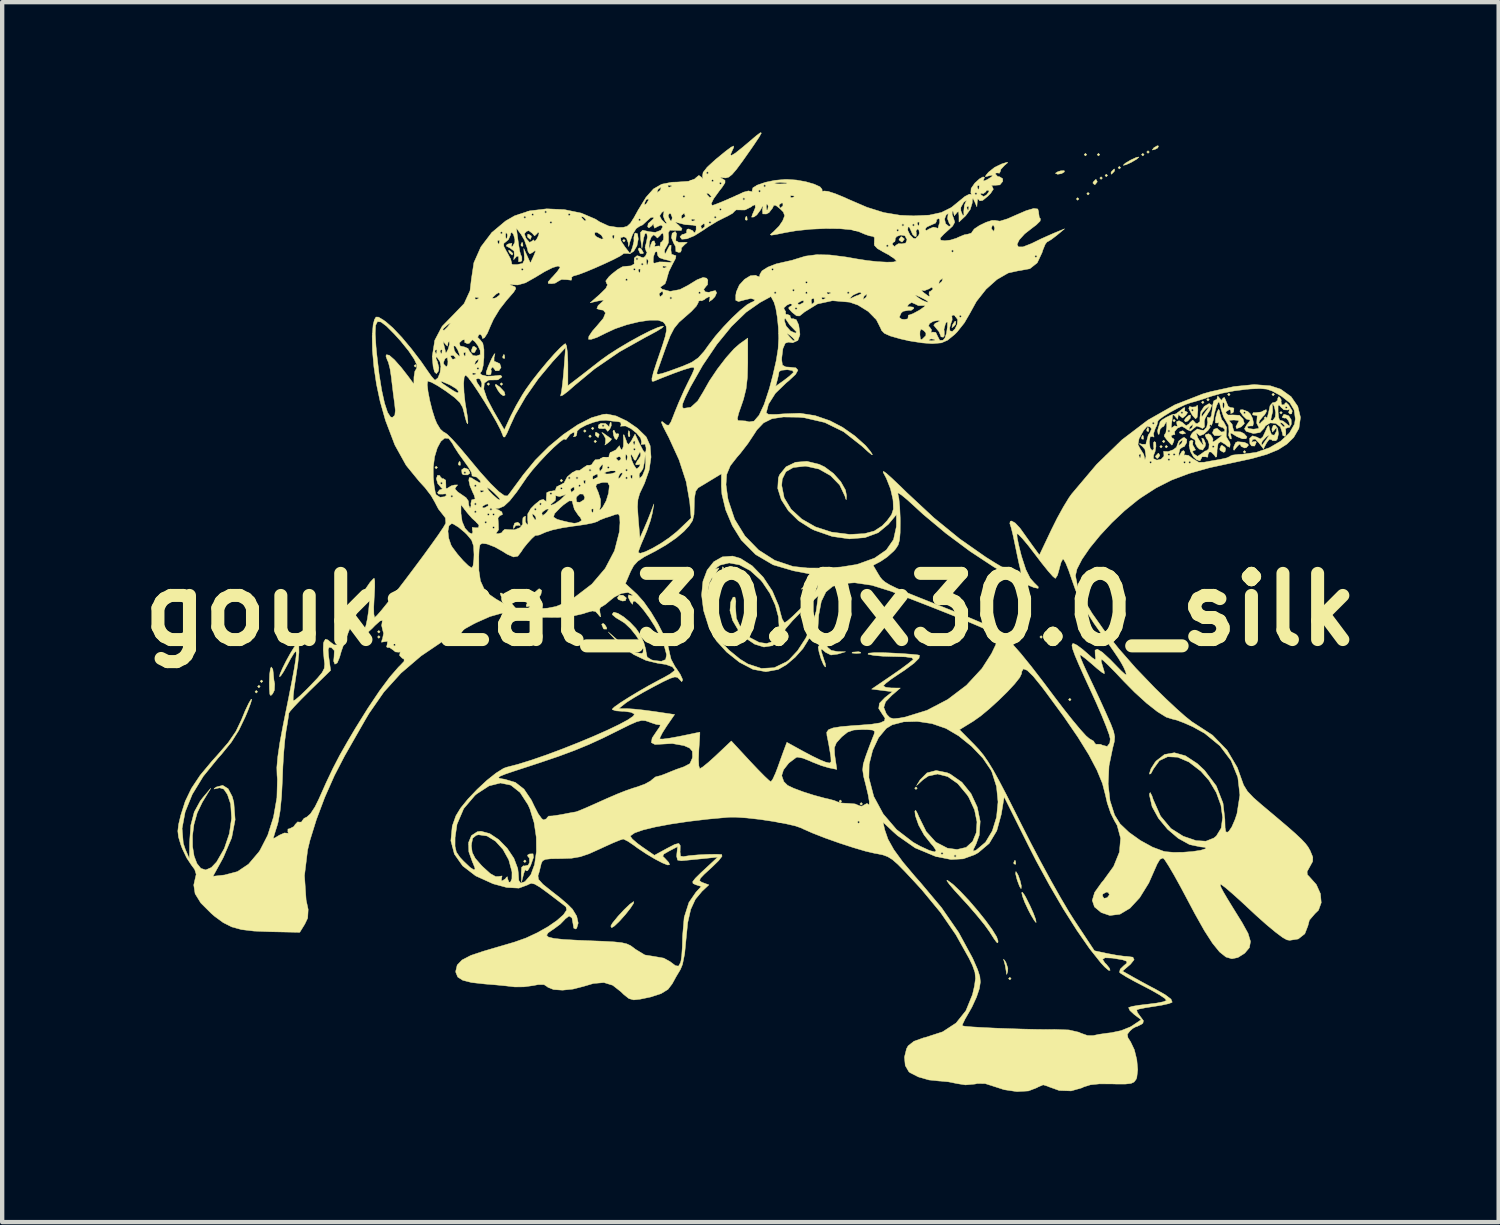
<source format=kicad_pcb>
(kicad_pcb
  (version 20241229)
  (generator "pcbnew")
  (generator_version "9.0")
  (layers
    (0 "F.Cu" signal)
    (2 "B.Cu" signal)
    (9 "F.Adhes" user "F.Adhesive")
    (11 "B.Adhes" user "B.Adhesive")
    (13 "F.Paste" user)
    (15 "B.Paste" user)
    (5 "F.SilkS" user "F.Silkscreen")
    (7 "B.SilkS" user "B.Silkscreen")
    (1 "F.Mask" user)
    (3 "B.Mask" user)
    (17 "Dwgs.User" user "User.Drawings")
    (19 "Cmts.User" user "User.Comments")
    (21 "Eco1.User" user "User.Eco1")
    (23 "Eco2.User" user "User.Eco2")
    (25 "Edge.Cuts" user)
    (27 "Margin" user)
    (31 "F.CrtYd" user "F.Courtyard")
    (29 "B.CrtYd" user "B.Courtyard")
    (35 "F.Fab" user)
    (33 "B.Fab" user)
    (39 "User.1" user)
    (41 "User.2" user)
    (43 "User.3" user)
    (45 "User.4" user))
  (footprint "goukazal_30.0x30.0_silk"
    (layer "F.Cu")
    (at 14.231 10.989)
    (property "Reference" "goukazal_30.0x30.0_silk" (at 0 0 0) (layer "F.SilkS") (effects (font (size 1.524 1.524) (thickness 0.3))))
    (attr through_hole)
    (fp_poly (pts (xy -11.349 1.891) (xy -11.379 1.922) (xy -11.409 1.891) (xy -11.379 1.861) (xy -11.349 1.891)) (stroke (width 0.01) (type solid)) (fill yes) (layer "F.SilkS"))
    (fp_poly (pts (xy -11.289 1.771) (xy -11.319 1.801) (xy -11.349 1.771) (xy -11.319 1.741) (xy -11.289 1.771)) (stroke (width 0.01) (type solid)) (fill yes) (layer "F.SilkS"))
    (fp_poly (pts (xy -11.229 1.651) (xy -11.259 1.681) (xy -11.289 1.651) (xy -11.259 1.621) (xy -11.229 1.651)) (stroke (width 0.01) (type solid)) (fill yes) (layer "F.SilkS"))
    (fp_poly (pts (xy -8.527 0.51) (xy -8.557 0.54) (xy -8.587 0.51) (xy -8.557 0.48) (xy -8.527 0.51)) (stroke (width 0.01) (type solid)) (fill yes) (layer "F.SilkS"))
    (fp_poly (pts (xy -8.527 0.63) (xy -8.557 0.661) (xy -8.587 0.63) (xy -8.557 0.6) (xy -8.527 0.63)) (stroke (width 0.01) (type solid)) (fill yes) (layer "F.SilkS"))
    (fp_poly (pts (xy -7.686 -5.614) (xy -7.716 -5.584) (xy -7.746 -5.614) (xy -7.716 -5.644) (xy -7.686 -5.614)) (stroke (width 0.01) (type solid)) (fill yes) (layer "F.SilkS"))
    (fp_poly (pts (xy -7.206 -3.273) (xy -7.236 -3.243) (xy -7.266 -3.273) (xy -7.236 -3.303) (xy -7.206 -3.273)) (stroke (width 0.01) (type solid)) (fill yes) (layer "F.SilkS"))
    (fp_poly (pts (xy -6.005 -5.194) (xy -6.035 -5.164) (xy -6.065 -5.194) (xy -6.035 -5.224) (xy -6.005 -5.194)) (stroke (width 0.01) (type solid)) (fill yes) (layer "F.SilkS"))
    (fp_poly (pts (xy -5.704 -5.194) (xy -5.735 -5.164) (xy -5.765 -5.194) (xy -5.735 -5.224) (xy -5.704 -5.194)) (stroke (width 0.01) (type solid)) (fill yes) (layer "F.SilkS"))
    (fp_poly (pts (xy -5.164 5.795) (xy -5.194 5.825) (xy -5.224 5.795) (xy -5.194 5.765) (xy -5.164 5.795)) (stroke (width 0.01) (type solid)) (fill yes) (layer "F.SilkS"))
    (fp_poly (pts (xy -4.323 -2.972) (xy -4.353 -2.942) (xy -4.383 -2.972) (xy -4.353 -3.002) (xy -4.323 -2.972)) (stroke (width 0.01) (type solid)) (fill yes) (layer "F.SilkS"))
    (fp_poly (pts (xy -3.783 -4.113) (xy -3.813 -4.083) (xy -3.843 -4.113) (xy -3.813 -4.143) (xy -3.783 -4.113)) (stroke (width 0.01) (type solid)) (fill yes) (layer "F.SilkS"))
    (fp_poly (pts (xy -3.663 -3.993) (xy -3.693 -3.963) (xy -3.723 -3.993) (xy -3.693 -4.023) (xy -3.663 -3.993)) (stroke (width 0.01) (type solid)) (fill yes) (layer "F.SilkS"))
    (fp_poly (pts (xy -3.603 -4.173) (xy -3.633 -4.143) (xy -3.663 -4.173) (xy -3.633 -4.203) (xy -3.603 -4.173)) (stroke (width 0.01) (type solid)) (fill yes) (layer "F.SilkS"))
    (fp_poly (pts (xy -3.543 -3.873) (xy -3.573 -3.843) (xy -3.603 -3.873) (xy -3.573 -3.903) (xy -3.543 -3.873)) (stroke (width 0.01) (type solid)) (fill yes) (layer "F.SilkS"))
    (fp_poly (pts (xy -2.882 -8.497) (xy -2.912 -8.467) (xy -2.942 -8.497) (xy -2.912 -8.527) (xy -2.882 -8.497)) (stroke (width 0.01) (type solid)) (fill yes) (layer "F.SilkS"))
    (fp_poly (pts (xy 2.102 4.413) (xy 2.072 4.443) (xy 2.042 4.413) (xy 2.072 4.383) (xy 2.102 4.413)) (stroke (width 0.01) (type solid)) (fill yes) (layer "F.SilkS"))
    (fp_poly (pts (xy 2.582 4.474) (xy 2.552 4.504) (xy 2.522 4.474) (xy 2.552 4.443) (xy 2.582 4.474)) (stroke (width 0.01) (type solid)) (fill yes) (layer "F.SilkS"))
    (fp_poly (pts (xy 3.843 4.113) (xy 3.813 4.143) (xy 3.783 4.113) (xy 3.813 4.083) (xy 3.843 4.113)) (stroke (width 0.01) (type solid)) (fill yes) (layer "F.SilkS"))
    (fp_poly (pts (xy 6.005 8.497) (xy 5.975 8.527) (xy 5.945 8.497) (xy 5.975 8.467) (xy 6.005 8.497)) (stroke (width 0.01) (type solid)) (fill yes) (layer "F.SilkS"))
    (fp_poly (pts (xy 6.725 0.63) (xy 6.695 0.661) (xy 6.665 0.63) (xy 6.695 0.6) (xy 6.725 0.63)) (stroke (width 0.01) (type solid)) (fill yes) (layer "F.SilkS"))
    (fp_poly (pts (xy 7.386 2.072) (xy 7.356 2.102) (xy 7.326 2.072) (xy 7.356 2.042) (xy 7.386 2.072)) (stroke (width 0.01) (type solid)) (fill yes) (layer "F.SilkS"))
    (fp_poly (pts (xy 7.566 -9.457) (xy 7.536 -9.427) (xy 7.506 -9.457) (xy 7.536 -9.487) (xy 7.566 -9.457)) (stroke (width 0.01) (type solid)) (fill yes) (layer "F.SilkS"))
    (fp_poly (pts (xy 7.746 -10.478) (xy 7.716 -10.448) (xy 7.686 -10.478) (xy 7.716 -10.508) (xy 7.746 -10.478)) (stroke (width 0.01) (type solid)) (fill yes) (layer "F.SilkS"))
    (fp_poly (pts (xy 7.806 -9.578) (xy 7.776 -9.548) (xy 7.746 -9.578) (xy 7.776 -9.608) (xy 7.806 -9.578)) (stroke (width 0.01) (type solid)) (fill yes) (layer "F.SilkS"))
    (fp_poly (pts (xy 8.046 -10.478) (xy 8.016 -10.448) (xy 7.986 -10.478) (xy 8.016 -10.508) (xy 8.046 -10.478)) (stroke (width 0.01) (type solid)) (fill yes) (layer "F.SilkS"))
    (fp_poly (pts (xy 8.106 -9.938) (xy 8.076 -9.908) (xy 8.046 -9.938) (xy 8.076 -9.968) (xy 8.106 -9.938)) (stroke (width 0.01) (type solid)) (fill yes) (layer "F.SilkS"))
    (fp_poly (pts (xy 8.226 -9.998) (xy 8.196 -9.968) (xy 8.166 -9.998) (xy 8.196 -10.028) (xy 8.226 -9.998)) (stroke (width 0.01) (type solid)) (fill yes) (layer "F.SilkS"))
    (fp_poly (pts (xy 8.527 -10.178) (xy 8.497 -10.148) (xy 8.467 -10.178) (xy 8.497 -10.208) (xy 8.527 -10.178)) (stroke (width 0.01) (type solid)) (fill yes) (layer "F.SilkS"))
    (fp_poly (pts (xy 9.067 -10.478) (xy 9.037 -10.448) (xy 9.007 -10.478) (xy 9.037 -10.508) (xy 9.067 -10.478)) (stroke (width 0.01) (type solid)) (fill yes) (layer "F.SilkS"))
    (fp_poly (pts (xy 9.187 -10.538) (xy 9.157 -10.508) (xy 9.127 -10.538) (xy 9.157 -10.568) (xy 9.187 -10.538)) (stroke (width 0.01) (type solid)) (fill yes) (layer "F.SilkS"))
    (fp_poly (pts (xy 9.487 -3.753) (xy 9.457 -3.723) (xy 9.427 -3.753) (xy 9.457 -3.783) (xy 9.487 -3.753)) (stroke (width 0.01) (type solid)) (fill yes) (layer "F.SilkS"))
    (fp_poly (pts (xy 9.548 -3.873) (xy 9.517 -3.843) (xy 9.487 -3.873) (xy 9.517 -3.903) (xy 9.548 -3.873)) (stroke (width 0.01) (type solid)) (fill yes) (layer "F.SilkS"))
    (fp_poly (pts (xy 9.608 -3.753) (xy 9.578 -3.723) (xy 9.548 -3.753) (xy 9.578 -3.783) (xy 9.608 -3.753)) (stroke (width 0.01) (type solid)) (fill yes) (layer "F.SilkS"))
    (fp_poly (pts (xy 9.788 -4.353) (xy 9.758 -4.323) (xy 9.728 -4.353) (xy 9.758 -4.383) (xy 9.788 -4.353)) (stroke (width 0.01) (type solid)) (fill yes) (layer "F.SilkS"))
    (fp_poly (pts (xy 10.448 -4.774) (xy 10.418 -4.744) (xy 10.388 -4.774) (xy 10.418 -4.804) (xy 10.448 -4.774)) (stroke (width 0.01) (type solid)) (fill yes) (layer "F.SilkS"))
    (fp_poly (pts (xy 10.568 -4.834) (xy 10.538 -4.804) (xy 10.508 -4.834) (xy 10.538 -4.864) (xy 10.568 -4.834)) (stroke (width 0.01) (type solid)) (fill yes) (layer "F.SilkS"))
    (fp_poly (pts (xy 11.049 -4.954) (xy 11.019 -4.924) (xy 10.989 -4.954) (xy 11.019 -4.984) (xy 11.049 -4.954)) (stroke (width 0.01) (type solid)) (fill yes) (layer "F.SilkS"))
    (fp_poly (pts (xy 11.409 -3.633) (xy 11.379 -3.603) (xy 11.349 -3.633) (xy 11.379 -3.663) (xy 11.409 -3.633)) (stroke (width 0.01) (type solid)) (fill yes) (layer "F.SilkS"))
    (fp_poly (pts (xy 11.889 -4.413) (xy 11.859 -4.383) (xy 11.829 -4.413) (xy 11.859 -4.443) (xy 11.889 -4.413)) (stroke (width 0.01) (type solid)) (fill yes) (layer "F.SilkS"))
    (fp_poly (pts (xy 12.07 -4.954) (xy 12.039 -4.924) (xy 12.009 -4.954) (xy 12.039 -4.984) (xy 12.07 -4.954)) (stroke (width 0.01) (type solid)) (fill yes) (layer "F.SilkS"))
    (fp_poly (pts (xy 12.25 -4.534) (xy 12.22 -4.504) (xy 12.19 -4.534) (xy 12.22 -4.564) (xy 12.25 -4.534)) (stroke (width 0.01) (type solid)) (fill yes) (layer "F.SilkS"))
    (fp_poly (pts (xy -6.685 -3.403) (xy -6.678 -3.331) (xy -6.685 -3.323) (xy -6.721 -3.331) (xy -6.725 -3.363) (xy -6.703 -3.412) (xy -6.685 -3.403)) (stroke (width 0.01) (type solid)) (fill yes) (layer "F.SilkS"))
    (fp_poly (pts (xy -5.664 -5.865) (xy -5.657 -5.793) (xy -5.664 -5.785) (xy -5.7 -5.793) (xy -5.704 -5.825) (xy -5.683 -5.874) (xy -5.664 -5.865)) (stroke (width 0.01) (type solid)) (fill yes) (layer "F.SilkS"))
    (fp_poly (pts (xy -5.244 -8.447) (xy -5.237 -8.375) (xy -5.244 -8.367) (xy -5.28 -8.375) (xy -5.284 -8.407) (xy -5.262 -8.456) (xy -5.244 -8.447)) (stroke (width 0.01) (type solid)) (fill yes) (layer "F.SilkS"))
    (fp_poly (pts (xy -2.781 -4.094) (xy -2.774 -4.001) (xy -2.786 -3.979) (xy -2.813 -3.997) (xy -2.817 -4.058) (xy -2.803 -4.122) (xy -2.781 -4.094)) (stroke (width 0.01) (type solid)) (fill yes) (layer "F.SilkS"))
    (fp_poly (pts (xy -0.621 -0.976) (xy -0.613 -0.853) (xy -0.621 -0.826) (xy -0.643 -0.818) (xy -0.651 -0.901) (xy -0.642 -0.986) (xy -0.621 -0.976)) (stroke (width 0.01) (type solid)) (fill yes) (layer "F.SilkS"))
    (fp_poly (pts (xy -0.08 -9.047) (xy -0.073 -8.976) (xy -0.08 -8.967) (xy -0.116 -8.975) (xy -0.12 -9.007) (xy -0.098 -9.057) (xy -0.08 -9.047)) (stroke (width 0.01) (type solid)) (fill yes) (layer "F.SilkS"))
    (fp_poly (pts (xy 6.105 5.785) (xy 6.112 5.856) (xy 6.105 5.865) (xy 6.069 5.856) (xy 6.065 5.825) (xy 6.087 5.775) (xy 6.105 5.785)) (stroke (width 0.01) (type solid)) (fill yes) (layer "F.SilkS"))
    (fp_poly (pts (xy 9.047 -4.003) (xy 9.054 -3.932) (xy 9.047 -3.923) (xy 9.011 -3.931) (xy 9.007 -3.963) (xy 9.029 -4.013) (xy 9.047 -4.003)) (stroke (width 0.01) (type solid)) (fill yes) (layer "F.SilkS"))
    (fp_poly (pts (xy 9.167 -4.183) (xy 9.174 -4.112) (xy 9.167 -4.103) (xy 9.132 -4.111) (xy 9.127 -4.143) (xy 9.149 -4.193) (xy 9.167 -4.183)) (stroke (width 0.01) (type solid)) (fill yes) (layer "F.SilkS"))
    (fp_poly (pts (xy -5.534 -8.262) (xy -5.469 -8.202) (xy -5.482 -8.167) (xy -5.491 -8.166) (xy -5.542 -8.209) (xy -5.56 -8.236) (xy -5.567 -8.277) (xy -5.534 -8.262)) (stroke (width 0.01) (type solid)) (fill yes) (layer "F.SilkS"))
    (fp_poly (pts (xy 4.725 -6.573) (xy 4.691 -6.529) (xy 4.641 -6.491) (xy 4.653 -6.551) (xy 4.658 -6.563) (xy 4.705 -6.636) (xy 4.732 -6.637) (xy 4.725 -6.573)) (stroke (width 0.01) (type solid)) (fill yes) (layer "F.SilkS"))
    (fp_poly (pts (xy 9.399 -10.677) (xy 9.381 -10.632) (xy 9.325 -10.602) (xy 9.255 -10.584) (xy 9.284 -10.628) (xy 9.291 -10.636) (xy 9.37 -10.683) (xy 9.399 -10.677)) (stroke (width 0.01) (type solid)) (fill yes) (layer "F.SilkS"))
    (fp_poly (pts (xy 9.972 -4.111) (xy 10.024 -4.061) (xy 9.963 -4.044) (xy 9.94 -4.043) (xy 9.88 -4.07) (xy 9.885 -4.094) (xy 9.954 -4.119) (xy 9.972 -4.111)) (stroke (width 0.01) (type solid)) (fill yes) (layer "F.SilkS"))
    (fp_poly (pts (xy 10.134 -4.412) (xy 10.073 -4.343) (xy 10.017 -4.323) (xy 9.993 -4.358) (xy 10.029 -4.415) (xy 10.103 -4.478) (xy 10.133 -4.479) (xy 10.134 -4.412)) (stroke (width 0.01) (type solid)) (fill yes) (layer "F.SilkS"))
    (fp_poly (pts (xy -6.307 -6.022) (xy -6.305 -6.008) (xy -6.349 -5.927) (xy -6.365 -5.915) (xy -6.416 -5.928) (xy -6.425 -5.971) (xy -6.394 -6.053) (xy -6.365 -6.065) (xy -6.307 -6.022)) (stroke (width 0.01) (type solid)) (fill yes) (layer "F.SilkS"))
    (fp_poly (pts (xy -5.046 -8.603) (xy -5.044 -8.587) (xy -5.064 -8.528) (xy -5.07 -8.527) (xy -5.122 -8.569) (xy -5.134 -8.587) (xy -5.129 -8.642) (xy -5.108 -8.647) (xy -5.046 -8.603)) (stroke (width 0.01) (type solid)) (fill yes) (layer "F.SilkS"))
    (fp_poly (pts (xy -3.485 -4.04) (xy -3.483 -4.023) (xy -3.503 -3.965) (xy -3.509 -3.963) (xy -3.56 -4.005) (xy -3.573 -4.023) (xy -3.568 -4.079) (xy -3.546 -4.083) (xy -3.485 -4.04)) (stroke (width 0.01) (type solid)) (fill yes) (layer "F.SilkS"))
    (fp_poly (pts (xy -3.352 0.347) (xy -3.306 0.424) (xy -3.312 0.449) (xy -3.374 0.447) (xy -3.383 0.44) (xy -3.422 0.348) (xy -3.423 0.338) (xy -3.392 0.316) (xy -3.352 0.347)) (stroke (width 0.01) (type solid)) (fill yes) (layer "F.SilkS"))
    (fp_poly (pts (xy -2.935 -0.331) (xy -2.863 -0.275) (xy -2.858 -0.264) (xy -2.879 -0.205) (xy -2.946 -0.197) (xy -3.042 -0.233) (xy -3.062 -0.273) (xy -3.021 -0.332) (xy -2.935 -0.331)) (stroke (width 0.01) (type solid)) (fill yes) (layer "F.SilkS"))
    (fp_poly (pts (xy -2.511 -8.3) (xy -2.465 -8.223) (xy -2.471 -8.197) (xy -2.534 -8.199) (xy -2.542 -8.206) (xy -2.582 -8.299) (xy -2.582 -8.309) (xy -2.552 -8.331) (xy -2.511 -8.3)) (stroke (width 0.01) (type solid)) (fill yes) (layer "F.SilkS"))
    (fp_poly (pts (xy -0.395 -0.981) (xy -0.429 -0.921) (xy -0.497 -0.852) (xy -0.518 -0.841) (xy -0.539 -0.889) (xy -0.54 -0.921) (xy -0.492 -0.992) (xy -0.451 -1.001) (xy -0.395 -0.981)) (stroke (width 0.01) (type solid)) (fill yes) (layer "F.SilkS"))
    (fp_poly (pts (xy 2.538 0.981) (xy 2.54 1.001) (xy 2.446 1.009) (xy 2.432 1.009) (xy 2.339 1) (xy 2.348 0.982) (xy 2.358 0.979) (xy 2.489 0.97) (xy 2.538 0.981)) (stroke (width 0.01) (type solid)) (fill yes) (layer "F.SilkS"))
    (fp_poly (pts (xy 3.541 -8.541) (xy 3.543 -8.527) (xy 3.497 -8.468) (xy 3.483 -8.467) (xy 3.424 -8.512) (xy 3.423 -8.527) (xy 3.468 -8.585) (xy 3.483 -8.587) (xy 3.541 -8.541)) (stroke (width 0.01) (type solid)) (fill yes) (layer "F.SilkS"))
    (fp_poly (pts (xy 7.232 -10.082) (xy 7.167 -10.041) (xy 7.076 -10.026) (xy 7.026 -10.048) (xy 7.026 -10.051) (xy 7.075 -10.082) (xy 7.146 -10.105) (xy 7.227 -10.109) (xy 7.232 -10.082)) (stroke (width 0.01) (type solid)) (fill yes) (layer "F.SilkS"))
    (fp_poly (pts (xy 7.986 -9.861) (xy 7.986 -9.848) (xy 7.94 -9.79) (xy 7.923 -9.788) (xy 7.887 -9.824) (xy 7.896 -9.848) (xy 7.95 -9.905) (xy 7.96 -9.908) (xy 7.986 -9.861)) (stroke (width 0.01) (type solid)) (fill yes) (layer "F.SilkS"))
    (fp_poly (pts (xy 8.388 -10.109) (xy 8.377 -10.088) (xy 8.32 -10.031) (xy 8.309 -10.028) (xy 8.305 -10.067) (xy 8.317 -10.088) (xy 8.373 -10.145) (xy 8.384 -10.148) (xy 8.388 -10.109)) (stroke (width 0.01) (type solid)) (fill yes) (layer "F.SilkS"))
    (fp_poly (pts (xy 9.427 -3.556) (xy 9.427 -3.543) (xy 9.381 -3.485) (xy 9.364 -3.483) (xy 9.328 -3.52) (xy 9.337 -3.543) (xy 9.391 -3.6) (xy 9.401 -3.603) (xy 9.427 -3.556)) (stroke (width 0.01) (type solid)) (fill yes) (layer "F.SilkS"))
    (fp_poly (pts (xy 10.929 -3.736) (xy 10.946 -3.703) (xy 10.929 -3.633) (xy 10.893 -3.623) (xy 10.817 -3.668) (xy 10.809 -3.703) (xy 10.841 -3.776) (xy 10.862 -3.783) (xy 10.929 -3.736)) (stroke (width 0.01) (type solid)) (fill yes) (layer "F.SilkS"))
    (fp_poly (pts (xy -5.775 -5.129) (xy -5.765 -5.12) (xy -5.667 -5.014) (xy -5.649 -4.942) (xy -5.69 -4.924) (xy -5.754 -4.969) (xy -5.81 -5.043) (xy -5.876 -5.163) (xy -5.864 -5.192) (xy -5.775 -5.129)) (stroke (width 0.01) (type solid)) (fill yes) (layer "F.SilkS"))
    (fp_poly (pts (xy -5.309 -1.973) (xy -5.301 -1.931) (xy -5.33 -1.943) (xy -5.405 -1.935) (xy -5.424 -1.907) (xy -5.452 -1.867) (xy -5.46 -1.903) (xy -5.429 -1.992) (xy -5.356 -2.012) (xy -5.309 -1.973)) (stroke (width 0.01) (type solid)) (fill yes) (layer "F.SilkS"))
    (fp_poly (pts (xy -2.599 -8.655) (xy -2.582 -8.535) (xy -2.612 -8.379) (xy -2.685 -8.255) (xy -2.768 -8.199) (xy -2.714 -8.347) (xy -2.681 -8.484) (xy -2.684 -8.566) (xy -2.667 -8.656) (xy -2.646 -8.674) (xy -2.599 -8.655)) (stroke (width 0.01) (type solid)) (fill yes) (layer "F.SilkS"))
    (fp_poly (pts (xy 5.855 8.078) (xy 5.884 8.123) (xy 5.929 8.258) (xy 5.926 8.333) (xy 5.903 8.403) (xy 5.893 8.357) (xy 5.892 8.336) (xy 5.867 8.19) (xy 5.85 8.126) (xy 5.829 8.05) (xy 5.855 8.078)) (stroke (width 0.01) (type solid)) (fill yes) (layer "F.SilkS"))
    (fp_poly (pts (xy -3.125 -4.117) (xy -3.122 -4.09) (xy -3.088 -4.044) (xy -3.063 -4.053) (xy -3.029 -4.043) (xy -3.039 -3.996) (xy -3.083 -3.912) (xy -3.122 -3.943) (xy -3.147 -4.002) (xy -3.165 -4.102) (xy -3.154 -4.132) (xy -3.125 -4.117)) (stroke (width 0.01) (type solid)) (fill yes) (layer "F.SilkS"))
    (fp_poly (pts (xy 6.123 6.041) (xy 6.169 6.121) (xy 6.212 6.244) (xy 6.239 6.36) (xy 6.236 6.423) (xy 6.231 6.425) (xy 6.199 6.374) (xy 6.151 6.247) (xy 6.138 6.206) (xy 6.107 6.081) (xy 6.113 6.034) (xy 6.123 6.041)) (stroke (width 0.01) (type solid)) (fill yes) (layer "F.SilkS"))
    (fp_poly (pts (xy -4.806 -0.442) (xy -4.825 -0.347) (xy -4.908 -0.226) (xy -4.943 -0.191) (xy -5.076 -0.084) (xy -5.151 -0.064) (xy -5.164 -0.096) (xy -5.129 -0.177) (xy -5.047 -0.296) (xy -4.951 -0.41) (xy -4.874 -0.476) (xy -4.86 -0.48) (xy -4.806 -0.442)) (stroke (width 0.01) (type solid)) (fill yes) (layer "F.SilkS"))
    (fp_poly (pts (xy -3.392 -4.068) (xy -3.333 -4.025) (xy -3.235 -3.955) (xy -3.196 -3.929) (xy -3.222 -3.89) (xy -3.283 -3.837) (xy -3.351 -3.79) (xy -3.341 -3.827) (xy -3.339 -3.831) (xy -3.334 -3.936) (xy -3.372 -4.011) (xy -3.422 -4.079) (xy -3.392 -4.068)) (stroke (width 0.01) (type solid)) (fill yes) (layer "F.SilkS"))
    (fp_poly (pts (xy 8.947 -10.421) (xy 8.9 -10.376) (xy 8.783 -10.307) (xy 8.767 -10.298) (xy 8.647 -10.244) (xy 8.588 -10.232) (xy 8.587 -10.235) (xy 8.634 -10.28) (xy 8.75 -10.349) (xy 8.767 -10.358) (xy 8.887 -10.413) (xy 8.946 -10.424) (xy 8.947 -10.421)) (stroke (width 0.01) (type solid)) (fill yes) (layer "F.SilkS"))
    (fp_poly (pts (xy -10.998 1.372) (xy -10.988 1.456) (xy -10.972 1.625) (xy -10.955 1.711) (xy -10.962 1.856) (xy -11.001 1.937) (xy -11.044 1.98) (xy -11.067 1.95) (xy -11.077 1.83) (xy -11.079 1.682) (xy -11.072 1.492) (xy -11.054 1.361) (xy -11.034 1.321) (xy -10.998 1.372)) (stroke (width 0.01) (type solid)) (fill yes) (layer "F.SilkS"))
    (fp_poly (pts (xy -2.692 6.767) (xy -2.763 6.875) (xy -2.882 7.026) (xy -3.02 7.18) (xy -3.134 7.288) (xy -3.195 7.326) (xy -3.215 7.288) (xy -3.178 7.221) (xy -3.048 7.062) (xy -2.906 6.909) (xy -2.78 6.788) (xy -2.696 6.728) (xy -2.685 6.725) (xy -2.692 6.767)) (stroke (width 0.01) (type solid)) (fill yes) (layer "F.SilkS"))
    (fp_poly (pts (xy 6.317 6.581) (xy 6.345 6.631) (xy 6.438 6.816) (xy 6.517 6.993) (xy 6.569 7.132) (xy 6.581 7.202) (xy 6.577 7.206) (xy 6.536 7.157) (xy 6.461 7.031) (xy 6.396 6.907) (xy 6.317 6.738) (xy 6.267 6.603) (xy 6.248 6.519) (xy 6.263 6.506) (xy 6.317 6.581)) (stroke (width 0.01) (type solid)) (fill yes) (layer "F.SilkS"))
    (fp_poly (pts (xy -6.505 -3.234) (xy -6.493 -3.222) (xy -6.456 -3.144) (xy -6.512 -3.102) (xy -6.611 -3.105) (xy -6.64 -3.13) (xy -6.643 -3.152) (xy -6.605 -3.152) (xy -6.575 -3.122) (xy -6.545 -3.152) (xy -6.575 -3.183) (xy -6.605 -3.152) (xy -6.643 -3.152) (xy -6.65 -3.219) (xy -6.589 -3.263) (xy -6.505 -3.234)) (stroke (width 0.01) (type solid)) (fill yes) (layer "F.SilkS"))
    (fp_poly (pts (xy 11.342 -3.856) (xy 11.379 -3.852) (xy 11.459 -3.811) (xy 11.469 -3.783) (xy 11.42 -3.73) (xy 11.379 -3.723) (xy 11.299 -3.761) (xy 11.289 -3.794) (xy 11.261 -3.809) (xy 11.203 -3.749) (xy 11.139 -3.669) (xy 11.125 -3.686) (xy 11.133 -3.753) (xy 11.176 -3.848) (xy 11.22 -3.867) (xy 11.342 -3.856)) (stroke (width 0.01) (type solid)) (fill yes) (layer "F.SilkS"))
    (fp_poly (pts (xy -1.7 -8.66) (xy -1.711 -8.587) (xy -1.718 -8.495) (xy -1.647 -8.457) (xy -1.501 -8.461) (xy -1.454 -8.454) (xy -1.514 -8.407) (xy -1.517 -8.404) (xy -1.589 -8.329) (xy -1.589 -8.283) (xy -1.605 -8.235) (xy -1.651 -8.226) (xy -1.719 -8.251) (xy -1.717 -8.278) (xy -1.723 -8.36) (xy -1.767 -8.44) (xy -1.818 -8.564) (xy -1.801 -8.668) (xy -1.731 -8.707) (xy -1.7 -8.66)) (stroke (width 0.01) (type solid)) (fill yes) (layer "F.SilkS"))
    (fp_poly (pts (xy 10.3 -4.701) (xy 10.305 -4.604) (xy 10.304 -4.579) (xy 10.289 -4.429) (xy 10.252 -4.394) (xy 10.184 -4.469) (xy 10.162 -4.503) (xy 10.115 -4.594) (xy 10.148 -4.594) (xy 10.178 -4.564) (xy 10.208 -4.594) (xy 10.178 -4.624) (xy 10.148 -4.594) (xy 10.115 -4.594) (xy 10.096 -4.631) (xy 10.111 -4.677) (xy 10.174 -4.663) (xy 10.263 -4.672) (xy 10.285 -4.702) (xy 10.3 -4.701)) (stroke (width 0.01) (type solid)) (fill yes) (layer "F.SilkS"))
    (fp_poly (pts (xy 4.666 6.328) (xy 4.838 6.492) (xy 5.033 6.699) (xy 5.231 6.929) (xy 5.416 7.16) (xy 5.568 7.369) (xy 5.671 7.536) (xy 5.704 7.633) (xy 5.698 7.675) (xy 5.669 7.659) (xy 5.604 7.569) (xy 5.505 7.414) (xy 5.391 7.256) (xy 5.219 7.045) (xy 5.017 6.811) (xy 4.874 6.655) (xy 4.704 6.469) (xy 4.583 6.327) (xy 4.523 6.243) (xy 4.534 6.231) (xy 4.666 6.328)) (stroke (width 0.01) (type solid)) (fill yes) (layer "F.SilkS"))
    (fp_poly (pts (xy -4.995 5.706) (xy -5.056 5.879) (xy -5.072 5.915) (xy -5.129 6.012) (xy -5.164 6.016) (xy -5.166 6.005) (xy -5.186 5.991) (xy -5.219 6.075) (xy -5.224 6.095) (xy -5.27 6.275) (xy -5.277 6.073) (xy -5.269 5.936) (xy -5.225 5.898) (xy -5.2 5.904) (xy -5.118 5.884) (xy -5.086 5.823) (xy -5.09 5.721) (xy -5.122 5.688) (xy -5.133 5.654) (xy -5.086 5.627) (xy -5.005 5.624) (xy -4.995 5.706)) (stroke (width 0.01) (type solid)) (fill yes) (layer "F.SilkS"))
    (fp_poly (pts (xy -5.892 -5.844) (xy -5.903 -5.81) (xy -5.903 -5.721) (xy -5.859 -5.704) (xy -5.772 -5.664) (xy -5.742 -5.579) (xy -5.786 -5.507) (xy -5.798 -5.501) (xy -5.873 -5.502) (xy -5.885 -5.526) (xy -5.93 -5.583) (xy -5.943 -5.584) (xy -5.976 -5.54) (xy -5.966 -5.494) (xy -5.976 -5.417) (xy -6.025 -5.404) (xy -6.08 -5.416) (xy -6.084 -5.47) (xy -6.038 -5.599) (xy -6.025 -5.629) (xy -5.961 -5.773) (xy -5.909 -5.868) (xy -5.882 -5.898) (xy -5.892 -5.844)) (stroke (width 0.01) (type solid)) (fill yes) (layer "F.SilkS"))
    (fp_poly (pts (xy -3.207 -4.308) (xy -3.204 -4.235) (xy -3.235 -4.163) (xy -3.285 -4.105) (xy -3.301 -4.126) (xy -3.345 -4.174) (xy -3.387 -4.167) (xy -3.482 -4.171) (xy -3.506 -4.193) (xy -3.497 -4.233) (xy -3.423 -4.233) (xy -3.393 -4.203) (xy -3.363 -4.233) (xy -3.393 -4.263) (xy -3.423 -4.233) (xy -3.497 -4.233) (xy -3.491 -4.259) (xy -3.442 -4.289) (xy -3.334 -4.285) (xy -3.293 -4.25) (xy -3.252 -4.207) (xy -3.243 -4.258) (xy -3.224 -4.315) (xy -3.207 -4.308)) (stroke (width 0.01) (type solid)) (fill yes) (layer "F.SilkS"))
    (fp_poly (pts (xy 1.768 0.847) (xy 1.78 0.871) (xy 1.861 0.938) (xy 2.003 0.966) (xy 2.192 0.971) (xy 2.014 1.024) (xy 1.855 1.045) (xy 1.732 0.984) (xy 1.721 0.974) (xy 1.64 0.907) (xy 1.627 0.934) (xy 1.652 1.021) (xy 1.698 1.165) (xy 1.726 1.246) (xy 1.734 1.314) (xy 1.724 1.321) (xy 1.685 1.271) (xy 1.633 1.148) (xy 1.627 1.132) (xy 1.581 0.977) (xy 1.561 0.864) (xy 1.561 0.862) (xy 1.602 0.793) (xy 1.689 0.789) (xy 1.768 0.847)) (stroke (width 0.01) (type solid)) (fill yes) (layer "F.SilkS"))
    (fp_poly (pts (xy 12.143 -4.175) (xy 12.161 -4.049) (xy 12.136 -3.93) (xy 12.104 -3.891) (xy 12.023 -3.892) (xy 12.002 -3.914) (xy 11.949 -3.922) (xy 11.888 -3.841) (xy 11.815 -3.703) (xy 11.722 -3.826) (xy 11.769 -3.826) (xy 11.781 -3.783) (xy 11.786 -3.788) (xy 11.831 -3.851) (xy 11.891 -3.933) (xy 11.948 -4.015) (xy 11.927 -4.011) (xy 11.874 -3.971) (xy 11.79 -3.879) (xy 11.769 -3.826) (xy 11.722 -3.826) (xy 11.71 -3.841) (xy 11.626 -3.929) (xy 11.569 -3.917) (xy 11.558 -3.902) (xy 11.544 -3.853) (xy 11.58 -3.867) (xy 11.642 -3.873) (xy 11.649 -3.85) (xy 11.613 -3.767) (xy 11.541 -3.77) (xy 11.503 -3.823) (xy 11.497 -3.943) (xy 11.564 -4.002) (xy 11.669 -3.971) (xy 11.677 -3.965) (xy 11.745 -3.93) (xy 11.8 -3.977) (xy 11.853 -4.089) (xy 11.909 -4.215) (xy 11.938 -4.238) (xy 11.955 -4.165) (xy 11.959 -4.141) (xy 12.002 -4.028) (xy 12.066 -4.016) (xy 12.115 -4.11) (xy 12.118 -4.125) (xy 12.122 -4.196) (xy 12.083 -4.157) (xy 12.074 -4.143) (xy 12.024 -4.089) (xy 12.011 -4.146) (xy 12.01 -4.163) (xy 12.042 -4.243) (xy 12.085 -4.248) (xy 12.143 -4.175)) (stroke (width 0.01) (type solid)) (fill yes) (layer "F.SilkS"))
    (fp_poly (pts (xy 10.806 -4.571) (xy 10.809 -4.521) (xy 10.852 -4.381) (xy 10.902 -4.32) (xy 10.969 -4.194) (xy 10.962 -4.106) (xy 10.958 -3.986) (xy 10.988 -3.933) (xy 11.042 -3.847) (xy 11.049 -3.8) (xy 11.039 -3.738) (xy 10.989 -3.76) (xy 10.939 -3.804) (xy 10.834 -3.868) (xy 10.772 -3.827) (xy 10.747 -3.675) (xy 10.747 -3.638) (xy 10.74 -3.521) (xy 10.715 -3.511) (xy 10.683 -3.559) (xy 10.61 -3.63) (xy 10.564 -3.63) (xy 10.533 -3.558) (xy 10.54 -3.539) (xy 10.527 -3.509) (xy 10.481 -3.52) (xy 10.402 -3.519) (xy 10.388 -3.489) (xy 10.355 -3.427) (xy 10.273 -3.453) (xy 10.203 -3.519) (xy 10.134 -3.642) (xy 10.103 -3.775) (xy 10.115 -3.875) (xy 10.156 -3.903) (xy 10.198 -3.88) (xy 10.189 -3.864) (xy 10.187 -3.791) (xy 10.216 -3.743) (xy 10.252 -3.676) (xy 10.213 -3.663) (xy 10.178 -3.639) (xy 10.219 -3.582) (xy 10.296 -3.531) (xy 10.375 -3.581) (xy 10.376 -3.582) (xy 10.471 -3.651) (xy 10.513 -3.663) (xy 10.558 -3.71) (xy 10.561 -3.753) (xy 10.628 -3.753) (xy 10.658 -3.723) (xy 10.688 -3.753) (xy 10.658 -3.783) (xy 10.628 -3.753) (xy 10.561 -3.753) (xy 10.565 -3.811) (xy 10.533 -3.907) (xy 10.507 -3.934) (xy 10.474 -4.007) (xy 10.483 -4.03) (xy 10.552 -4.05) (xy 10.603 -4.019) (xy 10.655 -3.929) (xy 10.646 -3.881) (xy 10.654 -3.859) (xy 10.722 -3.901) (xy 10.839 -3.992) (xy 10.868 -4.025) (xy 10.819 -4.014) (xy 10.795 -4.005) (xy 10.689 -4.006) (xy 10.64 -4.07) (xy 10.675 -4.154) (xy 10.748 -4.177) (xy 10.775 -4.148) (xy 10.849 -4.089) (xy 10.915 -4.102) (xy 10.929 -4.143) (xy 10.88 -4.196) (xy 10.835 -4.203) (xy 10.774 -4.235) (xy 10.784 -4.273) (xy 10.791 -4.314) (xy 10.756 -4.298) (xy 10.709 -4.3) (xy 10.711 -4.402) (xy 10.714 -4.416) (xy 10.75 -4.557) (xy 10.784 -4.613) (xy 10.806 -4.571)) (stroke (width 0.01) (type solid)) (fill yes) (layer "F.SilkS"))
    (fp_poly (pts (xy 10.802 -4.872) (xy 10.851 -4.82) (xy 10.884 -4.872) (xy 10.917 -4.887) (xy 10.956 -4.795) (xy 10.958 -4.789) (xy 11.004 -4.681) (xy 11.051 -4.655) (xy 11.123 -4.645) (xy 11.136 -4.629) (xy 11.127 -4.552) (xy 11.1 -4.528) (xy 11.057 -4.52) (xy 11.067 -4.544) (xy 11.056 -4.598) (xy 11.026 -4.604) (xy 10.955 -4.559) (xy 10.949 -4.53) (xy 11 -4.481) (xy 11.115 -4.483) (xy 11.262 -4.475) (xy 11.346 -4.389) (xy 11.376 -4.284) (xy 11.307 -4.213) (xy 11.289 -4.203) (xy 11.198 -4.168) (xy 11.182 -4.208) (xy 11.183 -4.216) (xy 11.233 -4.315) (xy 11.25 -4.331) (xy 11.237 -4.357) (xy 11.134 -4.367) (xy 11.13 -4.367) (xy 11.033 -4.359) (xy 11.03 -4.341) (xy 11.034 -4.34) (xy 11.095 -4.266) (xy 11.109 -4.192) (xy 11.138 -4.103) (xy 11.186 -4.1) (xy 11.293 -4.092) (xy 11.37 -4.052) (xy 11.437 -3.977) (xy 11.414 -3.935) (xy 11.329 -3.934) (xy 11.207 -3.983) (xy 11.187 -3.995) (xy 11.081 -4.06) (xy 11.051 -4.057) (xy 11.069 -3.997) (xy 11.077 -3.929) (xy 11.046 -3.935) (xy 11.011 -4.015) (xy 11.022 -4.093) (xy 11.014 -4.239) (xy 10.971 -4.313) (xy 10.897 -4.44) (xy 10.84 -4.613) (xy 10.837 -4.624) (xy 10.815 -4.719) (xy 10.873 -4.719) (xy 10.884 -4.641) (xy 10.905 -4.64) (xy 10.919 -4.72) (xy 10.91 -4.755) (xy 10.883 -4.778) (xy 10.873 -4.719) (xy 10.815 -4.719) (xy 10.806 -4.758) (xy 10.781 -4.786) (xy 10.746 -4.716) (xy 10.733 -4.684) (xy 10.681 -4.5) (xy 10.662 -4.371) (xy 10.623 -4.248) (xy 10.619 -4.243) (xy 10.598 -4.263) (xy 10.568 -4.233) (xy 10.594 -4.207) (xy 10.54 -4.129) (xy 10.44 -4.039) (xy 10.352 -4.006) (xy 10.308 -4.038) (xy 10.279 -4.071) (xy 10.273 -4.05) (xy 10.303 -3.957) (xy 10.358 -3.87) (xy 10.423 -3.789) (xy 10.431 -3.805) (xy 10.41 -3.873) (xy 10.394 -3.952) (xy 10.437 -3.932) (xy 10.441 -3.928) (xy 10.483 -3.823) (xy 10.474 -3.763) (xy 10.415 -3.675) (xy 10.337 -3.698) (xy 10.287 -3.749) (xy 10.243 -3.834) (xy 10.25 -3.865) (xy 10.236 -3.912) (xy 10.191 -3.936) (xy 10.13 -3.974) (xy 10.153 -4.035) (xy 10.194 -4.086) (xy 10.292 -4.16) (xy 10.365 -4.137) (xy 10.442 -4.129) (xy 10.507 -4.2) (xy 10.533 -4.312) (xy 10.522 -4.377) (xy 10.525 -4.431) (xy 10.551 -4.424) (xy 10.591 -4.417) (xy 10.617 -4.472) (xy 10.637 -4.613) (xy 10.646 -4.708) (xy 10.671 -4.807) (xy 10.703 -4.825) (xy 10.745 -4.844) (xy 10.749 -4.875) (xy 10.762 -4.921) (xy 10.802 -4.872)) (stroke (width 0.01) (type solid)) (fill yes) (layer "F.SilkS"))
    (fp_poly (pts (xy 10.625 -4.706) (xy 10.584 -4.593) (xy 10.537 -4.52) (xy 10.472 -4.406) (xy 10.454 -4.342) (xy 10.458 -4.207) (xy 10.412 -4.171) (xy 10.366 -4.197) (xy 10.279 -4.229) (xy 10.207 -4.173) (xy 10.135 -4.112) (xy 10.058 -4.146) (xy 10.057 -4.147) (xy 10.103 -4.147) (xy 10.111 -4.143) (xy 10.166 -4.186) (xy 10.178 -4.203) (xy 10.193 -4.259) (xy 10.185 -4.263) (xy 10.13 -4.221) (xy 10.118 -4.203) (xy 10.103 -4.147) (xy 10.057 -4.147) (xy 10.034 -4.167) (xy 9.937 -4.223) (xy 9.836 -4.179) (xy 9.834 -4.178) (xy 9.769 -4.1) (xy 9.774 -4.057) (xy 9.777 -4.029) (xy 9.758 -4.033) (xy 9.694 -4.01) (xy 9.689 -3.993) (xy 9.717 -3.946) (xy 9.732 -3.947) (xy 9.759 -3.916) (xy 9.749 -3.872) (xy 9.715 -3.797) (xy 9.706 -3.788) (xy 9.664 -3.83) (xy 9.593 -3.908) (xy 9.531 -3.992) (xy 9.535 -4.023) (xy 9.569 -4.076) (xy 9.574 -4.113) (xy 9.608 -4.113) (xy 9.638 -4.083) (xy 9.668 -4.113) (xy 9.638 -4.143) (xy 9.608 -4.113) (xy 9.574 -4.113) (xy 9.588 -4.204) (xy 9.589 -4.218) (xy 9.586 -4.32) (xy 9.572 -4.323) (xy 9.567 -4.308) (xy 9.517 -4.219) (xy 9.483 -4.203) (xy 9.435 -4.154) (xy 9.427 -4.103) (xy 9.41 -4.036) (xy 9.39 -4.041) (xy 9.377 -4.121) (xy 9.394 -4.186) (xy 9.428 -4.29) (xy 9.435 -4.323) (xy 9.478 -4.367) (xy 9.579 -4.429) (xy 9.689 -4.482) (xy 9.76 -4.502) (xy 9.766 -4.498) (xy 9.811 -4.515) (xy 9.835 -4.534) (xy 9.908 -4.534) (xy 9.938 -4.504) (xy 9.968 -4.534) (xy 9.938 -4.564) (xy 9.908 -4.534) (xy 9.835 -4.534) (xy 9.908 -4.59) (xy 9.912 -4.594) (xy 9.992 -4.655) (xy 10.008 -4.645) (xy 10.005 -4.639) (xy 10.002 -4.573) (xy 10.032 -4.564) (xy 10.069 -4.539) (xy 10.026 -4.471) (xy 9.954 -4.412) (xy 9.899 -4.456) (xy 9.858 -4.498) (xy 9.848 -4.443) (xy 9.838 -4.384) (xy 9.797 -4.429) (xy 9.788 -4.443) (xy 9.738 -4.492) (xy 9.724 -4.474) (xy 9.712 -4.371) (xy 9.697 -4.263) (xy 9.691 -4.179) (xy 9.707 -4.189) (xy 9.771 -4.234) (xy 9.802 -4.224) (xy 9.838 -4.223) (xy 9.826 -4.25) (xy 9.814 -4.326) (xy 9.872 -4.35) (xy 9.955 -4.307) (xy 9.969 -4.292) (xy 10.036 -4.235) (xy 10.099 -4.276) (xy 10.124 -4.308) (xy 10.186 -4.365) (xy 10.206 -4.348) (xy 10.256 -4.29) (xy 10.292 -4.283) (xy 10.353 -4.331) (xy 10.352 -4.419) (xy 10.361 -4.486) (xy 10.388 -4.486) (xy 10.4 -4.444) (xy 10.405 -4.449) (xy 10.45 -4.511) (xy 10.51 -4.594) (xy 10.567 -4.675) (xy 10.546 -4.671) (xy 10.493 -4.631) (xy 10.409 -4.54) (xy 10.388 -4.486) (xy 10.361 -4.486) (xy 10.371 -4.556) (xy 10.452 -4.681) (xy 10.56 -4.743) (xy 10.573 -4.744) (xy 10.625 -4.706)) (stroke (width 0.01) (type solid)) (fill yes) (layer "F.SilkS"))
    (fp_poly (pts (xy 12.189 -4.894) (xy 12.227 -4.825) (xy 12.22 -4.804) (xy 12.23 -4.73) (xy 12.249 -4.714) (xy 12.304 -4.723) (xy 12.31 -4.752) (xy 12.338 -4.769) (xy 12.398 -4.71) (xy 12.479 -4.575) (xy 12.464 -4.51) (xy 12.426 -4.504) (xy 12.393 -4.541) (xy 12.405 -4.573) (xy 12.413 -4.614) (xy 12.375 -4.597) (xy 12.285 -4.602) (xy 12.229 -4.654) (xy 12.31 -4.654) (xy 12.34 -4.624) (xy 12.37 -4.654) (xy 12.34 -4.684) (xy 12.31 -4.654) (xy 12.229 -4.654) (xy 12.223 -4.659) (xy 12.172 -4.716) (xy 12.152 -4.686) (xy 12.152 -4.552) (xy 12.152 -4.551) (xy 12.167 -4.417) (xy 12.193 -4.359) (xy 12.2 -4.36) (xy 12.268 -4.343) (xy 12.335 -4.29) (xy 12.412 -4.225) (xy 12.424 -4.257) (xy 12.393 -4.348) (xy 12.337 -4.413) (xy 12.303 -4.41) (xy 12.253 -4.421) (xy 12.25 -4.44) (xy 12.287 -4.499) (xy 12.385 -4.469) (xy 12.402 -4.458) (xy 12.454 -4.374) (xy 12.457 -4.27) (xy 12.417 -4.198) (xy 12.377 -4.191) (xy 12.322 -4.169) (xy 12.33 -4.118) (xy 12.33 -4.02) (xy 12.307 -3.992) (xy 12.261 -4.01) (xy 12.25 -4.072) (xy 12.205 -4.21) (xy 12.099 -4.289) (xy 11.971 -4.3) (xy 11.862 -4.233) (xy 11.83 -4.176) (xy 11.738 -4.08) (xy 11.587 -4.054) (xy 11.424 -4.104) (xy 11.417 -4.108) (xy 11.379 -4.165) (xy 11.431 -4.257) (xy 11.45 -4.28) (xy 11.509 -4.357) (xy 11.5 -4.37) (xy 11.499 -4.37) (xy 11.424 -4.387) (xy 11.339 -4.47) (xy 11.295 -4.534) (xy 11.349 -4.534) (xy 11.379 -4.504) (xy 11.409 -4.534) (xy 11.379 -4.564) (xy 11.349 -4.534) (xy 11.295 -4.534) (xy 11.273 -4.566) (xy 11.284 -4.6) (xy 11.339 -4.604) (xy 11.457 -4.56) (xy 11.512 -4.509) (xy 11.565 -4.404) (xy 11.586 -4.298) (xy 11.571 -4.23) (xy 11.533 -4.231) (xy 11.456 -4.224) (xy 11.442 -4.208) (xy 11.468 -4.171) (xy 11.58 -4.156) (xy 11.592 -4.156) (xy 11.7 -4.171) (xy 11.71 -4.202) (xy 11.704 -4.206) (xy 11.66 -4.293) (xy 11.665 -4.377) (xy 11.672 -4.463) (xy 11.648 -4.473) (xy 11.575 -4.482) (xy 11.563 -4.497) (xy 11.58 -4.536) (xy 11.634 -4.536) (xy 11.766 -4.552) (xy 11.814 -4.579) (xy 11.879 -4.607) (xy 11.887 -4.565) (xy 11.844 -4.488) (xy 11.799 -4.443) (xy 11.724 -4.349) (xy 11.71 -4.301) (xy 11.733 -4.278) (xy 11.756 -4.306) (xy 12.199 -4.306) (xy 12.214 -4.273) (xy 12.274 -4.208) (xy 12.309 -4.221) (xy 12.31 -4.23) (xy 12.267 -4.281) (xy 12.24 -4.299) (xy 12.199 -4.306) (xy 11.756 -4.306) (xy 11.762 -4.314) (xy 11.818 -4.366) (xy 11.982 -4.366) (xy 12.029 -4.358) (xy 12.033 -4.359) (xy 12.087 -4.435) (xy 12.096 -4.542) (xy 12.067 -4.673) (xy 12.036 -4.734) (xy 12.014 -4.725) (xy 12.023 -4.684) (xy 12.027 -4.558) (xy 12.003 -4.461) (xy 11.982 -4.366) (xy 11.818 -4.366) (xy 11.834 -4.381) (xy 11.863 -4.387) (xy 11.906 -4.434) (xy 11.935 -4.546) (xy 11.968 -4.699) (xy 12.025 -4.764) (xy 12.09 -4.776) (xy 12.144 -4.824) (xy 12.143 -4.856) (xy 12.162 -4.903) (xy 12.189 -4.894)) (stroke (width 0.01) (type solid)) (fill yes) (layer "F.SilkS"))
    (fp_poly (pts (xy 0.253 -10.976) (xy 0.201 -10.882) (xy 0.078 -10.698) (xy 0.009 -10.598) (xy -0.183 -10.325) (xy -0.322 -10.137) (xy -0.423 -10.02) (xy -0.499 -9.96) (xy -0.565 -9.941) (xy -0.618 -9.945) (xy -0.701 -9.957) (xy -0.673 -9.936) (xy -0.642 -9.922) (xy -0.584 -9.885) (xy -0.585 -9.828) (xy -0.652 -9.725) (xy -0.717 -9.642) (xy -0.846 -9.464) (xy -0.902 -9.348) (xy -0.878 -9.307) (xy -0.878 -9.307) (xy -0.81 -9.33) (xy -0.67 -9.385) (xy -0.5 -9.457) (xy -0.18 -9.457) (xy -0.15 -9.427) (xy -0.12 -9.457) (xy -0.15 -9.487) (xy -0.18 -9.457) (xy -0.5 -9.457) (xy -0.496 -9.459) (xy -0.341 -9.528) (xy 0.921 -9.528) (xy 0.929 -9.492) (xy 0.961 -9.487) (xy 1.01 -9.509) (xy 1.001 -9.528) (xy 0.93 -9.535) (xy 0.921 -9.528) (xy -0.341 -9.528) (xy -0.324 -9.535) (xy -0.194 -9.596) (xy -0.163 -9.612) (xy -0.045 -9.643) (xy 0.012 -9.63) (xy 0.051 -9.626) (xy 0.046 -9.638) (xy 0.18 -9.638) (xy 0.21 -9.608) (xy 0.24 -9.638) (xy 0.21 -9.668) (xy 0.18 -9.638) (xy 0.046 -9.638) (xy 0.04 -9.652) (xy 0.058 -9.715) (xy 0.13 -9.758) (xy 0.3 -9.758) (xy 0.33 -9.728) (xy 0.36 -9.758) (xy 0.33 -9.788) (xy 0.3 -9.758) (xy 0.13 -9.758) (xy 0.17 -9.781) (xy 0.269 -9.814) (xy 0.553 -9.814) (xy 0.625 -9.804) (xy 0.691 -9.803) (xy 0.814 -9.808) (xy 0.846 -9.821) (xy 0.826 -9.829) (xy 0.682 -9.84) (xy 0.586 -9.83) (xy 0.553 -9.814) (xy 0.269 -9.814) (xy 0.347 -9.841) (xy 0.564 -9.886) (xy 0.793 -9.907) (xy 0.841 -9.908) (xy 1.059 -9.893) (xy 1.277 -9.854) (xy 1.467 -9.799) (xy 1.602 -9.738) (xy 1.652 -9.678) (xy 1.648 -9.662) (xy 1.661 -9.632) (xy 1.699 -9.641) (xy 1.789 -9.632) (xy 1.956 -9.578) (xy 2.168 -9.491) (xy 2.247 -9.454) (xy 2.686 -9.265) (xy 3.073 -9.144) (xy 3.446 -9.082) (xy 3.759 -9.068) (xy 4.12 -9.085) (xy 4.399 -9.146) (xy 4.628 -9.26) (xy 4.629 -9.261) (xy 4.845 -9.261) (xy 4.847 -9.185) (xy 4.888 -9.084) (xy 4.917 -9.082) (xy 4.914 -9.172) (xy 4.922 -9.247) (xy 4.984 -9.247) (xy 5.006 -9.198) (xy 5.024 -9.207) (xy 5.031 -9.279) (xy 5.024 -9.287) (xy 4.988 -9.279) (xy 4.984 -9.247) (xy 4.922 -9.247) (xy 4.929 -9.315) (xy 4.952 -9.367) (xy 4.981 -9.426) (xy 4.935 -9.398) (xy 4.912 -9.38) (xy 4.845 -9.261) (xy 4.629 -9.261) (xy 4.808 -9.407) (xy 4.94 -9.515) (xy 5.041 -9.567) (xy 5.072 -9.564) (xy 5.094 -9.562) (xy 5.087 -9.578) (xy 5.164 -9.578) (xy 5.194 -9.548) (xy 5.224 -9.578) (xy 5.213 -9.589) (xy 5.294 -9.589) (xy 5.31 -9.554) (xy 5.369 -9.512) (xy 5.441 -9.553) (xy 5.495 -9.628) (xy 5.488 -9.661) (xy 5.436 -9.651) (xy 5.421 -9.622) (xy 5.36 -9.577) (xy 5.33 -9.586) (xy 5.294 -9.589) (xy 5.213 -9.589) (xy 5.194 -9.608) (xy 5.164 -9.578) (xy 5.087 -9.578) (xy 5.077 -9.597) (xy 5.083 -9.699) (xy 5.103 -9.728) (xy 5.224 -9.728) (xy 5.246 -9.678) (xy 5.264 -9.688) (xy 5.271 -9.759) (xy 5.264 -9.768) (xy 5.228 -9.759) (xy 5.224 -9.728) (xy 5.103 -9.728) (xy 5.168 -9.822) (xy 5.275 -9.919) (xy 5.358 -9.966) (xy 5.392 -9.954) (xy 5.371 -9.902) (xy 5.37 -9.868) (xy 5.457 -9.904) (xy 5.562 -9.972) (xy 5.575 -10.006) (xy 5.493 -9.991) (xy 5.479 -9.986) (xy 5.413 -9.968) (xy 5.425 -10.003) (xy 5.485 -10.074) (xy 5.624 -10.185) (xy 5.785 -10.263) (xy 5.907 -10.301) (xy 5.927 -10.294) (xy 5.858 -10.236) (xy 5.855 -10.233) (xy 5.769 -10.141) (xy 5.751 -10.079) (xy 5.73 -10.047) (xy 5.706 -10.057) (xy 5.65 -10.054) (xy 5.644 -10.031) (xy 5.693 -9.976) (xy 5.739 -9.968) (xy 5.81 -9.924) (xy 5.812 -9.863) (xy 5.745 -9.781) (xy 5.642 -9.773) (xy 5.552 -9.771) (xy 5.57 -9.739) (xy 5.595 -9.682) (xy 5.532 -9.586) (xy 5.471 -9.524) (xy 5.349 -9.423) (xy 5.281 -9.414) (xy 5.266 -9.438) (xy 5.237 -9.461) (xy 5.225 -9.397) (xy 5.216 -9.277) (xy 5.164 -9.397) (xy 5.126 -9.472) (xy 5.112 -9.44) (xy 5.108 -9.363) (xy 5.062 -9.215) (xy 4.958 -9.071) (xy 4.954 -9.067) (xy 4.804 -8.926) (xy 4.803 -9.072) (xy 4.794 -9.165) (xy 4.76 -9.151) (xy 4.744 -9.127) (xy 4.697 -9.071) (xy 4.685 -9.119) (xy 4.685 -9.122) (xy 4.665 -9.179) (xy 4.649 -9.172) (xy 4.646 -9.099) (xy 4.678 -9.017) (xy 4.706 -8.922) (xy 4.658 -8.833) (xy 4.575 -8.756) (xy 4.453 -8.645) (xy 4.374 -8.56) (xy 4.369 -8.552) (xy 4.383 -8.508) (xy 4.476 -8.495) (xy 4.609 -8.511) (xy 4.747 -8.554) (xy 4.785 -8.573) (xy 4.924 -8.631) (xy 5.01 -8.647) (xy 5.092 -8.672) (xy 5.104 -8.696) (xy 5.154 -8.765) (xy 5.178 -8.781) (xy 5.549 -8.781) (xy 5.557 -8.763) (xy 5.606 -8.71) (xy 5.624 -8.772) (xy 5.624 -8.794) (xy 5.598 -8.855) (xy 5.573 -8.85) (xy 5.549 -8.781) (xy 5.178 -8.781) (xy 5.275 -8.846) (xy 5.426 -8.919) (xy 5.566 -8.964) (xy 5.653 -8.962) (xy 5.656 -8.959) (xy 5.746 -8.946) (xy 5.923 -9.001) (xy 6.086 -9.073) (xy 6.352 -9.188) (xy 6.526 -9.239) (xy 6.619 -9.226) (xy 6.64 -9.151) (xy 6.638 -9.142) (xy 6.653 -9.033) (xy 6.681 -8.999) (xy 6.672 -8.947) (xy 6.583 -8.859) (xy 6.517 -8.81) (xy 6.317 -8.654) (xy 6.192 -8.516) (xy 6.142 -8.412) (xy 6.171 -8.353) (xy 6.279 -8.354) (xy 6.468 -8.428) (xy 6.473 -8.43) (xy 6.694 -8.538) (xy 6.92 -8.639) (xy 6.996 -8.672) (xy 7.236 -8.77) (xy 7.056 -8.62) (xy 6.93 -8.524) (xy 6.844 -8.472) (xy 6.833 -8.469) (xy 6.791 -8.416) (xy 6.737 -8.285) (xy 6.717 -8.222) (xy 6.606 -7.986) (xy 6.436 -7.851) (xy 6.194 -7.806) (xy 6.181 -7.806) (xy 5.937 -7.752) (xy 5.679 -7.603) (xy 5.428 -7.379) (xy 5.206 -7.098) (xy 5.049 -6.813) (xy 4.928 -6.604) (xy 4.764 -6.398) (xy 4.702 -6.335) (xy 4.542 -6.205) (xy 4.399 -6.143) (xy 4.212 -6.127) (xy 4.173 -6.126) (xy 3.954 -6.143) (xy 3.684 -6.185) (xy 3.617 -6.199) (xy 4.109 -6.199) (xy 4.168 -6.19) (xy 4.246 -6.201) (xy 4.247 -6.221) (xy 4.167 -6.235) (xy 4.132 -6.226) (xy 4.109 -6.199) (xy 3.617 -6.199) (xy 3.455 -6.235) (xy 3.224 -6.301) (xy 3.154 -6.332) (xy 3.903 -6.332) (xy 3.916 -6.23) (xy 3.948 -6.219) (xy 3.948 -6.219) (xy 4.031 -6.301) (xy 4.041 -6.31) (xy 4.042 -6.37) (xy 3.996 -6.423) (xy 3.93 -6.461) (xy 3.906 -6.41) (xy 3.903 -6.332) (xy 3.154 -6.332) (xy 3.087 -6.362) (xy 3.019 -6.432) (xy 3.004 -6.472) (xy 2.975 -6.531) (xy 4.101 -6.531) (xy 4.129 -6.505) (xy 4.174 -6.441) (xy 4.164 -6.411) (xy 4.162 -6.375) (xy 4.198 -6.392) (xy 4.27 -6.384) (xy 4.304 -6.311) (xy 4.361 -6.201) (xy 4.436 -6.204) (xy 4.48 -6.255) (xy 4.515 -6.362) (xy 4.533 -6.478) (xy 4.586 -6.478) (xy 4.597 -6.419) (xy 4.651 -6.405) (xy 4.714 -6.467) (xy 4.762 -6.569) (xy 4.773 -6.671) (xy 4.767 -6.69) (xy 4.717 -6.755) (xy 4.804 -6.755) (xy 4.834 -6.725) (xy 4.864 -6.755) (xy 4.834 -6.785) (xy 4.804 -6.755) (xy 4.717 -6.755) (xy 4.703 -6.773) (xy 4.667 -6.785) (xy 4.632 -6.76) (xy 4.642 -6.747) (xy 4.647 -6.671) (xy 4.619 -6.596) (xy 4.586 -6.478) (xy 4.533 -6.478) (xy 4.537 -6.507) (xy 4.54 -6.62) (xy 4.519 -6.625) (xy 4.492 -6.583) (xy 4.458 -6.456) (xy 4.466 -6.393) (xy 4.463 -6.298) (xy 4.441 -6.273) (xy 4.388 -6.283) (xy 4.383 -6.306) (xy 4.345 -6.399) (xy 4.286 -6.471) (xy 4.222 -6.549) (xy 4.254 -6.592) (xy 4.301 -6.613) (xy 4.365 -6.648) (xy 4.323 -6.66) (xy 4.212 -6.64) (xy 4.126 -6.588) (xy 4.101 -6.531) (xy 2.975 -6.531) (xy 2.901 -6.676) (xy 2.846 -6.732) (xy 3.428 -6.732) (xy 3.48 -6.69) (xy 3.544 -6.682) (xy 3.626 -6.696) (xy 3.631 -6.729) (xy 3.638 -6.782) (xy 3.658 -6.785) (xy 3.745 -6.816) (xy 3.882 -6.89) (xy 3.917 -6.912) (xy 4.013 -6.981) (xy 4.024 -7.006) (xy 4.001 -7.001) (xy 3.866 -7.002) (xy 3.803 -7.034) (xy 3.711 -7.073) (xy 3.645 -7.03) (xy 3.609 -6.975) (xy 3.674 -6.975) (xy 3.754 -6.965) (xy 3.764 -6.935) (xy 3.705 -6.893) (xy 3.637 -6.892) (xy 3.518 -6.87) (xy 3.473 -6.832) (xy 3.428 -6.732) (xy 2.846 -6.732) (xy 2.714 -6.866) (xy 2.476 -7.014) (xy 2.284 -7.08) (xy 1.89 -7.114) (xy 1.544 -7.039) (xy 1.244 -6.853) (xy 1.226 -6.837) (xy 1.133 -6.763) (xy 1.063 -6.766) (xy 0.962 -6.845) (xy 0.886 -6.927) (xy 0.886 -6.935) (xy 1.021 -6.935) (xy 1.051 -6.905) (xy 1.081 -6.935) (xy 1.051 -6.965) (xy 1.021 -6.935) (xy 0.886 -6.935) (xy 0.886 -6.965) (xy 0.892 -6.965) (xy 0.957 -7.006) (xy 0.961 -7.026) (xy 0.92 -7.048) (xy 0.84 -7.011) (xy 0.77 -6.948) (xy 0.78 -6.916) (xy 0.815 -6.858) (xy 0.807 -6.839) (xy 0.818 -6.798) (xy 0.851 -6.799) (xy 0.914 -6.773) (xy 0.916 -6.742) (xy 0.946 -6.695) (xy 0.984 -6.701) (xy 1.057 -6.676) (xy 1.113 -6.555) (xy 1.139 -6.365) (xy 1.14 -6.326) (xy 1.093 -6.199) (xy 0.974 -6.145) (xy 0.879 -6.16) (xy 0.803 -6.136) (xy 0.749 -6.011) (xy 0.723 -5.805) (xy 0.721 -5.75) (xy 0.738 -5.631) (xy 0.814 -5.589) (xy 0.897 -5.584) (xy 1.047 -5.568) (xy 1.095 -5.515) (xy 1.041 -5.418) (xy 0.884 -5.271) (xy 0.826 -5.224) (xy 0.576 -4.982) (xy 0.417 -4.731) (xy 0.365 -4.53) (xy 0.419 -4.497) (xy 0.59 -4.495) (xy 0.755 -4.508) (xy 1.142 -4.522) (xy 1.49 -4.468) (xy 1.832 -4.35) (xy 2.12 -4.2) (xy 2.408 -3.998) (xy 2.652 -3.779) (xy 2.757 -3.653) (xy 2.811 -3.572) (xy 2.797 -3.565) (xy 2.709 -3.637) (xy 2.562 -3.771) (xy 2.147 -4.097) (xy 1.711 -4.31) (xy 1.24 -4.419) (xy 1.107 -4.431) (xy 0.757 -4.436) (xy 0.497 -4.396) (xy 0.303 -4.3) (xy 0.149 -4.138) (xy 0.085 -4.039) (xy -0.058 -3.823) (xy -0.232 -3.598) (xy -0.309 -3.51) (xy -0.463 -3.312) (xy -0.546 -3.112) (xy -0.562 -2.878) (xy -0.521 -2.573) (xy -0.509 -2.517) (xy -0.363 -2.082) (xy -0.125 -1.695) (xy 0.189 -1.373) (xy 0.561 -1.135) (xy 0.975 -0.996) (xy 0.991 -0.993) (xy 1.316 -0.959) (xy 1.701 -0.956) (xy 2.09 -0.982) (xy 2.327 -1.02) (xy 2.827 -1.02) (xy 2.945 -0.819) (xy 2.989 -0.748) (xy 3.038 -0.688) (xy 3.105 -0.632) (xy 3.206 -0.571) (xy 3.355 -0.498) (xy 3.565 -0.407) (xy 3.853 -0.29) (xy 4.231 -0.14) (xy 4.437 -0.059) (xy 4.765 0.072) (xy 5.07 0.197) (xy 5.327 0.306) (xy 5.512 0.387) (xy 5.577 0.418) (xy 5.715 0.503) (xy 5.863 0.622) (xy 6.03 0.788) (xy 6.227 1.011) (xy 6.464 1.303) (xy 6.751 1.675) (xy 6.99 1.994) (xy 7.213 2.287) (xy 7.42 2.548) (xy 7.596 2.759) (xy 7.729 2.906) (xy 7.806 2.972) (xy 7.809 2.973) (xy 7.905 3.029) (xy 7.926 3.07) (xy 7.96 3.106) (xy 7.974 3.1) (xy 8.06 3.101) (xy 8.106 3.122) (xy 8.217 3.151) (xy 8.277 3.071) (xy 8.287 2.976) (xy 8.262 2.876) (xy 8.194 2.69) (xy 8.092 2.438) (xy 7.964 2.144) (xy 7.873 1.944) (xy 7.694 1.556) (xy 7.563 1.263) (xy 7.474 1.053) (xy 7.47 1.041) (xy 7.586 1.041) (xy 7.601 1.1) (xy 7.658 1.24) (xy 7.745 1.431) (xy 7.767 1.476) (xy 7.89 1.736) (xy 8.035 2.045) (xy 8.172 2.346) (xy 8.196 2.4) (xy 8.303 2.641) (xy 8.365 2.806) (xy 8.39 2.927) (xy 8.382 3.036) (xy 8.349 3.166) (xy 8.345 3.18) (xy 8.259 3.599) (xy 8.239 4.015) (xy 8.282 4.4) (xy 8.387 4.729) (xy 8.514 4.934) (xy 8.718 5.128) (xy 8.981 5.316) (xy 9.261 5.47) (xy 9.516 5.565) (xy 9.565 5.575) (xy 9.741 5.59) (xy 9.959 5.588) (xy 10.181 5.571) (xy 10.368 5.543) (xy 10.482 5.507) (xy 10.494 5.499) (xy 10.469 5.474) (xy 10.366 5.464) (xy 10.114 5.411) (xy 9.852 5.266) (xy 9.606 5.056) (xy 9.398 4.805) (xy 9.251 4.537) (xy 9.191 4.278) (xy 9.191 4.241) (xy 9.208 4.212) (xy 9.247 4.287) (xy 9.276 4.373) (xy 9.445 4.754) (xy 9.684 5.04) (xy 9.968 5.219) (xy 10.262 5.319) (xy 10.49 5.333) (xy 10.671 5.261) (xy 10.73 5.214) (xy 10.842 5.031) (xy 10.875 4.787) (xy 10.836 4.507) (xy 10.73 4.214) (xy 10.563 3.934) (xy 10.375 3.722) (xy 10.1 3.51) (xy 9.841 3.399) (xy 9.61 3.388) (xy 9.42 3.477) (xy 9.281 3.669) (xy 9.277 3.678) (xy 9.222 3.779) (xy 9.192 3.789) (xy 9.19 3.773) (xy 9.225 3.664) (xy 9.315 3.522) (xy 9.343 3.487) (xy 9.537 3.336) (xy 9.764 3.296) (xy 10.018 3.366) (xy 10.291 3.545) (xy 10.46 3.703) (xy 10.729 4.06) (xy 10.884 4.457) (xy 10.927 4.826) (xy 10.932 5.02) (xy 10.948 5.114) (xy 10.982 5.129) (xy 11.019 5.104) (xy 11.086 5.006) (xy 11.16 4.836) (xy 11.206 4.698) (xy 11.273 4.27) (xy 11.225 3.86) (xy 11.07 3.478) (xy 10.813 3.137) (xy 10.46 2.848) (xy 10.19 2.698) (xy 9.988 2.609) (xy 9.819 2.545) (xy 9.723 2.522) (xy 9.578 2.477) (xy 9.374 2.351) (xy 9.126 2.156) (xy 8.849 1.904) (xy 8.595 1.646) (xy 8.406 1.446) (xy 8.246 1.284) (xy 8.133 1.177) (xy 8.086 1.141) (xy 8.078 1.189) (xy 8.11 1.299) (xy 8.147 1.42) (xy 8.152 1.476) (xy 8.101 1.449) (xy 7.989 1.361) (xy 7.87 1.257) (xy 7.726 1.135) (xy 7.623 1.057) (xy 7.586 1.041) (xy 7.47 1.041) (xy 7.423 0.912) (xy 7.405 0.829) (xy 7.415 0.789) (xy 7.442 0.781) (xy 7.52 0.818) (xy 7.649 0.914) (xy 7.737 0.99) (xy 7.871 1.108) (xy 7.937 1.151) (xy 7.952 1.123) (xy 7.941 1.05) (xy 7.937 0.935) (xy 7.99 0.911) (xy 8.104 0.981) (xy 8.282 1.145) (xy 8.38 1.246) (xy 8.539 1.409) (xy 8.628 1.489) (xy 8.658 1.493) (xy 8.64 1.427) (xy 8.633 1.411) (xy 8.595 1.325) (xy 8.545 1.233) (xy 8.474 1.117) (xy 8.369 0.961) (xy 8.221 0.749) (xy 8.017 0.463) (xy 7.914 0.318) (xy 7.667 -0.067) (xy 7.489 -0.447) (xy 7.408 -0.677) (xy 7.331 -0.901) (xy 7.263 -1.07) (xy 7.212 -1.158) (xy 7.197 -1.166) (xy 7.156 -1.092) (xy 7.116 -0.951) (xy 7.111 -0.929) (xy 7.072 -0.791) (xy 7.027 -0.722) (xy 7.02 -0.721) (xy 6.965 -0.766) (xy 6.856 -0.889) (xy 6.71 -1.071) (xy 6.562 -1.265) (xy 6.401 -1.475) (xy 6.266 -1.636) (xy 6.173 -1.732) (xy 6.137 -1.748) (xy 6.143 -1.665) (xy 6.176 -1.499) (xy 6.23 -1.281) (xy 6.247 -1.219) (xy 6.344 -0.921) (xy 6.444 -0.722) (xy 6.536 -0.618) (xy 6.63 -0.525) (xy 6.626 -0.489) (xy 6.527 -0.51) (xy 6.342 -0.586) (xy 6.131 -0.688) (xy 5.612 -0.979) (xy 5.058 -1.344) (xy 4.503 -1.757) (xy 3.98 -2.194) (xy 3.792 -2.367) (xy 3.614 -2.529) (xy 3.479 -2.64) (xy 3.403 -2.688) (xy 3.395 -2.672) (xy 3.42 -2.559) (xy 3.439 -2.362) (xy 3.45 -2.117) (xy 3.451 -2.031) (xy 3.449 -1.773) (xy 3.435 -1.603) (xy 3.403 -1.489) (xy 3.346 -1.4) (xy 3.303 -1.35) (xy 3.151 -1.213) (xy 2.993 -1.106) (xy 2.99 -1.105) (xy 2.827 -1.02) (xy 2.327 -1.02) (xy 2.428 -1.036) (xy 2.484 -1.05) (xy 2.861 -1.187) (xy 3.131 -1.374) (xy 3.296 -1.613) (xy 3.361 -1.908) (xy 3.363 -1.962) (xy 3.363 -2.189) (xy 3.179 -1.967) (xy 2.943 -1.771) (xy 2.637 -1.658) (xy 2.279 -1.629) (xy 1.886 -1.685) (xy 1.476 -1.827) (xy 1.401 -1.863) (xy 1.108 -2.048) (xy 0.874 -2.278) (xy 0.711 -2.533) (xy 0.63 -2.791) (xy 0.644 -3.032) (xy 0.671 -3.104) (xy 0.821 -3.289) (xy 1.039 -3.394) (xy 1.301 -3.415) (xy 1.582 -3.347) (xy 1.71 -3.286) (xy 1.912 -3.136) (xy 2.08 -2.948) (xy 2.189 -2.755) (xy 2.215 -2.618) (xy 2.207 -2.53) (xy 2.191 -2.56) (xy 2.178 -2.612) (xy 2.056 -2.87) (xy 1.846 -3.086) (xy 1.579 -3.237) (xy 1.287 -3.302) (xy 1.252 -3.303) (xy 0.987 -3.272) (xy 0.818 -3.176) (xy 0.734 -3.006) (xy 0.721 -2.861) (xy 0.778 -2.574) (xy 0.937 -2.312) (xy 1.184 -2.085) (xy 1.5 -1.905) (xy 1.869 -1.785) (xy 2.275 -1.734) (xy 2.322 -1.734) (xy 2.628 -1.75) (xy 2.853 -1.81) (xy 3.034 -1.928) (xy 3.15 -2.049) (xy 3.251 -2.187) (xy 3.292 -2.314) (xy 3.287 -2.488) (xy 3.282 -2.541) (xy 3.227 -2.781) (xy 3.132 -3.022) (xy 3.099 -3.084) (xy 3.057 -3.164) (xy 3.065 -3.185) (xy 3.13 -3.14) (xy 3.26 -3.024) (xy 3.463 -2.831) (xy 3.605 -2.692) (xy 4.224 -2.116) (xy 4.821 -1.629) (xy 5.424 -1.207) (xy 5.658 -1.061) (xy 5.919 -0.908) (xy 6.093 -0.819) (xy 6.194 -0.791) (xy 6.233 -0.82) (xy 6.224 -0.903) (xy 6.221 -0.916) (xy 6.19 -1.041) (xy 6.147 -1.241) (xy 6.099 -1.475) (xy 6.096 -1.488) (xy 6.05 -1.708) (xy 6.007 -1.883) (xy 5.976 -1.979) (xy 5.974 -1.983) (xy 5.985 -2.035) (xy 6.016 -2.041) (xy 6.098 -1.995) (xy 6.204 -1.882) (xy 6.231 -1.846) (xy 6.365 -1.658) (xy 6.503 -1.466) (xy 6.512 -1.454) (xy 6.656 -1.257) (xy 6.929 -1.833) (xy 7.065 -2.106) (xy 7.209 -2.367) (xy 7.337 -2.577) (xy 7.397 -2.661) (xy 7.972 -3.342) (xy 8.024 -3.393) (xy 9.187 -3.393) (xy 9.217 -3.363) (xy 9.247 -3.393) (xy 9.968 -3.393) (xy 9.998 -3.363) (xy 10.028 -3.393) (xy 10.088 -3.393) (xy 10.118 -3.363) (xy 10.148 -3.393) (xy 10.118 -3.423) (xy 10.088 -3.393) (xy 10.028 -3.393) (xy 9.998 -3.423) (xy 9.968 -3.393) (xy 9.247 -3.393) (xy 9.217 -3.423) (xy 9.187 -3.393) (xy 8.024 -3.393) (xy 8.179 -3.543) (xy 8.947 -3.543) (xy 8.969 -3.493) (xy 8.987 -3.503) (xy 8.994 -3.574) (xy 8.987 -3.583) (xy 8.951 -3.575) (xy 8.947 -3.543) (xy 8.179 -3.543) (xy 8.444 -3.8) (xy 8.926 -3.8) (xy 8.979 -3.699) (xy 8.98 -3.699) (xy 9.058 -3.574) (xy 9.075 -3.502) (xy 9.087 -3.452) (xy 9.108 -3.521) (xy 9.11 -3.533) (xy 9.086 -3.69) (xy 9.027 -3.758) (xy 8.955 -3.818) (xy 8.979 -3.821) (xy 9.022 -3.807) (xy 9.107 -3.808) (xy 9.117 -3.847) (xy 9.187 -3.847) (xy 9.206 -3.719) (xy 9.252 -3.663) (xy 9.254 -3.663) (xy 9.294 -3.706) (xy 9.286 -3.751) (xy 9.284 -3.846) (xy 9.305 -3.871) (xy 9.336 -3.849) (xy 9.34 -3.757) (xy 9.32 -3.64) (xy 9.286 -3.556) (xy 9.281 -3.478) (xy 9.359 -3.443) (xy 9.412 -3.453) (xy 9.608 -3.453) (xy 9.638 -3.423) (xy 9.668 -3.453) (xy 9.638 -3.483) (xy 9.608 -3.453) (xy 9.412 -3.453) (xy 9.455 -3.46) (xy 9.524 -3.532) (xy 9.522 -3.573) (xy 9.608 -3.573) (xy 9.638 -3.543) (xy 9.668 -3.573) (xy 9.728 -3.573) (xy 9.758 -3.543) (xy 9.788 -3.573) (xy 9.758 -3.603) (xy 9.728 -3.573) (xy 9.668 -3.573) (xy 9.638 -3.603) (xy 9.608 -3.573) (xy 9.522 -3.573) (xy 9.522 -3.584) (xy 9.515 -3.645) (xy 9.533 -3.643) (xy 9.623 -3.64) (xy 9.737 -3.681) (xy 9.813 -3.74) (xy 9.819 -3.759) (xy 9.829 -3.787) (xy 9.862 -3.787) (xy 9.871 -3.783) (xy 9.925 -3.825) (xy 9.938 -3.843) (xy 9.953 -3.899) (xy 9.945 -3.903) (xy 9.89 -3.861) (xy 9.878 -3.843) (xy 9.862 -3.787) (xy 9.829 -3.787) (xy 9.864 -3.881) (xy 9.962 -3.957) (xy 9.996 -3.963) (xy 10.051 -3.918) (xy 10.046 -3.845) (xy 9.993 -3.755) (xy 9.948 -3.74) (xy 9.893 -3.699) (xy 9.868 -3.603) (xy 9.868 -3.527) (xy 9.886 -3.558) (xy 9.94 -3.647) (xy 9.976 -3.663) (xy 10.005 -3.625) (xy 9.992 -3.594) (xy 9.985 -3.552) (xy 10.011 -3.562) (xy 10.091 -3.551) (xy 10.179 -3.482) (xy 10.327 -3.392) (xy 10.442 -3.393) (xy 10.61 -3.424) (xy 10.809 -3.458) (xy 10.824 -3.461) (xy 10.968 -3.493) (xy 11.045 -3.528) (xy 11.049 -3.535) (xy 11.103 -3.558) (xy 11.24 -3.575) (xy 11.334 -3.579) (xy 11.652 -3.622) (xy 11.953 -3.728) (xy 12.214 -3.881) (xy 12.414 -4.068) (xy 12.53 -4.271) (xy 12.55 -4.392) (xy 12.522 -4.597) (xy 12.425 -4.76) (xy 12.237 -4.91) (xy 12.161 -4.956) (xy 12.015 -5.035) (xy 11.887 -5.078) (xy 11.738 -5.091) (xy 11.525 -5.082) (xy 11.427 -5.074) (xy 11.144 -5.038) (xy 10.855 -4.982) (xy 10.628 -4.918) (xy 10.419 -4.847) (xy 10.233 -4.79) (xy 10.149 -4.769) (xy 10.021 -4.724) (xy 9.852 -4.645) (xy 9.672 -4.548) (xy 9.514 -4.451) (xy 9.407 -4.373) (xy 9.381 -4.335) (xy 9.364 -4.256) (xy 9.322 -4.166) (xy 9.283 -4.051) (xy 9.294 -3.991) (xy 9.294 -3.972) (xy 9.262 -3.987) (xy 9.207 -3.981) (xy 9.188 -3.871) (xy 9.187 -3.847) (xy 9.117 -3.847) (xy 9.127 -3.885) (xy 9.163 -4.019) (xy 9.199 -4.071) (xy 9.238 -4.16) (xy 9.208 -4.206) (xy 9.137 -4.221) (xy 9.057 -4.131) (xy 8.95 -3.936) (xy 8.926 -3.8) (xy 8.444 -3.8) (xy 8.556 -3.909) (xy 9.06 -4.293) (xy 9.247 -4.293) (xy 9.277 -4.263) (xy 9.307 -4.293) (xy 9.277 -4.323) (xy 9.247 -4.293) (xy 9.06 -4.293) (xy 9.155 -4.365) (xy 9.776 -4.717) (xy 10.425 -4.97) (xy 10.598 -5.019) (xy 11.141 -5.138) (xy 11.602 -5.183) (xy 11.977 -5.154) (xy 12.212 -5.077) (xy 12.451 -4.905) (xy 12.606 -4.681) (xy 12.668 -4.428) (xy 12.632 -4.173) (xy 12.512 -3.965) (xy 12.353 -3.81) (xy 12.152 -3.682) (xy 11.889 -3.574) (xy 11.544 -3.477) (xy 11.146 -3.391) (xy 10.579 -3.269) (xy 10.107 -3.136) (xy 9.702 -2.984) (xy 9.341 -2.801) (xy 8.997 -2.579) (xy 8.918 -2.522) (xy 8.618 -2.278) (xy 8.325 -2.002) (xy 8.054 -1.711) (xy 7.819 -1.424) (xy 7.637 -1.159) (xy 7.521 -0.934) (xy 7.486 -0.783) (xy 7.531 -0.556) (xy 7.661 -0.264) (xy 7.868 0.084) (xy 8.144 0.475) (xy 8.483 0.9) (xy 8.875 1.347) (xy 9.315 1.805) (xy 9.323 1.813) (xy 9.574 2.058) (xy 9.81 2.279) (xy 10.013 2.459) (xy 10.164 2.58) (xy 10.223 2.618) (xy 10.642 2.891) (xy 10.976 3.235) (xy 11.214 3.638) (xy 11.298 3.873) (xy 11.358 4.04) (xy 11.446 4.183) (xy 11.588 4.333) (xy 11.77 4.492) (xy 12.108 4.776) (xy 12.366 4.995) (xy 12.556 5.162) (xy 12.69 5.288) (xy 12.782 5.386) (xy 12.843 5.466) (xy 12.886 5.542) (xy 12.894 5.558) (xy 12.952 5.7) (xy 12.949 5.799) (xy 12.885 5.916) (xy 12.82 6.034) (xy 12.827 6.105) (xy 12.867 6.145) (xy 13.033 6.331) (xy 13.128 6.543) (xy 13.146 6.75) (xy 13.083 6.923) (xy 13.004 6.999) (xy 12.873 7.152) (xy 12.839 7.283) (xy 12.768 7.466) (xy 12.617 7.585) (xy 12.42 7.616) (xy 12.355 7.605) (xy 12.258 7.551) (xy 12.095 7.429) (xy 11.884 7.254) (xy 11.646 7.042) (xy 11.528 6.932) (xy 11.295 6.715) (xy 11.093 6.534) (xy 10.939 6.402) (xy 10.846 6.333) (xy 10.827 6.326) (xy 10.822 6.35) (xy 10.841 6.403) (xy 10.892 6.5) (xy 10.983 6.655) (xy 11.122 6.882) (xy 11.316 7.195) (xy 11.323 7.206) (xy 11.461 7.456) (xy 11.517 7.642) (xy 11.492 7.785) (xy 11.388 7.908) (xy 11.371 7.922) (xy 11.227 8.012) (xy 11.089 8.041) (xy 10.952 8.001) (xy 10.805 7.884) (xy 10.642 7.683) (xy 10.454 7.391) (xy 10.234 7) (xy 10.074 6.698) (xy 9.91 6.39) (xy 9.761 6.12) (xy 9.636 5.907) (xy 9.546 5.767) (xy 9.503 5.719) (xy 9.432 5.751) (xy 9.366 5.862) (xy 9.365 5.865) (xy 9.175 6.296) (xy 8.965 6.635) (xy 8.741 6.877) (xy 8.51 7.015) (xy 8.278 7.044) (xy 8.079 6.976) (xy 7.924 6.847) (xy 7.873 6.696) (xy 7.905 6.59) (xy 8.106 6.59) (xy 8.143 6.648) (xy 8.216 6.635) (xy 8.269 6.566) (xy 8.24 6.513) (xy 8.198 6.505) (xy 8.117 6.55) (xy 8.106 6.59) (xy 7.905 6.59) (xy 7.928 6.512) (xy 8.089 6.286) (xy 8.131 6.238) (xy 8.365 5.914) (xy 8.498 5.585) (xy 8.526 5.264) (xy 8.446 4.968) (xy 8.385 4.863) (xy 8.298 4.688) (xy 8.218 4.452) (xy 8.177 4.273) (xy 8.107 4.003) (xy 7.981 3.697) (xy 7.795 3.344) (xy 7.542 2.936) (xy 7.217 2.462) (xy 6.815 1.915) (xy 6.708 1.773) (xy 6.514 1.534) (xy 6.375 1.398) (xy 6.287 1.364) (xy 6.248 1.43) (xy 6.245 1.475) (xy 6.202 1.565) (xy 6.086 1.711) (xy 5.917 1.893) (xy 5.717 2.089) (xy 5.505 2.282) (xy 5.303 2.45) (xy 5.129 2.573) (xy 5.125 2.575) (xy 4.816 2.765) (xy 5.156 3.109) (xy 5.266 3.226) (xy 5.369 3.352) (xy 5.473 3.503) (xy 5.589 3.692) (xy 5.724 3.936) (xy 5.888 4.249) (xy 6.089 4.647) (xy 6.233 4.934) (xy 6.457 5.375) (xy 6.693 5.822) (xy 6.927 6.252) (xy 7.146 6.64) (xy 7.336 6.961) (xy 7.446 7.135) (xy 7.923 7.856) (xy 8.228 7.921) (xy 8.433 7.959) (xy 8.609 7.983) (xy 8.67 7.986) (xy 8.809 8.004) (xy 8.837 8.062) (xy 8.755 8.165) (xy 8.724 8.192) (xy 8.57 8.325) (xy 8.833 8.474) (xy 9.042 8.589) (xy 9.25 8.701) (xy 9.311 8.732) (xy 9.55 8.867) (xy 9.686 8.97) (xy 9.714 9.039) (xy 9.708 9.046) (xy 9.631 9.075) (xy 9.472 9.11) (xy 9.297 9.138) (xy 9.098 9.169) (xy 8.953 9.198) (xy 8.897 9.218) (xy 8.911 9.277) (xy 8.98 9.371) (xy 9.052 9.467) (xy 9.039 9.525) (xy 9.005 9.55) (xy 8.907 9.599) (xy 8.876 9.607) (xy 8.806 9.645) (xy 8.741 9.703) (xy 8.682 9.779) (xy 8.694 9.857) (xy 8.758 9.958) (xy 8.843 10.137) (xy 8.899 10.366) (xy 8.92 10.595) (xy 8.898 10.779) (xy 8.882 10.818) (xy 8.837 10.878) (xy 8.765 10.912) (xy 8.637 10.926) (xy 8.427 10.926) (xy 8.327 10.923) (xy 8.038 10.922) (xy 7.833 10.943) (xy 7.676 10.992) (xy 7.632 11.014) (xy 7.386 11.084) (xy 7.11 11.074) (xy 6.863 10.985) (xy 6.851 10.978) (xy 6.742 10.944) (xy 6.62 10.996) (xy 6.6 11.009) (xy 6.403 11.085) (xy 6.139 11.1) (xy 5.844 11.056) (xy 5.634 10.988) (xy 5.408 10.916) (xy 5.229 10.913) (xy 5.173 10.926) (xy 4.953 10.946) (xy 4.763 10.916) (xy 4.56 10.875) (xy 4.371 10.857) (xy 4.353 10.857) (xy 4.113 10.832) (xy 3.869 10.762) (xy 3.676 10.664) (xy 3.648 10.641) (xy 3.566 10.499) (xy 3.548 10.306) (xy 3.596 10.112) (xy 3.633 10.046) (xy 3.766 9.941) (xy 3.988 9.861) (xy 4.026 9.853) (xy 4.427 9.723) (xy 4.737 9.52) (xy 4.963 9.237) (xy 5.115 8.864) (xy 5.161 8.664) (xy 5.184 8.494) (xy 5.171 8.353) (xy 5.115 8.194) (xy 5.036 8.03) (xy 4.732 7.487) (xy 4.379 6.974) (xy 3.952 6.457) (xy 3.786 6.275) (xy 3.561 6.034) (xy 3.397 5.867) (xy 3.271 5.757) (xy 3.163 5.69) (xy 3.052 5.649) (xy 2.915 5.621) (xy 2.86 5.612) (xy 2.65 5.563) (xy 2.366 5.479) (xy 2.044 5.374) (xy 1.72 5.259) (xy 1.431 5.146) (xy 1.213 5.05) (xy 1.179 5.032) (xy 1.037 4.982) (xy 0.807 4.929) (xy 0.616 4.894) (xy 2.462 4.894) (xy 2.492 4.924) (xy 2.522 4.894) (xy 3.054 4.894) (xy 3.095 5.074) (xy 3.169 5.287) (xy 3.303 5.527) (xy 3.508 5.809) (xy 3.792 6.146) (xy 3.907 6.275) (xy 4.401 6.863) (xy 4.797 7.436) (xy 5.113 8.018) (xy 5.132 8.059) (xy 5.232 8.287) (xy 5.284 8.447) (xy 5.296 8.577) (xy 5.275 8.717) (xy 5.273 8.729) (xy 5.207 8.925) (xy 5.102 9.153) (xy 5.037 9.268) (xy 4.944 9.429) (xy 4.888 9.545) (xy 4.88 9.584) (xy 4.948 9.596) (xy 5.112 9.61) (xy 5.351 9.624) (xy 5.64 9.638) (xy 5.957 9.65) (xy 6.28 9.66) (xy 6.584 9.667) (xy 6.847 9.67) (xy 7.006 9.668) (xy 7.337 9.68) (xy 7.563 9.732) (xy 7.607 9.753) (xy 7.763 9.808) (xy 7.896 9.809) (xy 8.027 9.781) (xy 8.219 9.754) (xy 8.308 9.744) (xy 8.538 9.695) (xy 8.75 9.61) (xy 8.799 9.58) (xy 8.999 9.445) (xy 8.838 9.323) (xy 8.739 9.231) (xy 8.71 9.167) (xy 8.713 9.163) (xy 8.788 9.138) (xy 8.947 9.111) (xy 9.151 9.087) (xy 9.358 9.061) (xy 9.513 9.03) (xy 9.582 9) (xy 9.545 8.954) (xy 9.421 8.871) (xy 9.231 8.762) (xy 9.074 8.68) (xy 8.843 8.56) (xy 8.654 8.455) (xy 8.532 8.379) (xy 8.5 8.352) (xy 8.517 8.28) (xy 8.596 8.203) (xy 8.669 8.141) (xy 8.666 8.098) (xy 8.574 8.065) (xy 8.378 8.032) (xy 8.332 8.025) (xy 8.167 8.018) (xy 8.111 8.056) (xy 8.166 8.139) (xy 8.196 8.166) (xy 8.271 8.261) (xy 8.284 8.309) (xy 8.249 8.306) (xy 8.159 8.229) (xy 8.073 8.136) (xy 7.811 7.806) (xy 7.519 7.385) (xy 7.207 6.893) (xy 6.89 6.35) (xy 6.579 5.779) (xy 6.408 5.443) (xy 5.844 4.312) (xy 5.778 4.713) (xy 5.674 5.093) (xy 5.5 5.384) (xy 5.247 5.598) (xy 5.163 5.645) (xy 4.9 5.74) (xy 4.621 5.755) (xy 4.291 5.689) (xy 4.242 5.675) (xy 4.241 5.674) (xy 4.684 5.674) (xy 4.714 5.704) (xy 4.744 5.674) (xy 4.714 5.644) (xy 4.684 5.674) (xy 4.241 5.674) (xy 4.098 5.614) (xy 4.383 5.614) (xy 4.413 5.644) (xy 4.443 5.614) (xy 4.413 5.584) (xy 4.383 5.614) (xy 4.098 5.614) (xy 3.793 5.487) (xy 3.387 5.203) (xy 3.283 5.11) (xy 3.054 4.894) (xy 2.522 4.894) (xy 2.492 4.864) (xy 2.462 4.894) (xy 0.616 4.894) (xy 0.522 4.877) (xy 0.215 4.831) (xy -0.082 4.798) (xy -0.337 4.78) (xy -0.494 4.781) (xy -0.976 4.825) (xy -1.43 4.879) (xy -1.839 4.94) (xy -2.191 5.006) (xy -2.471 5.074) (xy -2.664 5.141) (xy -2.756 5.205) (xy -2.762 5.224) (xy -2.717 5.285) (xy -2.599 5.386) (xy -2.487 5.468) (xy -2.211 5.658) (xy -1.916 5.497) (xy -1.742 5.407) (xy -1.649 5.384) (xy -1.616 5.432) (xy -1.618 5.559) (xy -1.62 5.575) (xy -1.609 5.677) (xy -1.538 5.688) (xy -1.521 5.684) (xy -1.4 5.665) (xy -1.205 5.648) (xy -0.984 5.637) (xy -0.782 5.634) (xy -0.661 5.64) (xy -0.653 5.68) (xy -0.732 5.782) (xy -0.887 5.933) (xy -0.899 5.944) (xy -1.065 6.096) (xy -1.152 6.188) (xy -1.169 6.241) (xy -1.129 6.274) (xy -1.092 6.289) (xy -0.956 6.339) (xy -1.114 6.487) (xy -1.267 6.671) (xy -1.374 6.903) (xy -1.443 7.207) (xy -1.482 7.596) (xy -1.514 7.927) (xy -1.563 8.169) (xy -1.611 8.287) (xy -1.711 8.454) (xy -1.8 8.617) (xy -1.898 8.746) (xy -2.058 8.844) (xy -2.3 8.922) (xy -2.54 8.972) (xy -2.687 8.988) (xy -2.797 8.958) (xy -2.917 8.863) (xy -2.981 8.8) (xy -3.171 8.651) (xy -3.373 8.589) (xy -3.616 8.61) (xy -3.843 8.677) (xy -4.085 8.739) (xy -4.326 8.764) (xy -4.531 8.75) (xy -4.664 8.697) (xy -4.678 8.684) (xy -4.754 8.635) (xy -4.883 8.635) (xy -5.001 8.658) (xy -5.218 8.688) (xy -5.43 8.689) (xy -5.464 8.685) (xy -5.632 8.665) (xy -5.868 8.642) (xy -6.112 8.622) (xy -6.42 8.588) (xy -6.624 8.536) (xy -6.74 8.461) (xy -6.784 8.353) (xy -6.785 8.324) (xy -6.752 8.185) (xy -6.641 8.069) (xy -6.439 7.964) (xy -6.152 7.868) (xy -5.888 7.79) (xy -5.618 7.711) (xy -5.431 7.656) (xy -5.166 7.562) (xy -4.903 7.439) (xy -4.659 7.301) (xy -4.454 7.159) (xy -4.305 7.027) (xy -4.231 6.917) (xy -4.247 6.845) (xy -4.315 6.791) (xy -4.451 6.687) (xy -4.628 6.552) (xy -4.656 6.531) (xy -4.845 6.393) (xy -4.967 6.321) (xy -5.048 6.303) (xy -5.116 6.33) (xy -5.133 6.341) (xy -5.331 6.414) (xy -5.611 6.399) (xy -5.925 6.314) (xy -6.327 6.132) (xy -6.626 5.902) (xy -6.817 5.63) (xy -6.864 5.45) (xy -6.802 5.45) (xy -6.771 5.584) (xy -6.689 5.704) (xy -6.608 5.791) (xy -6.452 5.939) (xy -6.362 5.996) (xy -6.34 5.96) (xy -6.391 5.832) (xy -6.398 5.82) (xy -6.484 5.578) (xy -6.489 5.446) (xy -6.425 5.446) (xy -6.406 5.592) (xy -6.337 5.727) (xy -6.195 5.89) (xy -6.162 5.923) (xy -5.989 6.08) (xy -5.866 6.148) (xy -5.792 6.145) (xy -5.718 6.133) (xy -5.728 6.175) (xy -5.735 6.237) (xy -5.713 6.245) (xy -5.64 6.198) (xy -5.624 6.17) (xy -5.598 6.151) (xy -5.589 6.203) (xy -5.56 6.277) (xy -5.525 6.275) (xy -5.492 6.197) (xy -5.49 6.053) (xy -5.492 6.033) (xy -5.565 5.762) (xy -5.698 5.522) (xy -5.871 5.332) (xy -6.065 5.213) (xy -6.26 5.185) (xy -6.313 5.197) (xy -6.395 5.264) (xy -6.425 5.412) (xy -6.425 5.446) (xy -6.489 5.446) (xy -6.491 5.366) (xy -6.424 5.204) (xy -6.289 5.115) (xy -6.205 5.104) (xy -6.005 5.157) (xy -5.795 5.297) (xy -5.601 5.496) (xy -5.446 5.727) (xy -5.357 5.962) (xy -5.344 6.073) (xy -5.333 6.238) (xy -5.29 6.298) (xy -5.203 6.269) (xy -5.187 6.259) (xy -5.077 6.13) (xy -4.892 6.13) (xy -4.879 6.212) (xy -4.777 6.326) (xy -4.581 6.483) (xy -4.385 6.636) (xy -4.209 6.787) (xy -4.099 6.897) (xy -4 7.059) (xy -3.965 7.218) (xy -3.999 7.335) (xy -4.023 7.356) (xy -4.068 7.335) (xy -4.083 7.243) (xy -4.109 7.099) (xy -4.175 7.056) (xy -4.264 7.123) (xy -4.274 7.136) (xy -4.378 7.243) (xy -4.53 7.356) (xy -4.554 7.371) (xy -4.657 7.443) (xy -4.693 7.499) (xy -4.652 7.541) (xy -4.525 7.572) (xy -4.303 7.596) (xy -3.975 7.614) (xy -3.719 7.625) (xy -3.377 7.638) (xy -3.132 7.652) (xy -2.963 7.67) (xy -2.846 7.698) (xy -2.759 7.738) (xy -2.68 7.796) (xy -2.649 7.821) (xy -2.431 7.953) (xy -2.224 7.986) (xy -1.996 8.026) (xy -1.853 8.104) (xy -1.725 8.2) (xy -1.654 8.21) (xy -1.611 8.132) (xy -1.599 8.091) (xy -1.581 7.965) (xy -1.568 7.762) (xy -1.562 7.525) (xy -1.562 7.519) (xy -1.525 7.087) (xy -1.416 6.745) (xy -1.253 6.507) (xy -1.131 6.376) (xy -1.261 6.335) (xy -1.321 6.307) (xy -1.328 6.265) (xy -1.269 6.188) (xy -1.136 6.057) (xy -1.071 5.997) (xy -0.751 5.7) (xy -1.111 5.737) (xy -1.326 5.758) (xy -1.508 5.776) (xy -1.591 5.784) (xy -1.676 5.769) (xy -1.698 5.683) (xy -1.694 5.626) (xy -1.676 5.458) (xy -1.87 5.559) (xy -1.992 5.629) (xy -2.018 5.679) (xy -1.963 5.733) (xy -1.963 5.734) (xy -1.88 5.823) (xy -1.861 5.875) (xy -1.907 5.881) (xy -2.027 5.833) (xy -2.199 5.743) (xy -2.397 5.625) (xy -2.598 5.491) (xy -2.683 5.428) (xy -2.819 5.336) (xy -2.917 5.287) (xy -2.932 5.284) (xy -3.009 5.309) (xy -3.166 5.373) (xy -3.373 5.467) (xy -3.461 5.508) (xy -3.719 5.624) (xy -3.921 5.692) (xy -4.116 5.725) (xy -4.351 5.734) (xy -4.364 5.734) (xy -4.588 5.737) (xy -4.719 5.751) (xy -4.786 5.785) (xy -4.817 5.848) (xy -4.825 5.885) (xy -4.863 6.041) (xy -4.892 6.13) (xy -5.077 6.13) (xy -5.057 6.107) (xy -4.97 5.869) (xy -4.928 5.572) (xy -4.931 5.242) (xy -4.981 4.906) (xy -5.077 4.591) (xy -5.12 4.495) (xy -5.304 4.211) (xy -5.516 4.043) (xy -5.755 3.993) (xy -6.018 4.059) (xy -6.301 4.243) (xy -6.344 4.279) (xy -6.602 4.582) (xy -6.756 4.942) (xy -6.801 5.25) (xy -6.802 5.45) (xy -6.864 5.45) (xy -6.898 5.323) (xy -6.866 4.984) (xy -6.782 4.748) (xy -6.674 4.571) (xy -6.503 4.361) (xy -6.293 4.141) (xy -6.071 3.934) (xy -5.984 3.865) (xy -5.802 3.865) (xy -5.779 3.885) (xy -5.701 3.9) (xy -5.66 3.906) (xy -5.413 3.979) (xy -5.214 4.134) (xy -5.044 4.386) (xy -4.975 4.53) (xy -4.887 4.7) (xy -4.805 4.814) (xy -4.76 4.844) (xy -4.689 4.813) (xy -4.684 4.794) (xy -4.645 4.754) (xy -4.639 4.755) (xy -4.557 4.751) (xy -4.403 4.728) (xy -4.323 4.714) (xy -4.154 4.681) (xy -4.039 4.661) (xy -4.016 4.657) (xy -3.947 4.632) (xy -3.801 4.571) (xy -3.626 4.494) (xy -3.305 4.35) (xy -3.064 4.246) (xy -2.874 4.171) (xy -2.708 4.113) (xy -2.596 4.079) (xy -2.424 4.015) (xy -2.298 3.945) (xy -2.274 3.923) (xy -2.186 3.853) (xy -2.148 3.843) (xy -2.058 3.82) (xy -1.915 3.765) (xy -1.901 3.758) (xy -1.707 3.68) (xy -1.531 3.619) (xy -1.393 3.547) (xy -1.338 3.421) (xy -1.333 3.386) (xy -1.337 3.262) (xy -1.4 3.188) (xy -1.528 3.132) (xy -1.799 3.084) (xy -2.011 3.096) (xy -2.198 3.106) (xy -2.281 3.062) (xy -2.262 2.956) (xy -2.156 2.798) (xy -2.086 2.697) (xy -2.075 2.654) (xy -2.081 2.654) (xy -2.166 2.644) (xy -2.306 2.598) (xy -2.321 2.591) (xy -2.415 2.559) (xy -2.504 2.553) (xy -2.616 2.581) (xy -2.777 2.651) (xy -3.015 2.769) (xy -3.041 2.782) (xy -3.396 2.958) (xy -3.721 3.107) (xy -4.049 3.242) (xy -4.413 3.377) (xy -4.843 3.523) (xy -5.104 3.609) (xy -5.42 3.712) (xy -5.634 3.784) (xy -5.757 3.833) (xy -5.802 3.865) (xy -5.984 3.865) (xy -5.859 3.765) (xy -5.683 3.655) (xy -5.614 3.63) (xy -5.352 3.562) (xy -5.038 3.464) (xy -4.691 3.344) (xy -4.327 3.208) (xy -3.961 3.063) (xy -3.611 2.917) (xy -3.293 2.776) (xy -3.024 2.647) (xy -2.819 2.537) (xy -2.697 2.453) (xy -2.671 2.404) (xy -2.75 2.364) (xy -2.9 2.343) (xy -2.946 2.342) (xy -3.095 2.331) (xy -3.177 2.304) (xy -3.183 2.293) (xy -3.169 2.279) (xy -3.032 2.279) (xy -2.84 2.28) (xy -2.684 2.29) (xy -2.458 2.314) (xy -2.208 2.347) (xy -2.196 2.349) (xy -1.745 2.416) (xy -1.929 2.683) (xy -2.026 2.836) (xy -2.081 2.945) (xy -2.085 2.979) (xy -2.017 2.981) (xy -1.863 2.961) (xy -1.653 2.923) (xy -1.614 2.915) (xy -1.401 2.871) (xy -1.243 2.838) (xy -1.167 2.823) (xy -1.164 2.822) (xy -1.164 2.877) (xy -1.172 3.021) (xy -1.186 3.225) (xy -1.187 3.243) (xy -1.195 3.449) (xy -1.187 3.599) (xy -1.166 3.662) (xy -1.164 3.662) (xy -1.098 3.624) (xy -0.971 3.521) (xy -0.809 3.375) (xy -0.775 3.343) (xy -0.439 3.025) (xy -0.005 3.494) (xy 0.177 3.686) (xy 0.329 3.84) (xy 0.434 3.938) (xy 0.471 3.963) (xy 0.512 3.911) (xy 0.554 3.822) (xy 0.721 3.822) (xy 0.77 3.961) (xy 0.856 4.047) (xy 0.996 4.114) (xy 1.212 4.195) (xy 1.463 4.275) (xy 1.707 4.341) (xy 1.797 4.361) (xy 1.936 4.398) (xy 2.006 4.428) (xy 2.105 4.454) (xy 2.26 4.463) (xy 2.266 4.463) (xy 2.412 4.475) (xy 2.496 4.511) (xy 2.499 4.514) (xy 2.565 4.529) (xy 2.617 4.499) (xy 2.687 4.462) (xy 2.702 4.476) (xy 2.73 4.495) (xy 2.735 4.49) (xy 2.738 4.42) (xy 2.712 4.267) (xy 2.664 4.064) (xy 2.662 4.056) (xy 2.614 3.868) (xy 2.729 3.868) (xy 2.729 3.873) (xy 2.841 4.302) (xy 3.059 4.706) (xy 3.366 5.065) (xy 3.749 5.359) (xy 3.909 5.448) (xy 4.126 5.548) (xy 4.249 5.58) (xy 4.276 5.544) (xy 4.206 5.441) (xy 4.158 5.389) (xy 4.001 5.19) (xy 3.874 4.961) (xy 3.799 4.746) (xy 3.787 4.641) (xy 3.807 4.622) (xy 3.851 4.701) (xy 3.875 4.761) (xy 4.048 5.11) (xy 4.27 5.355) (xy 4.538 5.494) (xy 4.761 5.524) (xy 4.97 5.475) (xy 5.118 5.339) (xy 5.202 5.137) (xy 5.218 4.888) (xy 5.162 4.612) (xy 5.032 4.328) (xy 4.992 4.266) (xy 4.775 4.006) (xy 4.544 3.845) (xy 4.312 3.786) (xy 4.094 3.834) (xy 3.974 3.918) (xy 3.827 4.053) (xy 3.909 3.919) (xy 4.067 3.76) (xy 4.278 3.705) (xy 4.53 3.756) (xy 4.603 3.788) (xy 4.871 3.976) (xy 5.082 4.239) (xy 5.225 4.548) (xy 5.292 4.876) (xy 5.271 5.195) (xy 5.198 5.397) (xy 5.136 5.523) (xy 5.132 5.564) (xy 5.187 5.544) (xy 5.205 5.534) (xy 5.415 5.357) (xy 5.571 5.096) (xy 5.669 4.778) (xy 5.703 4.429) (xy 5.668 4.075) (xy 5.562 3.741) (xy 5.536 3.689) (xy 5.353 3.42) (xy 5.094 3.148) (xy 4.795 2.907) (xy 4.504 2.736) (xy 4.182 2.625) (xy 3.847 2.575) (xy 3.531 2.584) (xy 3.266 2.653) (xy 3.13 2.735) (xy 2.951 2.95) (xy 2.815 3.24) (xy 2.735 3.56) (xy 2.729 3.868) (xy 2.614 3.868) (xy 2.607 3.84) (xy 2.586 3.691) (xy 2.598 3.562) (xy 2.647 3.404) (xy 2.679 3.314) (xy 2.754 3.112) (xy 2.819 2.944) (xy 2.85 2.867) (xy 2.862 2.806) (xy 2.815 2.774) (xy 2.683 2.763) (xy 2.584 2.762) (xy 2.38 2.773) (xy 2.24 2.821) (xy 2.111 2.924) (xy 2.091 2.944) (xy 1.979 3.069) (xy 1.935 3.18) (xy 1.94 3.332) (xy 1.95 3.403) (xy 1.991 3.68) (xy 1.807 3.643) (xy 1.634 3.592) (xy 1.43 3.512) (xy 1.373 3.486) (xy 1.211 3.421) (xy 1.088 3.397) (xy 1.058 3.403) (xy 0.885 3.533) (xy 0.763 3.689) (xy 0.721 3.822) (xy 0.554 3.822) (xy 0.574 3.778) (xy 0.624 3.648) (xy 0.697 3.444) (xy 0.761 3.266) (xy 0.788 3.194) (xy 0.84 3.056) (xy 1.216 3.263) (xy 1.426 3.374) (xy 1.613 3.464) (xy 1.735 3.513) (xy 1.823 3.533) (xy 1.858 3.503) (xy 1.853 3.397) (xy 1.837 3.294) (xy 1.804 3.101) (xy 1.772 2.938) (xy 1.764 2.905) (xy 1.758 2.824) (xy 1.8 2.765) (xy 1.906 2.724) (xy 2.092 2.694) (xy 2.377 2.67) (xy 2.49 2.663) (xy 2.793 2.639) (xy 2.988 2.608) (xy 3.087 2.563) (xy 3.101 2.5) (xy 3.043 2.414) (xy 2.955 2.277) (xy 2.972 2.157) (xy 3.099 2.026) (xy 3.107 2.02) (xy 3.271 1.891) (xy 3.032 1.861) (xy 2.792 1.831) (xy 3.253 1.517) (xy 3.46 1.373) (xy 3.627 1.249) (xy 3.732 1.164) (xy 3.752 1.142) (xy 3.717 1.109) (xy 3.569 1.088) (xy 3.312 1.08) (xy 3.291 1.08) (xy 3.049 1.073) (xy 2.849 1.056) (xy 2.724 1.032) (xy 2.707 1.025) (xy 2.721 1.003) (xy 2.844 0.992) (xy 3.065 0.992) (xy 3.245 0.999) (xy 3.506 1.013) (xy 3.718 1.029) (xy 3.856 1.043) (xy 3.895 1.053) (xy 3.883 1.12) (xy 3.768 1.234) (xy 3.554 1.393) (xy 3.419 1.482) (xy 3.243 1.601) (xy 3.116 1.699) (xy 3.063 1.755) (xy 3.063 1.756) (xy 3.115 1.788) (xy 3.243 1.804) (xy 3.258 1.804) (xy 3.453 1.806) (xy 3.258 1.973) (xy 3.113 2.123) (xy 3.072 2.252) (xy 3.126 2.389) (xy 3.152 2.426) (xy 3.214 2.489) (xy 3.296 2.512) (xy 3.434 2.498) (xy 3.566 2.474) (xy 4.067 2.319) (xy 4.545 2.069) (xy 4.975 1.743) (xy 5.332 1.357) (xy 5.553 1.012) (xy 5.648 0.814) (xy 5.686 0.689) (xy 5.673 0.609) (xy 5.655 0.584) (xy 5.597 0.542) (xy 5.469 0.476) (xy 5.266 0.385) (xy 4.98 0.264) (xy 4.605 0.112) (xy 4.133 -0.075) (xy 3.559 -0.298) (xy 3.243 -0.421) (xy 2.796 -0.561) (xy 2.4 -0.619) (xy 2.067 -0.594) (xy 1.895 -0.535) (xy 1.739 -0.406) (xy 1.633 -0.188) (xy 1.573 0.127) (xy 1.559 0.36) (xy 1.549 0.54) (xy 1.536 0.643) (xy 1.521 0.648) (xy 1.52 0.646) (xy 1.47 0.551) (xy 1.403 0.573) (xy 1.326 0.708) (xy 1.325 0.712) (xy 1.21 0.897) (xy 1.032 1.096) (xy 0.829 1.269) (xy 0.642 1.377) (xy 0.642 1.378) (xy 0.357 1.43) (xy 0.061 1.376) (xy -0.254 1.211) (xy -0.547 0.977) (xy -0.784 0.717) (xy -0.954 0.412) (xy -1.076 0.027) (xy -1.079 0.013) (xy -1.111 -0.237) (xy -0.99 -0.237) (xy -0.984 -0.005) (xy -0.955 0.22) (xy -0.903 0.411) (xy -0.878 0.467) (xy -0.72 0.696) (xy -0.493 0.933) (xy -0.238 1.141) (xy -0.057 1.252) (xy 0.253 1.354) (xy 0.548 1.338) (xy 0.83 1.202) (xy 0.89 1.157) (xy 1.087 0.946) (xy 1.273 0.66) (xy 1.423 0.344) (xy 1.514 0.04) (xy 1.524 -0.025) (xy 1.562 -0.32) (xy 1.156 0.065) (xy 0.971 0.253) (xy 0.82 0.429) (xy 0.725 0.565) (xy 0.706 0.605) (xy 0.62 0.746) (xy 0.507 0.831) (xy 0.31 0.861) (xy 0.099 0.796) (xy -0.104 0.659) (xy -0.28 0.47) (xy -0.409 0.25) (xy -0.471 0.021) (xy -0.452 -0.176) (xy -0.399 -0.286) (xy -0.356 -0.288) (xy -0.335 -0.196) (xy -0.343 -0.07) (xy -0.324 0.197) (xy -0.212 0.441) (xy -0.028 0.636) (xy 0.204 0.756) (xy 0.373 0.78) (xy 0.528 0.732) (xy 0.624 0.6) (xy 0.662 0.404) (xy 0.645 0.163) (xy 0.573 -0.103) (xy 0.45 -0.374) (xy 0.277 -0.632) (xy 0.232 -0.685) (xy -0.003 -0.899) (xy -0.251 -1.031) (xy -0.489 -1.075) (xy -0.696 -1.025) (xy -0.754 -0.986) (xy -0.81 -0.933) (xy -0.781 -0.938) (xy -0.723 -0.959) (xy -0.752 -0.908) (xy -0.765 -0.892) (xy -0.807 -0.795) (xy -0.795 -0.75) (xy -0.792 -0.727) (xy -0.817 -0.739) (xy -0.887 -0.729) (xy -0.94 -0.625) (xy -0.975 -0.452) (xy -0.99 -0.237) (xy -1.111 -0.237) (xy -1.124 -0.338) (xy -1.093 -0.651) (xy -0.996 -0.91) (xy -0.843 -1.103) (xy -0.645 -1.215) (xy -0.41 -1.233) (xy -0.231 -1.181) (xy 0.041 -1.009) (xy 0.294 -0.748) (xy 0.506 -0.428) (xy 0.653 -0.082) (xy 0.692 0.078) (xy 0.733 0.221) (xy 0.781 0.297) (xy 0.791 0.3) (xy 0.855 0.259) (xy 0.979 0.15) (xy 1.142 -0.009) (xy 1.233 -0.104) (xy 1.428 -0.324) (xy 1.537 -0.482) (xy 1.558 -0.575) (xy 1.492 -0.597) (xy 1.338 -0.546) (xy 1.171 -0.47) (xy 1.316 -0.625) (xy 1.406 -0.732) (xy 1.438 -0.796) (xy 1.436 -0.8) (xy 1.369 -0.82) (xy 1.215 -0.852) (xy 1.008 -0.891) (xy 0.991 -0.894) (xy 0.522 -1.032) (xy 0.121 -1.268) (xy -0.207 -1.599) (xy -0.212 -1.606) (xy -0.415 -1.932) (xy -0.569 -2.297) (xy -0.656 -2.656) (xy -0.669 -2.84) (xy -0.667 -3.128) (xy -0.889 -2.994) (xy -1.05 -2.896) (xy -1.179 -2.819) (xy -1.203 -2.804) (xy -1.261 -2.725) (xy -1.289 -2.563) (xy -1.293 -2.399) (xy -1.298 -2.192) (xy -1.331 -2.052) (xy -1.413 -1.929) (xy -1.531 -1.801) (xy -1.707 -1.651) (xy -1.944 -1.488) (xy -2.194 -1.344) (xy -2.214 -1.334) (xy -2.444 -1.215) (xy -2.592 -1.116) (xy -2.687 -1.013) (xy -2.758 -0.881) (xy -2.768 -0.857) (xy -2.878 -0.599) (xy -2.61 -0.352) (xy -2.456 -0.179) (xy -2.291 0.055) (xy -2.132 0.32) (xy -1.996 0.585) (xy -1.901 0.82) (xy -1.862 0.993) (xy -1.861 1.002) (xy -1.826 1.144) (xy -1.737 1.31) (xy -1.711 1.346) (xy -1.616 1.489) (xy -1.564 1.603) (xy -1.561 1.623) (xy -1.581 1.661) (xy -1.636 1.603) (xy -1.68 1.56) (xy -1.741 1.551) (xy -1.843 1.582) (xy -2.008 1.659) (xy -2.222 1.771) (xy -2.463 1.902) (xy -2.679 2.027) (xy -2.838 2.127) (xy -2.882 2.159) (xy -3.032 2.279) (xy -3.169 2.279) (xy -3.134 2.244) (xy -3.002 2.15) (xy -2.809 2.027) (xy -2.579 1.888) (xy -2.334 1.747) (xy -2.095 1.618) (xy -1.997 1.567) (xy -1.847 1.482) (xy -1.755 1.41) (xy -1.741 1.386) (xy -1.797 1.317) (xy -1.945 1.263) (xy -2.137 1.234) (xy -2.401 1.171) (xy -2.688 1.034) (xy -2.953 0.846) (xy -3.065 0.739) (xy -3.273 0.515) (xy -3.024 0.732) (xy -2.811 0.896) (xy -2.633 0.991) (xy -2.507 1.01) (xy -2.474 0.993) (xy -2.466 0.909) (xy -2.524 0.769) (xy -2.627 0.604) (xy -2.756 0.442) (xy -2.891 0.314) (xy -2.957 0.27) (xy -3.096 0.187) (xy -3.175 0.12) (xy -3.182 0.105) (xy -3.146 0.059) (xy -3.05 0.086) (xy -2.919 0.167) (xy -2.774 0.288) (xy -2.638 0.431) (xy -2.539 0.572) (xy -2.455 0.756) (xy -2.407 0.927) (xy -2.403 0.971) (xy -2.377 1.094) (xy -2.277 1.157) (xy -2.223 1.171) (xy -2.049 1.19) (xy -1.952 1.15) (xy -1.93 1.039) (xy -1.98 0.85) (xy -2.101 0.573) (xy -2.204 0.381) (xy -2.326 0.19) (xy -2.453 0.017) (xy -2.568 -0.118) (xy -2.656 -0.194) (xy -2.7 -0.194) (xy -2.703 -0.177) (xy -2.714 -0.122) (xy -2.757 -0.173) (xy -2.762 -0.18) (xy -2.816 -0.292) (xy -2.803 -0.341) (xy -2.753 -0.325) (xy -2.711 -0.317) (xy -2.721 -0.342) (xy -2.816 -0.395) (xy -2.965 -0.374) (xy -3.133 -0.289) (xy -3.215 -0.224) (xy -3.339 -0.12) (xy -3.43 -0.063) (xy -3.444 -0.06) (xy -3.472 -0.011) (xy -3.463 0.075) (xy -3.444 0.166) (xy -3.472 0.151) (xy -3.508 0.105) (xy -3.565 0.044) (xy -3.638 0.031) (xy -3.764 0.064) (xy -3.85 0.094) (xy -4.105 0.152) (xy -4.43 0.18) (xy -4.781 0.177) (xy -5.111 0.143) (xy -5.256 0.113) (xy -5.5 0.073) (xy -5.737 0.086) (xy -5.996 0.159) (xy -6.312 0.299) (xy -6.381 0.334) (xy -7.034 0.695) (xy -7.584 1.067) (xy -8.047 1.463) (xy -8.441 1.898) (xy -8.781 2.388) (xy -8.863 2.526) (xy -9.005 2.774) (xy -9.172 3.066) (xy -9.331 3.345) (xy -9.346 3.371) (xy -9.58 3.822) (xy -9.802 4.323) (xy -9.994 4.833) (xy -10.142 5.309) (xy -10.197 5.536) (xy -10.269 6.126) (xy -10.231 6.688) (xy -10.184 6.905) (xy -10.195 7.103) (xy -10.262 7.244) (xy -10.378 7.432) (xy -11.059 7.418) (xy -11.433 7.403) (xy -11.718 7.369) (xy -11.944 7.307) (xy -12.141 7.208) (xy -12.34 7.062) (xy -12.416 6.996) (xy -12.656 6.757) (xy -12.788 6.543) (xy -12.819 6.342) (xy -12.795 6.233) (xy -12.763 6.095) (xy -12.798 5.983) (xy -12.875 5.879) (xy -12.982 5.717) (xy -13.083 5.505) (xy -13.118 5.412) (xy -13.17 5.238) (xy -13.186 5.1) (xy -13.168 4.946) (xy -13.118 4.736) (xy -13.015 4.413) (xy -12.872 4.116) (xy -12.672 3.816) (xy -12.397 3.486) (xy -12.281 3.358) (xy -12.025 3.062) (xy -11.847 2.803) (xy -11.727 2.551) (xy -11.723 2.543) (xy -11.637 2.334) (xy -11.553 2.157) (xy -11.499 2.067) (xy -11.482 2.066) (xy -11.509 2.158) (xy -11.572 2.326) (xy -11.629 2.462) (xy -11.782 2.781) (xy -11.954 3.054) (xy -12.181 3.333) (xy -12.262 3.423) (xy -12.599 3.838) (xy -12.853 4.254) (xy -13.017 4.659) (xy -13.088 5.039) (xy -13.06 5.38) (xy -13.012 5.524) (xy -12.92 5.735) (xy -12.915 5.351) (xy -12.887 4.964) (xy -12.807 4.659) (xy -12.667 4.404) (xy -12.603 4.322) (xy -12.426 4.113) (xy -12.622 4.436) (xy -12.74 4.682) (xy -12.814 4.945) (xy -12.848 5.207) (xy -12.846 5.456) (xy -12.811 5.674) (xy -12.746 5.846) (xy -12.656 5.958) (xy -12.544 5.995) (xy -12.414 5.939) (xy -12.292 5.81) (xy -12.115 5.501) (xy -11.998 5.154) (xy -11.948 4.802) (xy -11.969 4.478) (xy -12.043 4.257) (xy -12.127 4.134) (xy -12.221 4.104) (xy -12.268 4.113) (xy -12.354 4.132) (xy -12.333 4.108) (xy -12.295 4.084) (xy -12.152 4.047) (xy -12.028 4.124) (xy -11.932 4.307) (xy -11.896 4.441) (xy -11.866 4.838) (xy -11.946 5.256) (xy -12.137 5.705) (xy -12.163 5.754) (xy -12.376 6.141) (xy -12.108 6.111) (xy -11.813 6.033) (xy -11.558 5.862) (xy -11.323 5.585) (xy -11.294 5.543) (xy -11.154 5.271) (xy -10.988 5.271) (xy -10.945 5.254) (xy -10.849 5.195) (xy -10.731 5.143) (xy -10.659 5.149) (xy -10.637 5.151) (xy -10.652 5.119) (xy -10.65 5.054) (xy -10.608 5.044) (xy -10.513 4.995) (xy -10.485 4.95) (xy -10.426 4.888) (xy -10.389 4.894) (xy -10.333 4.892) (xy -10.328 4.871) (xy -10.279 4.807) (xy -10.215 4.776) (xy -10.131 4.702) (xy -10.027 4.543) (xy -9.94 4.367) (xy -9.767 3.979) (xy -9.614 3.657) (xy -9.458 3.356) (xy -9.275 3.034) (xy -9.097 2.734) (xy -8.81 2.273) (xy -8.543 1.875) (xy -8.305 1.555) (xy -8.106 1.326) (xy -8.062 1.283) (xy -7.975 1.19) (xy -7.976 1.141) (xy -8.019 1.118) (xy -8.08 1.055) (xy -8.071 1.012) (xy -8.063 0.97) (xy -8.09 0.981) (xy -8.175 0.974) (xy -8.226 0.931) (xy -8.311 0.872) (xy -8.353 0.874) (xy -8.379 0.858) (xy -8.367 0.811) (xy -8.226 0.811) (xy -8.196 0.841) (xy -8.166 0.811) (xy -8.196 0.781) (xy -8.226 0.811) (xy -8.367 0.811) (xy -8.365 0.803) (xy -8.356 0.73) (xy -8.428 0.739) (xy -8.497 0.751) (xy -8.481 0.688) (xy -8.472 0.671) (xy -8.447 0.544) (xy -8.465 0.483) (xy -8.493 0.363) (xy -8.485 0.321) (xy -8.475 0.247) (xy -8.532 0.264) (xy -8.647 0.367) (xy -8.709 0.432) (xy -8.821 0.533) (xy -8.909 0.579) (xy -8.949 0.566) (xy -8.918 0.491) (xy -8.889 0.453) (xy -8.853 0.364) (xy -8.819 0.205) (xy -8.791 0.013) (xy -8.773 -0.178) (xy -8.769 -0.332) (xy -8.782 -0.415) (xy -8.791 -0.42) (xy -8.84 -0.368) (xy -8.92 -0.227) (xy -9.021 -0.022) (xy -9.133 0.223) (xy -9.244 0.485) (xy -9.344 0.74) (xy -9.422 0.963) (xy -9.46 1.096) (xy -9.514 1.227) (xy -9.569 1.257) (xy -9.597 1.187) (xy -9.588 1.086) (xy -9.582 0.944) (xy -9.647 0.876) (xy -9.649 0.875) (xy -9.704 0.868) (xy -9.724 0.924) (xy -9.713 1.067) (xy -9.706 1.119) (xy -9.667 1.4) (xy -10.148 1.869) (xy -10.341 2.061) (xy -10.496 2.223) (xy -10.598 2.338) (xy -10.629 2.385) (xy -10.639 2.465) (xy -10.664 2.626) (xy -10.693 2.792) (xy -10.72 2.999) (xy -10.746 3.285) (xy -10.766 3.613) (xy -10.777 3.903) (xy -10.797 4.303) (xy -10.831 4.643) (xy -10.877 4.898) (xy -10.892 4.954) (xy -10.946 5.125) (xy -10.981 5.242) (xy -10.988 5.271) (xy -11.154 5.271) (xy -11.115 5.194) (xy -10.982 4.775) (xy -10.904 4.331) (xy -10.893 3.908) (xy -10.901 3.813) (xy -10.906 3.636) (xy -10.885 3.395) (xy -10.838 3.073) (xy -10.76 2.656) (xy -10.727 2.492) (xy -10.63 2.012) (xy -10.557 1.638) (xy -10.505 1.359) (xy -10.473 1.163) (xy -10.458 1.039) (xy -10.46 0.976) (xy -10.472 0.961) (xy -10.515 1.01) (xy -10.592 1.137) (xy -10.661 1.267) (xy -10.749 1.427) (xy -10.816 1.527) (xy -10.844 1.546) (xy -10.832 1.483) (xy -10.775 1.351) (xy -10.691 1.183) (xy -10.596 1.011) (xy -10.509 0.868) (xy -10.446 0.788) (xy -10.433 0.781) (xy -10.399 0.831) (xy -10.396 0.986) (xy -10.422 1.248) (xy -10.474 1.591) (xy -10.508 1.817) (xy -10.528 1.994) (xy -10.53 2.092) (xy -10.527 2.101) (xy -10.476 2.074) (xy -10.364 1.978) (xy -10.211 1.83) (xy -10.14 1.757) (xy -9.967 1.576) (xy -9.863 1.45) (xy -9.813 1.352) (xy -9.804 1.252) (xy -9.82 1.12) (xy -9.82 1.113) (xy -9.837 0.927) (xy -9.832 0.778) (xy -9.823 0.743) (xy -9.786 0.68) (xy -9.729 0.699) (xy -9.665 0.753) (xy -9.586 0.812) (xy -9.522 0.814) (xy -9.461 0.743) (xy -9.389 0.585) (xy -9.306 0.366) (xy -9.225 0.176) (xy -9.115 -0.043) (xy -8.991 -0.268) (xy -8.866 -0.472) (xy -8.758 -0.629) (xy -8.681 -0.713) (xy -8.663 -0.721) (xy -8.651 -0.666) (xy -8.65 -0.52) (xy -8.66 -0.314) (xy -8.664 -0.27) (xy -8.674 -0.055) (xy -8.671 0.104) (xy -8.655 0.178) (xy -8.65 0.18) (xy -8.599 0.134) (xy -8.49 0.008) (xy -8.336 -0.183) (xy -8.151 -0.421) (xy -7.946 -0.688) (xy -7.734 -0.97) (xy -7.527 -1.248) (xy -7.34 -1.506) (xy -7.183 -1.726) (xy -7.129 -1.807) (xy -6.965 -1.807) (xy -6.948 -1.646) (xy -6.894 -1.487) (xy -6.866 -1.439) (xy -6.747 -1.28) (xy -6.614 -1.127) (xy -6.495 -1.011) (xy -6.417 -0.961) (xy -6.414 -0.961) (xy -6.386 -1.015) (xy -6.369 -1.154) (xy -6.366 -1.238) (xy -6.254 -1.238) (xy -6.253 -0.905) (xy -6.217 -0.663) (xy -6.135 -0.483) (xy -5.998 -0.339) (xy -5.856 -0.241) (xy -5.696 -0.151) (xy -5.616 -0.125) (xy -5.624 -0.163) (xy -5.67 -0.214) (xy -5.745 -0.32) (xy -5.762 -0.38) (xy -5.726 -0.38) (xy -5.639 -0.303) (xy -5.566 -0.222) (xy -5.374 0.007) (xy -4.914 -0.016) (xy -4.665 -0.035) (xy -4.476 -0.072) (xy -4.299 -0.144) (xy -4.082 -0.265) (xy -4.038 -0.291) (xy -3.651 -0.587) (xy -3.344 -0.948) (xy -3.129 -1.357) (xy -3.017 -1.794) (xy -3.003 -2.003) (xy -3.011 -2.15) (xy -3.043 -2.204) (xy -3.107 -2.191) (xy -3.258 -2.138) (xy -3.333 -2.116) (xy -3.466 -2.064) (xy -3.521 -2.031) (xy -3.61 -2) (xy -3.785 -1.964) (xy -4.012 -1.93) (xy -4.074 -1.923) (xy -4.329 -1.884) (xy -4.561 -1.834) (xy -4.724 -1.781) (xy -4.741 -1.773) (xy -4.862 -1.719) (xy -4.922 -1.709) (xy -4.924 -1.713) (xy -4.956 -1.707) (xy -5.036 -1.635) (xy -5.135 -1.526) (xy -5.228 -1.41) (xy -5.279 -1.331) (xy -5.356 -1.231) (xy -5.455 -1.212) (xy -5.6 -1.275) (xy -5.706 -1.342) (xy -5.882 -1.441) (xy -6.051 -1.507) (xy -6.08 -1.514) (xy -6.177 -1.525) (xy -6.227 -1.495) (xy -6.247 -1.395) (xy -6.254 -1.238) (xy -6.366 -1.238) (xy -6.365 -1.269) (xy -6.375 -1.466) (xy -6.421 -1.601) (xy -6.527 -1.728) (xy -6.579 -1.779) (xy -6.722 -1.898) (xy -6.841 -1.971) (xy -6.88 -1.982) (xy -6.942 -1.932) (xy -6.965 -1.807) (xy -7.129 -1.807) (xy -7.071 -1.893) (xy -7.015 -1.99) (xy -7.015 -1.991) (xy -7.024 -2.113) (xy -7.084 -2.19) (xy -7.102 -2.213) (xy -6.665 -2.213) (xy -6.638 -2.029) (xy -6.572 -1.875) (xy -6.481 -1.775) (xy -6.413 -1.744) (xy -6.391 -1.787) (xy -6.404 -1.832) (xy -6.405 -1.895) (xy -6.342 -1.886) (xy -6.262 -1.886) (xy -6.261 -1.891) (xy -5.945 -1.891) (xy -5.915 -1.861) (xy -5.885 -1.891) (xy -5.915 -1.922) (xy -5.945 -1.891) (xy -6.261 -1.891) (xy -6.251 -1.945) (xy -6.31 -2.012) (xy -6.125 -2.012) (xy -6.095 -1.982) (xy -6.065 -2.012) (xy -6.095 -2.042) (xy -6.125 -2.012) (xy -6.31 -2.012) (xy -6.318 -2.021) (xy -6.322 -2.024) (xy -6.409 -2.102) (xy -6.488 -2.192) (xy -6.065 -2.192) (xy -6.035 -2.162) (xy -6.005 -2.192) (xy -5.945 -2.192) (xy -5.915 -2.162) (xy -5.885 -2.192) (xy -5.915 -2.222) (xy -5.945 -2.192) (xy -6.005 -2.192) (xy -6.035 -2.222) (xy -6.065 -2.192) (xy -6.488 -2.192) (xy -6.52 -2.229) (xy -6.532 -2.245) (xy -6.538 -2.252) (xy -6.365 -2.252) (xy -6.335 -2.222) (xy -6.305 -2.252) (xy -6.335 -2.282) (xy -6.365 -2.252) (xy -6.538 -2.252) (xy -6.584 -2.312) (xy -6.005 -2.312) (xy -5.975 -2.282) (xy -5.945 -2.312) (xy -5.959 -2.326) (xy -5.872 -2.326) (xy -5.834 -2.307) (xy -5.81 -2.3) (xy -5.724 -2.25) (xy -5.709 -2.189) (xy -5.772 -2.162) (xy -5.813 -2.11) (xy -5.804 -1.986) (xy -5.8 -1.838) (xy -5.842 -1.78) (xy -5.858 -1.754) (xy -5.81 -1.746) (xy -5.721 -1.773) (xy -5.704 -1.808) (xy -5.656 -1.849) (xy -5.575 -1.842) (xy -5.43 -1.838) (xy -5.306 -1.887) (xy -5.243 -1.968) (xy -5.247 -2.014) (xy -5.238 -2.112) (xy -5.212 -2.139) (xy -5.172 -2.145) (xy -5.181 -2.123) (xy -5.183 -2.03) (xy -5.159 -1.979) (xy -5.123 -1.948) (xy -5.124 -2.024) (xy -5.13 -2.065) (xy -5.128 -2.203) (xy -5.121 -2.216) (xy -5.027 -2.216) (xy -5.014 -2.155) (xy -5.01 -2.144) (xy -4.963 -2.071) (xy -4.935 -2.07) (xy -4.942 -2.132) (xy -4.534 -2.132) (xy -4.451 -2.079) (xy -4.311 -2.041) (xy -4.146 -2.003) (xy -4.055 -1.989) (xy -3.993 -1.998) (xy -3.941 -2.017) (xy -3.886 -2.055) (xy -3.914 -2.119) (xy -3.966 -2.178) (xy -4.035 -2.282) (xy -3.663 -2.282) (xy -3.641 -2.232) (xy -3.623 -2.242) (xy -3.616 -2.313) (xy -3.623 -2.322) (xy -3.659 -2.314) (xy -3.663 -2.282) (xy -4.035 -2.282) (xy -4.053 -2.308) (xy -4.083 -2.413) (xy -4.105 -2.503) (xy -4.175 -2.504) (xy -4.305 -2.412) (xy -4.385 -2.34) (xy -4.51 -2.211) (xy -4.534 -2.132) (xy -4.942 -2.132) (xy -4.942 -2.134) (xy -4.976 -2.178) (xy -5.027 -2.215) (xy -4.804 -2.215) (xy -4.783 -2.165) (xy -4.715 -2.216) (xy -4.683 -2.253) (xy -4.639 -2.318) (xy -4.686 -2.314) (xy -4.705 -2.307) (xy -4.79 -2.248) (xy -4.804 -2.215) (xy -5.027 -2.215) (xy -5.027 -2.216) (xy -5.121 -2.216) (xy -5.065 -2.312) (xy -4.984 -2.312) (xy -4.954 -2.282) (xy -4.924 -2.312) (xy -4.954 -2.342) (xy -4.984 -2.312) (xy -5.065 -2.312) (xy -5.055 -2.328) (xy -4.972 -2.413) (xy -4.949 -2.432) (xy -4.864 -2.432) (xy -4.834 -2.402) (xy -4.817 -2.419) (xy -4.603 -2.419) (xy -4.582 -2.404) (xy -4.495 -2.441) (xy -4.37 -2.534) (xy -4.342 -2.56) (xy -4.34 -2.562) (xy -4.013 -2.562) (xy -4 -2.478) (xy -3.924 -2.472) (xy -3.831 -2.531) (xy -3.813 -2.583) (xy -3.85 -2.659) (xy -3.929 -2.664) (xy -3.999 -2.601) (xy -4.013 -2.562) (xy -4.34 -2.562) (xy -4.261 -2.64) (xy -4.254 -2.658) (xy -4.276 -2.644) (xy -4.39 -2.604) (xy -4.45 -2.616) (xy -4.494 -2.626) (xy -4.482 -2.595) (xy -4.492 -2.517) (xy -4.547 -2.467) (xy -4.603 -2.419) (xy -4.817 -2.419) (xy -4.804 -2.432) (xy -4.834 -2.462) (xy -4.864 -2.432) (xy -4.949 -2.432) (xy -4.843 -2.519) (xy -4.766 -2.538) (xy -4.734 -2.51) (xy -4.7 -2.49) (xy -4.699 -2.582) (xy -4.691 -2.672) (xy -4.624 -2.672) (xy -4.594 -2.642) (xy -4.564 -2.672) (xy -4.594 -2.702) (xy -4.624 -2.672) (xy -4.691 -2.672) (xy -4.689 -2.695) (xy -4.61 -2.728) (xy -4.582 -2.728) (xy -4.492 -2.744) (xy -4.483 -2.777) (xy -4.476 -2.792) (xy -4.383 -2.792) (xy -4.353 -2.762) (xy -4.143 -2.762) (xy -4.123 -2.704) (xy -4.117 -2.702) (xy -4.066 -2.744) (xy -4.053 -2.762) (xy -4.058 -2.818) (xy -4.08 -2.822) (xy -4.141 -2.779) (xy -4.143 -2.762) (xy -4.353 -2.762) (xy -4.323 -2.792) (xy -4.353 -2.822) (xy -4.383 -2.792) (xy -4.476 -2.792) (xy -4.461 -2.831) (xy -4.414 -2.852) (xy -3.963 -2.852) (xy -3.933 -2.822) (xy -3.924 -2.832) (xy -3.56 -2.832) (xy -3.509 -2.714) (xy -3.504 -2.703) (xy -3.451 -2.535) (xy -3.452 -2.387) (xy -3.474 -2.294) (xy -3.448 -2.305) (xy -3.397 -2.367) (xy -3.32 -2.508) (xy -3.266 -2.685) (xy -3.248 -2.854) (xy -3.287 -2.929) (xy -3.397 -2.93) (xy -3.445 -2.92) (xy -3.542 -2.887) (xy -3.56 -2.832) (xy -3.924 -2.832) (xy -3.903 -2.852) (xy -3.933 -2.882) (xy -3.963 -2.852) (xy -4.414 -2.852) (xy -4.389 -2.863) (xy -4.289 -2.92) (xy -4.278 -2.942) (xy -3.843 -2.942) (xy -3.821 -2.893) (xy -3.803 -2.902) (xy -3.796 -2.974) (xy -3.803 -2.982) (xy -3.839 -2.974) (xy -3.843 -2.942) (xy -4.278 -2.942) (xy -4.263 -2.972) (xy -4.231 -3.032) (xy -4.203 -3.032) (xy -4.173 -3.002) (xy -4.143 -3.032) (xy -4.023 -3.032) (xy -3.993 -3.002) (xy -3.963 -3.032) (xy -3.993 -3.062) (xy -3.633 -3.062) (xy -3.63 -3.007) (xy -3.61 -3.002) (xy -3.595 -3.01) (xy -3.047 -3.01) (xy -3.012 -3.032) (xy -2.882 -3.032) (xy -2.852 -3.002) (xy -2.822 -3.032) (xy -2.852 -3.062) (xy -2.762 -3.062) (xy -2.74 -3.013) (xy -2.722 -3.022) (xy -2.716 -3.084) (xy -2.562 -3.084) (xy -2.552 -3.024) (xy -2.509 -3.06) (xy -2.482 -3.096) (xy -2.426 -3.235) (xy -2.412 -3.389) (xy -2.421 -3.573) (xy -2.445 -3.378) (xy -2.474 -3.245) (xy -2.512 -3.183) (xy -2.516 -3.183) (xy -2.556 -3.133) (xy -2.562 -3.084) (xy -2.716 -3.084) (xy -2.715 -3.094) (xy -2.722 -3.102) (xy -2.758 -3.094) (xy -2.762 -3.062) (xy -2.852 -3.062) (xy -2.882 -3.032) (xy -3.012 -3.032) (xy -3.003 -3.039) (xy -2.995 -3.046) (xy -2.947 -3.125) (xy -2.954 -3.154) (xy -2.999 -3.136) (xy -3.029 -3.08) (xy -3.047 -3.01) (xy -3.595 -3.01) (xy -3.525 -3.046) (xy -3.513 -3.062) (xy -3.516 -3.118) (xy -3.536 -3.122) (xy -3.621 -3.079) (xy -3.633 -3.062) (xy -3.993 -3.062) (xy -4.023 -3.032) (xy -4.143 -3.032) (xy -4.173 -3.062) (xy -4.203 -3.032) (xy -4.231 -3.032) (xy -4.218 -3.057) (xy -4.115 -3.145) (xy -3.363 -3.145) (xy -3.315 -3.122) (xy -3.215 -3.127) (xy -3.122 -3.154) (xy -3.098 -3.174) (xy -3.122 -3.202) (xy -3.214 -3.197) (xy -3.326 -3.168) (xy -3.363 -3.145) (xy -4.115 -3.145) (xy -4.113 -3.147) (xy -4.009 -3.204) (xy -3.963 -3.206) (xy -3.963 -3.205) (xy -3.926 -3.208) (xy -3.92 -3.213) (xy -3.723 -3.213) (xy -3.693 -3.183) (xy -3.663 -3.213) (xy -3.689 -3.239) (xy -3.483 -3.239) (xy -3.463 -3.184) (xy -3.437 -3.213) (xy -2.882 -3.213) (xy -2.852 -3.183) (xy -2.822 -3.213) (xy -2.852 -3.243) (xy -2.882 -3.213) (xy -3.437 -3.213) (xy -3.419 -3.232) (xy -3.401 -3.273) (xy -3.303 -3.273) (xy -3.273 -3.243) (xy -3.243 -3.273) (xy -3.273 -3.303) (xy -3.303 -3.273) (xy -3.401 -3.273) (xy -3.4 -3.276) (xy -3.396 -3.338) (xy -3.423 -3.332) (xy -3.481 -3.255) (xy -3.483 -3.239) (xy -3.689 -3.239) (xy -3.693 -3.243) (xy -3.723 -3.213) (xy -3.92 -3.213) (xy -3.853 -3.263) (xy -3.757 -3.325) (xy -3.704 -3.324) (xy -3.655 -3.336) (xy -3.628 -3.384) (xy -3.573 -3.452) (xy -3.541 -3.451) (xy -3.469 -3.462) (xy -3.455 -3.479) (xy -3.415 -3.496) (xy -3.091 -3.496) (xy -3.086 -3.473) (xy -3.037 -3.424) (xy -3.032 -3.423) (xy -2.984 -3.464) (xy -2.979 -3.473) (xy -2.996 -3.517) (xy -3.001 -3.518) (xy -2.878 -3.518) (xy -2.866 -3.44) (xy -2.846 -3.439) (xy -2.832 -3.519) (xy -2.841 -3.554) (xy -2.758 -3.554) (xy -2.738 -3.454) (xy -2.688 -3.336) (xy -2.633 -3.253) (xy -2.613 -3.243) (xy -2.565 -3.285) (xy -2.546 -3.312) (xy -2.539 -3.353) (xy -2.573 -3.338) (xy -2.635 -3.333) (xy -2.642 -3.356) (xy -2.598 -3.44) (xy -2.582 -3.453) (xy -2.531 -3.538) (xy -2.526 -3.591) (xy -2.543 -3.631) (xy -2.587 -3.554) (xy -2.592 -3.543) (xy -2.64 -3.442) (xy -2.673 -3.445) (xy -2.704 -3.513) (xy -2.743 -3.576) (xy -2.758 -3.554) (xy -2.841 -3.554) (xy -2.841 -3.554) (xy -2.868 -3.577) (xy -2.878 -3.518) (xy -3.001 -3.518) (xy -3.032 -3.523) (xy -3.091 -3.496) (xy -3.415 -3.496) (xy -3.376 -3.512) (xy -3.328 -3.503) (xy -3.258 -3.507) (xy -3.255 -3.548) (xy -3.227 -3.621) (xy -3.195 -3.63) (xy -3.099 -3.678) (xy -3.061 -3.723) (xy -3.015 -3.775) (xy -3.003 -3.734) (xy -2.974 -3.681) (xy -2.952 -3.687) (xy -2.95 -3.693) (xy -2.702 -3.693) (xy -2.672 -3.663) (xy -2.642 -3.693) (xy -2.672 -3.723) (xy -2.702 -3.693) (xy -2.95 -3.693) (xy -2.924 -3.762) (xy -2.921 -3.902) (xy -2.922 -3.915) (xy -2.928 -4.024) (xy -2.91 -4.024) (xy -2.866 -3.911) (xy -2.843 -3.843) (xy -2.809 -3.802) (xy -2.773 -3.843) (xy -2.702 -3.843) (xy -2.68 -3.794) (xy -2.662 -3.803) (xy -2.655 -3.874) (xy -2.662 -3.883) (xy -2.698 -3.875) (xy -2.702 -3.843) (xy -2.773 -3.843) (xy -2.755 -3.864) (xy -2.735 -3.898) (xy -2.657 -4.043) (xy -2.553 -3.823) (xy -2.471 -3.664) (xy -2.424 -3.612) (xy -2.404 -3.662) (xy -2.402 -3.726) (xy -2.426 -3.812) (xy -2.472 -3.807) (xy -2.518 -3.804) (xy -2.506 -3.859) (xy -2.527 -3.95) (xy -2.619 -4.063) (xy -2.747 -4.166) (xy -2.873 -4.229) (xy -2.952 -4.227) (xy -2.993 -4.221) (xy -2.978 -4.254) (xy -2.986 -4.314) (xy -3.044 -4.328) (xy -3.185 -4.342) (xy -3.323 -4.361) (xy -3.453 -4.355) (xy -3.619 -4.312) (xy -3.787 -4.248) (xy -3.923 -4.175) (xy -3.993 -4.108) (xy -3.992 -4.082) (xy -4.005 -4.011) (xy -4.031 -3.988) (xy -4.074 -3.98) (xy -4.059 -4.014) (xy -4.054 -4.076) (xy -4.077 -4.083) (xy -4.153 -4.037) (xy -4.199 -3.978) (xy -4.248 -3.915) (xy -4.262 -3.924) (xy -4.299 -3.926) (xy -4.397 -3.854) (xy -4.537 -3.729) (xy -4.7 -3.567) (xy -4.868 -3.388) (xy -5.024 -3.209) (xy -5.148 -3.049) (xy -5.175 -3.009) (xy -5.381 -2.71) (xy -5.543 -2.506) (xy -5.672 -2.385) (xy -5.779 -2.338) (xy -5.795 -2.336) (xy -5.872 -2.326) (xy -5.959 -2.326) (xy -5.975 -2.342) (xy -6.005 -2.312) (xy -6.584 -2.312) (xy -6.665 -2.418) (xy -6.665 -2.213) (xy -7.102 -2.213) (xy -7.185 -2.318) (xy -7.27 -2.481) (xy -7.353 -2.626) (xy -7.492 -2.807) (xy -7.626 -2.953) (xy -7.891 -3.277) (xy -7.304 -3.277) (xy -7.303 -3.052) (xy -7.283 -2.854) (xy -7.257 -2.702) (xy -7.239 -2.647) (xy -7.148 -2.588) (xy -7.039 -2.6) (xy -7.026 -2.612) (xy -6.905 -2.612) (xy -6.875 -2.582) (xy -6.845 -2.612) (xy -6.875 -2.642) (xy -6.905 -2.612) (xy -7.026 -2.612) (xy -6.999 -2.636) (xy -7.018 -2.667) (xy -7.085 -2.66) (xy -7.182 -2.661) (xy -7.206 -2.695) (xy -7.158 -2.758) (xy -7.131 -2.763) (xy -7.091 -2.782) (xy -7.12 -2.808) (xy -7.199 -2.902) (xy -7.202 -2.912) (xy -7.146 -2.912) (xy -7.116 -2.882) (xy -7.086 -2.912) (xy -7.116 -2.942) (xy -7.146 -2.912) (xy -7.202 -2.912) (xy -7.232 -3.015) (xy -7.204 -3.093) (xy -7.203 -3.094) (xy -7.15 -3.087) (xy -7.146 -3.066) (xy -7.1 -3.017) (xy -7.071 -3.017) (xy -7.017 -2.981) (xy -7.013 -2.882) (xy -7.011 -2.792) (xy -6.983 -2.792) (xy -6.888 -2.851) (xy -6.815 -2.87) (xy -6.741 -2.871) (xy -6.775 -2.833) (xy -6.805 -2.781) (xy -6.74 -2.71) (xy -6.675 -2.666) (xy -6.548 -2.578) (xy -6.496 -2.504) (xy -6.485 -2.402) (xy -6.46 -2.343) (xy -6.452 -2.342) (xy -6.439 -2.376) (xy -6.176 -2.376) (xy -6.162 -2.345) (xy -6.128 -2.342) (xy -6.047 -2.385) (xy -6.035 -2.401) (xy -6.045 -2.435) (xy -6.092 -2.425) (xy -6.176 -2.376) (xy -6.439 -2.376) (xy -6.433 -2.391) (xy -6.436 -2.432) (xy -6.365 -2.432) (xy -6.335 -2.402) (xy -6.305 -2.432) (xy -6.335 -2.462) (xy -6.365 -2.432) (xy -6.436 -2.432) (xy -6.437 -2.447) (xy -6.419 -2.528) (xy -6.378 -2.536) (xy -6.338 -2.552) (xy -6.364 -2.64) (xy -6.393 -2.699) (xy -6.411 -2.742) (xy -6.225 -2.742) (xy -6.217 -2.706) (xy -6.185 -2.702) (xy -6.135 -2.724) (xy -6.145 -2.742) (xy -6.216 -2.749) (xy -6.225 -2.742) (xy -6.411 -2.742) (xy -6.438 -2.805) (xy -6.065 -2.805) (xy -6.025 -2.741) (xy -5.933 -2.644) (xy -5.819 -2.546) (xy -5.77 -2.525) (xy -5.765 -2.542) (xy -5.804 -2.591) (xy -5.899 -2.687) (xy -5.915 -2.702) (xy -6.014 -2.786) (xy -6.063 -2.809) (xy -6.065 -2.805) (xy -6.438 -2.805) (xy -6.458 -2.852) (xy -6.365 -2.852) (xy -6.335 -2.822) (xy -6.305 -2.852) (xy -6.335 -2.882) (xy -6.365 -2.852) (xy -6.458 -2.852) (xy -6.458 -2.852) (xy -6.485 -2.975) (xy -6.485 -2.976) (xy -6.475 -3.04) (xy -6.425 -3.034) (xy -6.337 -2.979) (xy -6.236 -2.92) (xy -6.211 -2.931) (xy -6.223 -2.972) (xy -6.304 -3.052) (xy -6.351 -3.062) (xy -6.414 -3.08) (xy -6.41 -3.098) (xy -6.424 -3.16) (xy -6.497 -3.286) (xy -6.588 -3.413) (xy -6.717 -3.591) (xy -6.821 -3.752) (xy -6.863 -3.828) (xy -6.947 -3.941) (xy -7.039 -3.95) (xy -7.13 -3.873) (xy -7.21 -3.724) (xy -7.272 -3.52) (xy -7.304 -3.277) (xy -7.891 -3.277) (xy -7.93 -3.326) (xy -8.188 -3.791) (xy -8.404 -4.358) (xy -8.528 -4.799) (xy -8.611 -5.191) (xy -8.67 -5.589) (xy -8.704 -5.968) (xy -8.71 -6.302) (xy -8.705 -6.359) (xy -8.64 -6.359) (xy -8.622 -6.063) (xy -8.603 -5.87) (xy -8.551 -5.425) (xy -8.49 -5.048) (xy -8.424 -4.75) (xy -8.355 -4.542) (xy -8.287 -4.436) (xy -8.243 -4.427) (xy -8.189 -4.476) (xy -8.177 -4.586) (xy -8.193 -4.738) (xy -8.224 -4.968) (xy -8.249 -5.18) (xy -7.442 -5.18) (xy -7.423 -5.019) (xy -7.383 -4.813) (xy -7.328 -4.593) (xy -7.265 -4.394) (xy -7.221 -4.288) (xy -7.14 -4.155) (xy -7.062 -4.086) (xy -7.048 -4.083) (xy -6.983 -4.039) (xy -6.861 -3.918) (xy -6.701 -3.74) (xy -6.523 -3.528) (xy -6.229 -3.175) (xy -5.984 -2.903) (xy -5.793 -2.717) (xy -5.66 -2.621) (xy -5.592 -2.619) (xy -5.537 -2.689) (xy -5.432 -2.831) (xy -5.294 -3.018) (xy -5.234 -3.101) (xy -4.957 -3.439) (xy -4.642 -3.755) (xy -4.308 -4.032) (xy -3.975 -4.258) (xy -3.662 -4.418) (xy -3.39 -4.497) (xy -3.307 -4.504) (xy -3.093 -4.46) (xy -2.845 -4.343) (xy -2.603 -4.177) (xy -2.405 -3.984) (xy -2.396 -3.972) (xy -2.309 -3.775) (xy -2.288 -3.511) (xy -2.332 -3.211) (xy -2.439 -2.907) (xy -2.47 -2.842) (xy -2.549 -2.676) (xy -2.59 -2.532) (xy -2.6 -2.366) (xy -2.585 -2.131) (xy -2.583 -2.101) (xy -2.544 -1.651) (xy -2.451 -1.861) (xy -2.367 -2.057) (xy -2.293 -2.244) (xy -2.29 -2.252) (xy -2.223 -2.432) (xy -2.258 -2.222) (xy -2.303 -2.046) (xy -2.381 -1.825) (xy -2.437 -1.689) (xy -2.515 -1.508) (xy -2.568 -1.37) (xy -2.582 -1.318) (xy -2.538 -1.296) (xy -2.42 -1.333) (xy -2.254 -1.413) (xy -2.063 -1.524) (xy -1.872 -1.653) (xy -1.705 -1.786) (xy -1.667 -1.82) (xy -1.365 -2.109) (xy -1.397 -2.481) (xy -1.478 -2.943) (xy -1.643 -3.449) (xy -1.881 -3.969) (xy -1.91 -4.023) (xy -2.01 -4.217) (xy -2.051 -4.317) (xy -2.034 -4.333) (xy -1.997 -4.304) (xy -1.926 -4.249) (xy -1.877 -4.249) (xy -1.829 -4.323) (xy -1.763 -4.489) (xy -1.748 -4.53) (xy -1.694 -4.662) (xy -1.568 -4.662) (xy -1.537 -4.635) (xy -1.372 -4.66) (xy -1.214 -4.804) (xy -1.091 -5.006) (xy -0.944 -5.266) (xy -0.759 -5.541) (xy -0.561 -5.799) (xy -0.375 -6.008) (xy -0.247 -6.12) (xy -0.06 -6.253) (xy -0.06 -5.681) (xy -0.069 -5.348) (xy -0.099 -5.086) (xy -0.158 -4.847) (xy -0.2 -4.723) (xy -0.271 -4.519) (xy -0.299 -4.403) (xy -0.286 -4.355) (xy -0.245 -4.352) (xy -0.11 -4.344) (xy -0.03 -4.323) (xy 0.084 -4.341) (xy 0.2 -4.476) (xy 0.318 -4.729) (xy 0.44 -5.101) (xy 0.45 -5.142) (xy 0.581 -5.142) (xy 0.769 -5.276) (xy 0.9 -5.377) (xy 0.985 -5.457) (xy 0.993 -5.467) (xy 0.967 -5.506) (xy 0.855 -5.524) (xy 0.844 -5.524) (xy 0.716 -5.512) (xy 0.66 -5.481) (xy 0.66 -5.479) (xy 0.645 -5.392) (xy 0.62 -5.288) (xy 0.581 -5.142) (xy 0.45 -5.142) (xy 0.517 -5.395) (xy 0.595 -5.736) (xy 0.638 -6.006) (xy 0.652 -6.25) (xy 0.648 -6.365) (xy 0.845 -6.365) (xy 0.86 -6.333) (xy 0.893 -6.29) (xy 0.981 -6.197) (xy 1.02 -6.197) (xy 1.021 -6.208) (xy 0.98 -6.258) (xy 0.916 -6.313) (xy 0.845 -6.365) (xy 0.648 -6.365) (xy 0.644 -6.492) (xy 0.628 -6.655) (xy 0.782 -6.655) (xy 0.824 -6.529) (xy 0.924 -6.416) (xy 1.037 -6.367) (xy 1.04 -6.367) (xy 1.062 -6.395) (xy 1.016 -6.442) (xy 0.908 -6.555) (xy 0.853 -6.635) (xy 0.801 -6.711) (xy 0.784 -6.683) (xy 0.782 -6.655) (xy 0.628 -6.655) (xy 0.62 -6.733) (xy 0.585 -6.94) (xy 0.551 -7.06) (xy 1.09 -7.06) (xy 1.104 -7.029) (xy 1.137 -7.026) (xy 1.219 -7.069) (xy 1.231 -7.085) (xy 1.223 -7.113) (xy 1.401 -7.113) (xy 1.414 -7.031) (xy 1.458 -7.065) (xy 1.469 -7.081) (xy 1.466 -7.157) (xy 1.452 -7.169) (xy 1.407 -7.151) (xy 1.401 -7.113) (xy 1.223 -7.113) (xy 1.221 -7.119) (xy 1.174 -7.108) (xy 1.09 -7.06) (xy 0.551 -7.06) (xy 0.547 -7.072) (xy 0.543 -7.08) (xy 0.487 -7.186) (xy 1.641 -7.186) (xy 1.65 -7.15) (xy 1.681 -7.146) (xy 1.69 -7.15) (xy 2.597 -7.15) (xy 2.605 -7.146) (xy 2.66 -7.188) (xy 2.672 -7.206) (xy 2.683 -7.246) (xy 3.803 -7.246) (xy 3.804 -7.233) (xy 3.87 -7.179) (xy 3.955 -7.125) (xy 4.043 -7.087) (xy 4.095 -7.078) (xy 4.078 -7.107) (xy 4.011 -7.147) (xy 3.903 -7.201) (xy 3.803 -7.246) (xy 2.683 -7.246) (xy 2.687 -7.262) (xy 2.679 -7.266) (xy 2.624 -7.223) (xy 2.612 -7.206) (xy 2.597 -7.15) (xy 1.69 -7.15) (xy 1.702 -7.155) (xy 2.284 -7.155) (xy 2.333 -7.176) (xy 2.342 -7.181) (xy 2.441 -7.228) (xy 2.472 -7.235) (xy 2.548 -7.272) (xy 2.553 -7.276) (xy 2.542 -7.304) (xy 2.497 -7.303) (xy 2.373 -7.248) (xy 2.326 -7.208) (xy 2.284 -7.155) (xy 1.702 -7.155) (xy 1.731 -7.168) (xy 1.721 -7.186) (xy 1.65 -7.193) (xy 1.641 -7.186) (xy 0.487 -7.186) (xy 0.474 -7.21) (xy 0.222 -7.073) (xy -0.099 -6.848) (xy -0.435 -6.522) (xy -0.772 -6.109) (xy -1.099 -5.625) (xy -1.384 -5.123) (xy -1.5 -4.889) (xy -1.56 -4.741) (xy -1.568 -4.662) (xy -1.694 -4.662) (xy -1.649 -4.772) (xy -1.526 -5.049) (xy -1.437 -5.232) (xy -1.341 -5.425) (xy -1.296 -5.533) (xy -1.299 -5.577) (xy -1.348 -5.578) (xy -1.391 -5.568) (xy -1.538 -5.524) (xy -1.763 -5.443) (xy -2.034 -5.338) (xy -2.228 -5.258) (xy -2.265 -5.261) (xy -2.268 -5.325) (xy -2.241 -5.432) (xy -2.156 -5.432) (xy -2.125 -5.419) (xy -2.039 -5.436) (xy -1.88 -5.488) (xy -1.632 -5.579) (xy -1.548 -5.61) (xy -1.348 -5.697) (xy -1.201 -5.798) (xy -1.067 -5.947) (xy -0.959 -6.097) (xy -0.807 -6.297) (xy -0.622 -6.509) (xy -0.425 -6.715) (xy -0.236 -6.892) (xy -0.076 -7.022) (xy 0.034 -7.083) (xy 0.049 -7.085) (xy 0.1 -7.117) (xy 0.092 -7.142) (xy 0.012 -7.166) (xy -0.124 -7.135) (xy -0.273 -7.095) (xy -0.337 -7.123) (xy -0.337 -7.24) (xy -0.327 -7.296) (xy 0.54 -7.296) (xy 0.57 -7.266) (xy 0.6 -7.296) (xy 1.261 -7.296) (xy 1.291 -7.266) (xy 1.321 -7.296) (xy 1.311 -7.306) (xy 1.761 -7.306) (xy 1.77 -7.27) (xy 1.801 -7.266) (xy 1.851 -7.288) (xy 1.847 -7.296) (xy 2.222 -7.296) (xy 2.252 -7.266) (xy 2.282 -7.296) (xy 2.252 -7.326) (xy 2.222 -7.296) (xy 1.847 -7.296) (xy 1.841 -7.306) (xy 1.77 -7.313) (xy 1.761 -7.306) (xy 1.311 -7.306) (xy 1.291 -7.326) (xy 1.261 -7.296) (xy 0.6 -7.296) (xy 0.57 -7.326) (xy 0.54 -7.296) (xy -0.327 -7.296) (xy -0.322 -7.322) (xy -0.307 -7.356) (xy 0.961 -7.356) (xy 0.991 -7.326) (xy 1.02 -7.355) (xy 3.931 -7.355) (xy 3.99 -7.3) (xy 4.103 -7.218) (xy 4.135 -7.221) (xy 4.113 -7.266) (xy 4.118 -7.321) (xy 4.14 -7.326) (xy 4.2 -7.372) (xy 4.203 -7.393) (xy 4.176 -7.426) (xy 4.116 -7.388) (xy 4.006 -7.345) (xy 3.951 -7.355) (xy 3.931 -7.355) (xy 1.02 -7.355) (xy 1.021 -7.356) (xy 0.991 -7.386) (xy 0.961 -7.356) (xy -0.307 -7.356) (xy -0.255 -7.475) (xy -0.199 -7.536) (xy 1.261 -7.536) (xy 1.291 -7.506) (xy 1.295 -7.51) (xy 4.338 -7.51) (xy 4.346 -7.506) (xy 4.401 -7.548) (xy 4.413 -7.566) (xy 4.429 -7.622) (xy 4.421 -7.626) (xy 4.366 -7.584) (xy 4.353 -7.566) (xy 4.338 -7.51) (xy 1.295 -7.51) (xy 1.321 -7.536) (xy 1.291 -7.566) (xy 1.261 -7.536) (xy -0.199 -7.536) (xy -0.137 -7.605) (xy -0.002 -7.688) (xy 0.12 -7.7) (xy 0.156 -7.681) (xy 0.212 -7.662) (xy 0.219 -7.721) (xy 0.267 -7.801) (xy 0.322 -7.836) (xy 0.48 -7.836) (xy 0.51 -7.806) (xy 0.54 -7.836) (xy 0.51 -7.866) (xy 0.48 -7.836) (xy 0.322 -7.836) (xy 0.402 -7.887) (xy 0.594 -7.962) (xy 0.811 -8.012) (xy 0.959 -8.045) (xy 1.021 -8.065) (xy 1.266 -8.14) (xy 1.526 -8.174) (xy 1.828 -8.168) (xy 2.199 -8.121) (xy 2.454 -8.076) (xy 2.693 -8.039) (xy 2.931 -8.013) (xy 3.142 -8.002) (xy 3.295 -8.005) (xy 3.362 -8.025) (xy 3.363 -8.028) (xy 3.313 -8.085) (xy 3.236 -8.136) (xy 6.545 -8.136) (xy 6.575 -8.106) (xy 6.605 -8.136) (xy 6.575 -8.166) (xy 6.545 -8.136) (xy 3.236 -8.136) (xy 3.188 -8.169) (xy 3.09 -8.221) (xy 3.028 -8.257) (xy 4.624 -8.257) (xy 4.654 -8.226) (xy 4.684 -8.257) (xy 4.654 -8.287) (xy 4.624 -8.257) (xy 3.028 -8.257) (xy 2.925 -8.315) (xy 2.868 -8.377) (xy 3.122 -8.377) (xy 3.152 -8.347) (xy 3.183 -8.377) (xy 3.152 -8.407) (xy 3.122 -8.377) (xy 2.868 -8.377) (xy 2.854 -8.392) (xy 2.854 -8.429) (xy 3.267 -8.429) (xy 3.28 -8.395) (xy 3.328 -8.358) (xy 3.346 -8.388) (xy 3.413 -8.429) (xy 3.486 -8.423) (xy 3.577 -8.441) (xy 3.608 -8.518) (xy 3.563 -8.603) (xy 3.548 -8.613) (xy 3.459 -8.626) (xy 3.369 -8.593) (xy 3.331 -8.537) (xy 3.337 -8.52) (xy 3.325 -8.47) (xy 3.303 -8.467) (xy 3.267 -8.429) (xy 2.854 -8.429) (xy 2.854 -8.472) (xy 2.857 -8.568) (xy 2.826 -8.594) (xy 2.739 -8.609) (xy 2.64 -8.643) (xy 2.492 -8.706) (xy 2.365 -8.737) (xy 3.363 -8.737) (xy 3.393 -8.707) (xy 3.422 -8.737) (xy 3.623 -8.737) (xy 3.674 -8.633) (xy 3.75 -8.554) (xy 3.802 -8.543) (xy 3.874 -8.616) (xy 3.892 -8.667) (xy 3.879 -8.752) (xy 3.866 -8.758) (xy 4.023 -8.758) (xy 4.053 -8.728) (xy 4.111 -8.765) (xy 4.213 -8.808) (xy 4.261 -8.799) (xy 4.319 -8.781) (xy 4.323 -8.788) (xy 4.342 -8.863) (xy 4.36 -8.912) (xy 4.358 -8.992) (xy 4.351 -8.996) (xy 4.471 -8.996) (xy 4.496 -8.888) (xy 4.569 -8.828) (xy 4.582 -8.827) (xy 4.615 -8.85) (xy 4.58 -8.894) (xy 4.539 -9.003) (xy 4.547 -9.059) (xy 4.557 -9.122) (xy 4.51 -9.092) (xy 4.471 -8.996) (xy 4.351 -8.996) (xy 4.326 -9.007) (xy 4.282 -8.974) (xy 4.289 -8.953) (xy 4.265 -8.902) (xy 4.173 -8.862) (xy 4.061 -8.811) (xy 4.023 -8.758) (xy 3.866 -8.758) (xy 3.849 -8.767) (xy 3.813 -8.723) (xy 3.821 -8.677) (xy 3.822 -8.6) (xy 3.796 -8.587) (xy 3.737 -8.637) (xy 3.702 -8.719) (xy 3.662 -8.807) (xy 3.63 -8.814) (xy 3.623 -8.737) (xy 3.422 -8.737) (xy 3.423 -8.737) (xy 3.393 -8.767) (xy 3.363 -8.737) (xy 2.365 -8.737) (xy 2.315 -8.749) (xy 2.052 -8.773) (xy 1.733 -8.776) (xy 1.391 -8.761) (xy 1.056 -8.726) (xy 0.812 -8.684) (xy 0.599 -8.641) (xy 0.486 -8.623) (xy 0.457 -8.634) (xy 0.496 -8.673) (xy 0.528 -8.698) (xy 0.662 -8.833) (xy 0.678 -8.857) (xy 3.483 -8.857) (xy 3.513 -8.827) (xy 3.543 -8.857) (xy 3.723 -8.857) (xy 3.753 -8.827) (xy 3.783 -8.857) (xy 3.753 -8.887) (xy 3.843 -8.887) (xy 3.865 -8.838) (xy 3.883 -8.847) (xy 3.89 -8.918) (xy 3.883 -8.927) (xy 3.847 -8.919) (xy 3.843 -8.887) (xy 3.753 -8.887) (xy 3.723 -8.857) (xy 3.543 -8.857) (xy 3.513 -8.887) (xy 3.483 -8.857) (xy 0.678 -8.857) (xy 0.743 -8.953) (xy 0.789 -9.071) (xy 0.758 -9.157) (xy 0.684 -9.231) (xy 0.589 -9.307) (xy 0.661 -9.307) (xy 0.681 -9.249) (xy 0.687 -9.247) (xy 0.738 -9.289) (xy 0.751 -9.307) (xy 0.746 -9.363) (xy 0.724 -9.367) (xy 0.663 -9.324) (xy 0.661 -9.307) (xy 0.589 -9.307) (xy 0.585 -9.311) (xy 0.538 -9.311) (xy 0.51 -9.247) (xy 0.428 -9.142) (xy 0.366 -9.111) (xy 0.285 -9.113) (xy 0.277 -9.199) (xy 0.279 -9.21) (xy 0.291 -9.282) (xy 0.365 -9.282) (xy 0.376 -9.204) (xy 0.397 -9.203) (xy 0.411 -9.284) (xy 0.401 -9.319) (xy 0.375 -9.341) (xy 0.365 -9.282) (xy 0.291 -9.282) (xy 0.293 -9.297) (xy 0.274 -9.281) (xy 0.234 -9.206) (xy 0.148 -9.09) (xy 0.081 -9.042) (xy 0.028 -9.038) (xy 0.051 -9.111) (xy 0.059 -9.125) (xy 0.114 -9.258) (xy 0.109 -9.323) (xy 0.048 -9.301) (xy 0.021 -9.276) (xy -0.124 -9.204) (xy -0.22 -9.204) (xy -0.327 -9.206) (xy -0.36 -9.18) (xy -0.41 -9.127) (xy -0.535 -9.057) (xy -0.579 -9.037) (xy -0.754 -8.949) (xy -0.964 -8.822) (xy -1.09 -8.736) (xy -1.293 -8.609) (xy -1.463 -8.539) (xy -1.58 -8.53) (xy -1.621 -8.587) (xy -1.572 -8.639) (xy -1.528 -8.647) (xy -1.466 -8.676) (xy -1.471 -8.707) (xy -1.459 -8.759) (xy -1.42 -8.767) (xy -1.325 -8.725) (xy -1.307 -8.693) (xy -1.276 -8.681) (xy -1.25 -8.743) (xy -1.249 -8.827) (xy -1.141 -8.827) (xy -1.12 -8.768) (xy -1.114 -8.767) (xy -1.063 -8.809) (xy -1.051 -8.827) (xy -1.056 -8.882) (xy -1.077 -8.887) (xy -1.138 -8.843) (xy -1.141 -8.827) (xy -1.249 -8.827) (xy -1.249 -8.837) (xy -1.334 -8.856) (xy -1.344 -8.855) (xy -1.501 -8.866) (xy -1.621 -8.896) (xy -1.69 -8.917) (xy -0.961 -8.917) (xy -0.931 -8.887) (xy -0.901 -8.917) (xy -0.931 -8.947) (xy -0.961 -8.917) (xy -1.69 -8.917) (xy -1.72 -8.926) (xy -1.717 -8.907) (xy -1.666 -8.866) (xy -1.574 -8.775) (xy -1.591 -8.732) (xy -1.72 -8.733) (xy -1.733 -8.734) (xy -1.853 -8.738) (xy -1.89 -8.681) (xy -1.884 -8.584) (xy -1.888 -8.448) (xy -1.923 -8.376) (xy -1.972 -8.291) (xy -1.978 -8.238) (xy -1.964 -8.19) (xy -1.927 -8.253) (xy -1.92 -8.272) (xy -1.861 -8.384) (xy -1.826 -8.394) (xy -1.829 -8.298) (xy -1.831 -8.287) (xy -1.817 -8.186) (xy -1.762 -8.166) (xy -1.713 -8.15) (xy -1.725 -8.084) (xy -1.795 -7.953) (xy -1.876 -7.788) (xy -1.919 -7.646) (xy -1.922 -7.621) (xy -1.964 -7.506) (xy -2.017 -7.466) (xy -2.077 -7.425) (xy -2.032 -7.378) (xy -1.848 -7.329) (xy -1.624 -7.371) (xy -1.44 -7.466) (xy -1.228 -7.596) (xy -1.089 -7.65) (xy -1.008 -7.633) (xy -0.98 -7.589) (xy -0.986 -7.483) (xy -1.02 -7.447) (xy -1.075 -7.376) (xy -1.042 -7.319) (xy -0.953 -7.307) (xy -0.897 -7.328) (xy -0.805 -7.348) (xy -0.777 -7.296) (xy -0.817 -7.206) (xy -0.882 -7.138) (xy -0.949 -7.094) (xy -0.939 -7.131) (xy -0.93 -7.196) (xy -0.954 -7.206) (xy -1.038 -7.162) (xy -1.051 -7.145) (xy -1.123 -7.11) (xy -1.145 -7.118) (xy -1.194 -7.104) (xy -1.201 -7.069) (xy -1.245 -6.989) (xy -1.359 -6.867) (xy -1.49 -6.752) (xy -1.645 -6.616) (xy -1.756 -6.479) (xy -1.847 -6.304) (xy -1.943 -6.053) (xy -1.949 -6.037) (xy -2.031 -5.806) (xy -2.099 -5.613) (xy -2.143 -5.491) (xy -2.149 -5.472) (xy -2.156 -5.432) (xy -2.241 -5.432) (xy -2.233 -5.465) (xy -2.158 -5.696) (xy -2.123 -5.797) (xy -2.023 -6.091) (xy -1.96 -6.294) (xy -1.933 -6.429) (xy -1.937 -6.518) (xy -1.971 -6.582) (xy -2.009 -6.624) (xy -2.124 -6.665) (xy -2.32 -6.665) (xy -2.569 -6.628) (xy -2.844 -6.561) (xy -3.114 -6.469) (xy -3.353 -6.358) (xy -3.355 -6.356) (xy -3.534 -6.268) (xy -3.67 -6.223) (xy -3.729 -6.227) (xy -3.719 -6.294) (xy -3.638 -6.415) (xy -3.537 -6.53) (xy -3.387 -6.708) (xy -3.337 -6.832) (xy -3.388 -6.896) (xy -3.456 -6.905) (xy -3.536 -6.93) (xy -3.507 -7.002) (xy -3.438 -7.065) (xy -3.378 -7.119) (xy -3.411 -7.127) (xy -3.511 -7.107) (xy -3.689 -7.066) (xy -3.564 -7.176) (xy -1.861 -7.176) (xy -1.831 -7.146) (xy -1.801 -7.176) (xy -1.831 -7.206) (xy -1.861 -7.176) (xy -3.564 -7.176) (xy -3.463 -7.265) (xy -3.462 -7.266) (xy -2.102 -7.266) (xy -2.081 -7.207) (xy -2.075 -7.206) (xy -2.024 -7.248) (xy -2.012 -7.266) (xy -2.014 -7.296) (xy -1.201 -7.296) (xy -1.171 -7.266) (xy -1.141 -7.296) (xy -1.171 -7.326) (xy -1.201 -7.296) (xy -2.014 -7.296) (xy -2.016 -7.321) (xy -2.038 -7.326) (xy -2.099 -7.282) (xy -2.102 -7.266) (xy -3.462 -7.266) (xy -3.328 -7.399) (xy -3.29 -7.482) (xy -3.31 -7.511) (xy -3.331 -7.568) (xy -3.31 -7.596) (xy -2.882 -7.596) (xy -2.852 -7.566) (xy -2.822 -7.596) (xy -2.852 -7.626) (xy -2.882 -7.596) (xy -3.31 -7.596) (xy -3.258 -7.665) (xy -3.193 -7.726) (xy -3.056 -7.833) (xy -3.05 -7.836) (xy -2.702 -7.836) (xy -2.672 -7.806) (xy -2.582 -7.806) (xy -2.56 -7.757) (xy -2.542 -7.766) (xy -2.535 -7.837) (xy -2.542 -7.846) (xy -2.578 -7.838) (xy -2.582 -7.806) (xy -2.672 -7.806) (xy -2.642 -7.836) (xy -2.672 -7.866) (xy -2.702 -7.836) (xy -3.05 -7.836) (xy -2.948 -7.895) (xy -2.926 -7.901) (xy -2.872 -7.906) (xy -2.022 -7.906) (xy -2.013 -7.871) (xy -1.982 -7.866) (xy -1.932 -7.888) (xy -1.942 -7.906) (xy -2.013 -7.913) (xy -2.022 -7.906) (xy -2.872 -7.906) (xy -2.802 -7.912) (xy -2.749 -7.917) (xy -2.684 -7.956) (xy -2.522 -7.956) (xy -2.492 -7.926) (xy -2.462 -7.956) (xy -2.492 -7.986) (xy -2.522 -7.956) (xy -2.684 -7.956) (xy -2.675 -7.961) (xy -2.678 -8.01) (xy -2.677 -8.021) (xy -2.397 -8.021) (xy -2.386 -7.943) (xy -2.366 -7.943) (xy -2.357 -7.989) (xy -2.239 -7.989) (xy -2.201 -7.976) (xy -2.196 -7.98) (xy -2.094 -8.008) (xy -1.953 -8.004) (xy -1.838 -7.996) (xy -1.805 -8.009) (xy -1.806 -8.011) (xy -1.885 -8.044) (xy -1.985 -8.066) (xy -2.096 -8.105) (xy -2.132 -8.152) (xy -2.151 -8.245) (xy -2.192 -8.236) (xy -2.229 -8.137) (xy -2.234 -8.111) (xy -2.239 -7.989) (xy -2.357 -7.989) (xy -2.351 -8.023) (xy -2.361 -8.058) (xy -2.388 -8.08) (xy -2.397 -8.021) (xy -2.677 -8.021) (xy -2.673 -8.076) (xy -2.642 -8.076) (xy -2.612 -8.046) (xy -2.582 -8.076) (xy -2.612 -8.106) (xy -2.642 -8.076) (xy -2.673 -8.076) (xy -2.672 -8.099) (xy -2.61 -8.151) (xy -2.54 -8.133) (xy -2.53 -8.121) (xy -2.466 -8.102) (xy -2.418 -8.14) (xy -2.379 -8.224) (xy -2.4 -8.255) (xy -2.426 -8.338) (xy -2.416 -8.377) (xy -2.333 -8.377) (xy -2.324 -8.304) (xy -2.309 -8.344) (xy -2.299 -8.392) (xy -2.259 -8.484) (xy -2.216 -8.493) (xy -2.189 -8.421) (xy -2.2 -8.393) (xy -2.203 -8.356) (xy -2.176 -8.368) (xy -2.101 -8.376) (xy -2.087 -8.362) (xy -2.074 -8.363) (xy -2.08 -8.392) (xy -2.064 -8.46) (xy -2.043 -8.467) (xy -2.004 -8.517) (xy -1.998 -8.591) (xy -2.014 -8.675) (xy -2.056 -8.648) (xy -2.079 -8.617) (xy -2.142 -8.557) (xy -2.181 -8.599) (xy -2.227 -8.632) (xy -2.282 -8.581) (xy -2.324 -8.478) (xy -2.333 -8.377) (xy -2.416 -8.377) (xy -2.399 -8.444) (xy -2.371 -8.582) (xy -2.386 -8.667) (xy -2.424 -8.666) (xy -2.458 -8.562) (xy -2.464 -8.527) (xy -2.498 -8.317) (xy -2.527 -8.535) (xy -2.532 -8.685) (xy -2.481 -8.738) (xy -2.356 -8.71) (xy -2.342 -8.705) (xy -2.188 -8.688) (xy -2.063 -8.737) (xy -2.016 -8.818) (xy -2.054 -8.857) (xy -2.137 -8.823) (xy -2.206 -8.784) (xy -2.223 -8.835) (xy -2.233 -8.887) (xy -2.275 -8.836) (xy -2.337 -8.791) (xy -2.366 -8.817) (xy -2.353 -8.892) (xy -2.299 -8.939) (xy -2.23 -9.003) (xy -2.233 -9.038) (xy -2.296 -9.028) (xy -2.381 -8.953) (xy -2.483 -8.859) (xy -2.555 -8.827) (xy -2.632 -8.774) (xy -2.713 -8.641) (xy -2.776 -8.465) (xy -2.782 -8.437) (xy -2.802 -8.36) (xy -2.812 -8.398) (xy -2.815 -8.452) (xy -2.855 -8.559) (xy -2.912 -8.587) (xy -2.989 -8.565) (xy -2.981 -8.491) (xy -2.886 -8.349) (xy -2.884 -8.347) (xy -2.77 -8.198) (xy -2.777 -8.194) (xy -2.834 -8.204) (xy -2.917 -8.204) (xy -2.934 -8.188) (xy -3.005 -8.139) (xy -3.158 -8.06) (xy -3.361 -7.965) (xy -3.584 -7.866) (xy -3.797 -7.777) (xy -3.968 -7.713) (xy -4.068 -7.686) (xy -4.072 -7.686) (xy -4.121 -7.651) (xy -4.112 -7.624) (xy -4.125 -7.586) (xy -4.222 -7.598) (xy -4.349 -7.604) (xy -4.41 -7.571) (xy -4.497 -7.518) (xy -4.578 -7.506) (xy -4.655 -7.512) (xy -4.658 -7.547) (xy -4.583 -7.635) (xy -4.545 -7.674) (xy -4.441 -7.793) (xy -4.386 -7.877) (xy -4.383 -7.889) (xy -4.429 -7.913) (xy -4.554 -7.876) (xy -4.738 -7.784) (xy -4.954 -7.653) (xy -5.179 -7.526) (xy -5.355 -7.477) (xy -5.434 -7.48) (xy -5.539 -7.49) (xy -5.53 -7.477) (xy -5.482 -7.46) (xy -5.416 -7.431) (xy -5.403 -7.389) (xy -5.452 -7.31) (xy -5.571 -7.173) (xy -5.613 -7.126) (xy -5.775 -6.918) (xy -5.916 -6.686) (xy -5.982 -6.541) (xy -6.057 -6.364) (xy -6.124 -6.26) (xy -6.17 -6.243) (xy -6.185 -6.309) (xy -6.223 -6.342) (xy -6.254 -6.329) (xy -6.281 -6.272) (xy -6.223 -6.213) (xy -6.162 -6.134) (xy -6.136 -5.994) (xy -6.136 -5.802) (xy -6.154 -5.619) (xy -6.185 -5.496) (xy -6.213 -5.463) (xy -6.225 -5.438) (xy -6.185 -5.404) (xy -6.067 -5.375) (xy -5.902 -5.382) (xy -5.891 -5.384) (xy -5.756 -5.398) (xy -5.722 -5.37) (xy -5.73 -5.351) (xy -5.815 -5.292) (xy -5.844 -5.29) (xy -6.029 -5.287) (xy -6.127 -5.218) (xy -6.14 -5.079) (xy -6.068 -4.863) (xy -5.922 -4.584) (xy -5.666 -4.141) (xy -5.52 -4.456) (xy -5.397 -4.695) (xy -5.248 -4.952) (xy -5.17 -5.072) (xy -5.031 -5.266) (xy -4.864 -5.479) (xy -4.688 -5.692) (xy -4.52 -5.883) (xy -4.379 -6.03) (xy -4.283 -6.114) (xy -4.258 -6.125) (xy -4.233 -6.07) (xy -4.214 -5.922) (xy -4.204 -5.712) (xy -4.203 -5.64) (xy -4.203 -5.156) (xy -4.038 -5.282) (xy -3.914 -5.377) (xy -3.73 -5.52) (xy -3.519 -5.685) (xy -3.455 -5.735) (xy -3.267 -5.87) (xy -3.036 -6.018) (xy -2.785 -6.167) (xy -2.536 -6.304) (xy -2.311 -6.419) (xy -2.132 -6.497) (xy -2.022 -6.529) (xy -2 -6.524) (xy -2.036 -6.486) (xy -2.158 -6.411) (xy -2.341 -6.312) (xy -2.412 -6.275) (xy -3.015 -5.937) (xy -3.588 -5.544) (xy -4.047 -5.164) (xy -4.205 -5.025) (xy -4.319 -4.939) (xy -4.37 -4.919) (xy -4.369 -4.931) (xy -4.348 -5.034) (xy -4.324 -5.222) (xy -4.301 -5.458) (xy -4.295 -5.532) (xy -4.257 -6.035) (xy -4.561 -5.704) (xy -4.883 -5.318) (xy -5.177 -4.898) (xy -5.416 -4.485) (xy -5.528 -4.243) (xy -5.607 -4.059) (xy -5.656 -3.975) (xy -5.688 -3.977) (xy -5.709 -4.033) (xy -5.758 -4.15) (xy -5.852 -4.33) (xy -5.978 -4.549) (xy -6.119 -4.783) (xy -6.263 -5.009) (xy -6.393 -5.203) (xy -6.468 -5.304) (xy -6.322 -5.304) (xy -6.291 -5.223) (xy -6.285 -5.214) (xy -6.224 -5.126) (xy -6.2 -5.104) (xy -6.187 -5.154) (xy -6.185 -5.214) (xy -6.223 -5.306) (xy -6.269 -5.324) (xy -6.322 -5.304) (xy -6.468 -5.304) (xy -6.496 -5.341) (xy -6.557 -5.401) (xy -6.56 -5.402) (xy -6.592 -5.35) (xy -6.603 -5.207) (xy -6.595 -5.002) (xy -6.569 -4.763) (xy -6.545 -4.622) (xy -6.516 -4.441) (xy -6.505 -4.314) (xy -6.51 -4.278) (xy -6.536 -4.315) (xy -6.571 -4.437) (xy -6.587 -4.512) (xy -6.626 -4.656) (xy -6.691 -4.769) (xy -6.808 -4.882) (xy -7.002 -5.025) (xy -7.016 -5.035) (xy -7.199 -5.155) (xy -7.344 -5.235) (xy -7.4 -5.254) (xy -7.138 -5.254) (xy -7.084 -5.202) (xy -6.95 -5.111) (xy -6.812 -5.023) (xy -6.746 -4.991) (xy -6.727 -5.005) (xy -6.725 -5.033) (xy -6.774 -5.087) (xy -6.896 -5.162) (xy -6.935 -5.182) (xy -7.088 -5.248) (xy -7.138 -5.254) (xy -7.4 -5.254) (xy -7.425 -5.262) (xy -7.431 -5.259) (xy -7.442 -5.18) (xy -8.249 -5.18) (xy -8.256 -5.233) (xy -8.268 -5.344) (xy -8.298 -5.542) (xy -8.337 -5.696) (xy -8.363 -5.751) (xy -8.394 -5.84) (xy -8.38 -5.871) (xy -8.316 -5.857) (xy -8.198 -5.754) (xy -8.04 -5.576) (xy -7.883 -5.374) (xy -7.75 -5.194) (xy -7.748 -5.356) (xy -7.727 -5.488) (xy -7.689 -5.553) (xy -7.676 -5.625) (xy -7.74 -5.765) (xy -7.869 -5.957) (xy -8.054 -6.186) (xy -8.203 -6.35) (xy -8.38 -6.528) (xy -8.507 -6.624) (xy -8.588 -6.633) (xy -8.631 -6.546) (xy -8.64 -6.359) (xy -8.705 -6.359) (xy -8.688 -6.562) (xy -8.657 -6.68) (xy -8.622 -6.738) (xy -8.564 -6.736) (xy -8.452 -6.669) (xy -8.397 -6.63) (xy -8.232 -6.486) (xy -8.026 -6.268) (xy -7.803 -6.001) (xy -7.584 -5.714) (xy -7.443 -5.51) (xy -7.347 -5.374) (xy -7.277 -5.294) (xy -7.26 -5.285) (xy -7.196 -5.336) (xy -7.152 -5.444) (xy -6.405 -5.444) (xy -6.397 -5.409) (xy -6.365 -5.404) (xy -6.316 -5.426) (xy -6.325 -5.444) (xy -6.396 -5.451) (xy -6.405 -5.444) (xy -7.152 -5.444) (xy -7.147 -5.457) (xy -7.133 -5.554) (xy -6.305 -5.554) (xy -6.275 -5.524) (xy -6.245 -5.554) (xy -6.275 -5.584) (xy -6.305 -5.554) (xy -7.133 -5.554) (xy -7.127 -5.599) (xy -7.144 -5.688) (xy -7.07 -5.688) (xy -7.059 -5.65) (xy -6.999 -5.588) (xy -6.969 -5.643) (xy -6.969 -5.648) (xy -6.35 -5.648) (xy -6.342 -5.644) (xy -6.287 -5.687) (xy -6.275 -5.704) (xy -6.26 -5.761) (xy -6.268 -5.765) (xy -6.323 -5.722) (xy -6.335 -5.704) (xy -6.35 -5.648) (xy -6.969 -5.648) (xy -6.965 -5.717) (xy -6.98 -5.804) (xy -7.031 -5.783) (xy -7.032 -5.782) (xy -7.07 -5.688) (xy -7.144 -5.688) (xy -7.147 -5.708) (xy -7.209 -5.801) (xy -7.24 -5.825) (xy -7.24 -5.781) (xy -7.208 -5.709) (xy -7.174 -5.571) (xy -7.184 -5.494) (xy -7.23 -5.433) (xy -7.274 -5.474) (xy -7.307 -5.601) (xy -7.324 -5.795) (xy -7.325 -5.828) (xy -6.905 -5.828) (xy -6.862 -5.767) (xy -6.845 -5.765) (xy -6.787 -5.785) (xy -6.785 -5.791) (xy -6.827 -5.842) (xy -6.845 -5.855) (xy -6.901 -5.85) (xy -6.905 -5.828) (xy -7.325 -5.828) (xy -7.325 -5.842) (xy -7.309 -5.945) (xy -7.266 -5.945) (xy -7.244 -5.895) (xy -7.226 -5.905) (xy -7.222 -5.945) (xy -7.146 -5.945) (xy -7.124 -5.895) (xy -7.106 -5.905) (xy -7.098 -5.976) (xy -7.106 -5.985) (xy -7.141 -5.976) (xy -7.146 -5.945) (xy -7.222 -5.945) (xy -7.219 -5.976) (xy -7.226 -5.985) (xy -7.261 -5.976) (xy -7.266 -5.945) (xy -7.309 -5.945) (xy -7.272 -6.178) (xy -7.077 -6.178) (xy -7.068 -6.125) (xy -7.061 -6.105) (xy -7.029 -5.975) (xy -7.022 -5.925) (xy -7.001 -5.919) (xy -6.96 -5.998) (xy -6.941 -6.07) (xy -6.834 -6.07) (xy -6.819 -5.97) (xy -6.784 -5.913) (xy -6.706 -5.833) (xy -6.691 -5.856) (xy -6.702 -5.885) (xy -6.605 -5.885) (xy -6.583 -5.835) (xy -6.565 -5.845) (xy -6.558 -5.916) (xy -6.565 -5.925) (xy -6.601 -5.916) (xy -6.605 -5.885) (xy -6.702 -5.885) (xy -6.739 -5.98) (xy -6.739 -5.982) (xy -6.796 -6.071) (xy -6.833 -6.072) (xy -6.834 -6.07) (xy -6.941 -6.07) (xy -6.928 -6.117) (xy -6.931 -6.141) (xy -6.704 -6.141) (xy -6.684 -6.071) (xy -6.591 -6.051) (xy -6.504 -6.015) (xy -6.469 -5.949) (xy -6.392 -5.853) (xy -6.311 -5.841) (xy -6.22 -5.873) (xy -6.223 -5.969) (xy -6.223 -5.97) (xy -6.275 -6.079) (xy -6.344 -6.171) (xy -6.403 -6.215) (xy -6.425 -6.189) (xy -6.474 -6.133) (xy -6.519 -6.125) (xy -6.581 -6.154) (xy -6.576 -6.184) (xy -6.585 -6.218) (xy -6.635 -6.207) (xy -6.704 -6.141) (xy -6.931 -6.141) (xy -6.934 -6.174) (xy -6.962 -6.156) (xy -6.966 -6.12) (xy -6.979 -6.068) (xy -7.028 -6.119) (xy -7.032 -6.125) (xy -7.077 -6.178) (xy -7.272 -6.178) (xy -7.269 -6.202) (xy -7.14 -6.448) (xy -7.086 -6.448) (xy -7.056 -6.43) (xy -6.977 -6.507) (xy -6.958 -6.53) (xy -6.906 -6.601) (xy -6.937 -6.586) (xy -6.98 -6.553) (xy -7.064 -6.479) (xy -7.086 -6.448) (xy -7.14 -6.448) (xy -7.099 -6.525) (xy -6.84 -6.79) (xy -6.593 -7.047) (xy -6.529 -7.186) (xy -6.345 -7.186) (xy -6.337 -7.15) (xy -6.305 -7.146) (xy -6.256 -7.168) (xy -6.257 -7.17) (xy -5.945 -7.17) (xy -5.899 -7.17) (xy -5.855 -7.184) (xy -5.775 -7.247) (xy -5.765 -7.279) (xy -5.8 -7.299) (xy -5.855 -7.266) (xy -5.929 -7.195) (xy -5.945 -7.17) (xy -6.257 -7.17) (xy -6.265 -7.186) (xy -6.336 -7.193) (xy -6.345 -7.186) (xy -6.529 -7.186) (xy -6.457 -7.343) (xy -6.425 -7.613) (xy -6.391 -7.836) (xy -5.284 -7.836) (xy -5.254 -7.806) (xy -5.224 -7.836) (xy -5.254 -7.866) (xy -5.284 -7.836) (xy -6.391 -7.836) (xy -6.368 -7.989) (xy -6.207 -8.352) (xy -6.12 -8.467) (xy -5.825 -8.467) (xy -5.803 -8.417) (xy -5.785 -8.427) (xy -5.784 -8.431) (xy -5.681 -8.431) (xy -5.679 -8.366) (xy -5.614 -8.244) (xy -5.595 -8.213) (xy -5.522 -8.075) (xy -5.497 -7.982) (xy -5.502 -7.969) (xy -5.478 -7.947) (xy -5.369 -7.947) (xy -5.366 -7.947) (xy -5.245 -7.973) (xy -5.205 -8.051) (xy -5.207 -8.139) (xy -5.219 -8.317) (xy -5.142 -8.149) (xy -5.066 -7.981) (xy -4.991 -8.144) (xy -4.947 -8.251) (xy -4.96 -8.267) (xy -5.011 -8.229) (xy -5.08 -8.191) (xy -5.119 -8.242) (xy -5.139 -8.326) (xy -5.204 -8.51) (xy -5.282 -8.644) (xy -5.291 -8.656) (xy -5.205 -8.656) (xy -5.174 -8.565) (xy -5.157 -8.537) (xy -5.085 -8.457) (xy -5.032 -8.484) (xy -4.991 -8.517) (xy -4.984 -8.497) (xy -4.962 -8.483) (xy -4.917 -8.538) (xy -4.877 -8.622) (xy -4.866 -8.677) (xy -4.881 -8.685) (xy -3.585 -8.685) (xy -3.582 -8.622) (xy -3.541 -8.584) (xy -3.428 -8.531) (xy -3.384 -8.545) (xy -3.41 -8.587) (xy -3.183 -8.587) (xy -3.161 -8.537) (xy -3.142 -8.547) (xy -3.135 -8.618) (xy -3.142 -8.627) (xy -3.178 -8.619) (xy -3.183 -8.587) (xy -3.41 -8.587) (xy -3.429 -8.619) (xy -3.438 -8.628) (xy -3.532 -8.69) (xy -3.585 -8.685) (xy -4.881 -8.685) (xy -4.89 -8.689) (xy -4.918 -8.655) (xy -4.97 -8.606) (xy -5.023 -8.667) (xy -5.023 -8.667) (xy -5.103 -8.727) (xy -5.155 -8.712) (xy -5.205 -8.656) (xy -5.291 -8.656) (xy -5.39 -8.787) (xy -5.366 -8.612) (xy -5.335 -8.39) (xy -5.312 -8.255) (xy -5.292 -8.179) (xy -5.268 -8.128) (xy -5.264 -8.123) (xy -5.263 -8.038) (xy -5.285 -8.016) (xy -5.337 -8.01) (xy -5.339 -8.027) (xy -5.338 -8.132) (xy -5.378 -8.141) (xy -5.409 -8.106) (xy -5.451 -8.058) (xy -5.445 -8.114) (xy -5.437 -8.142) (xy -5.443 -8.258) (xy -5.534 -8.326) (xy -5.622 -8.374) (xy -5.605 -8.407) (xy -5.562 -8.425) (xy -5.491 -8.436) (xy -5.5 -8.397) (xy -5.507 -8.356) (xy -5.474 -8.37) (xy -5.425 -8.458) (xy -5.424 -8.528) (xy -5.456 -8.641) (xy -5.496 -8.692) (xy -5.522 -8.66) (xy -5.524 -8.63) (xy -5.572 -8.521) (xy -5.624 -8.477) (xy -5.681 -8.431) (xy -5.784 -8.431) (xy -5.777 -8.498) (xy -5.785 -8.507) (xy -5.82 -8.498) (xy -5.825 -8.467) (xy -6.12 -8.467) (xy -6.002 -8.622) (xy -5.64 -8.622) (xy -5.629 -8.544) (xy -5.608 -8.543) (xy -5.594 -8.623) (xy -5.603 -8.658) (xy -5.63 -8.681) (xy -5.64 -8.622) (xy -6.002 -8.622) (xy -5.961 -8.677) (xy -5.765 -8.677) (xy -5.735 -8.647) (xy -5.704 -8.677) (xy -5.735 -8.707) (xy -5.765 -8.677) (xy -5.961 -8.677) (xy -5.958 -8.681) (xy -5.677 -8.917) (xy -4.624 -8.917) (xy -4.594 -8.887) (xy -4.564 -8.917) (xy -4.594 -8.947) (xy -4.624 -8.917) (xy -5.677 -8.917) (xy -5.636 -8.951) (xy -5.486 -9.037) (xy -5.224 -9.037) (xy -5.194 -9.007) (xy -5.164 -9.037) (xy -5.177 -9.05) (xy -3.893 -9.05) (xy -3.879 -9.016) (xy -3.818 -8.952) (xy -3.784 -8.965) (xy -3.783 -8.974) (xy -3.826 -9.024) (xy -3.852 -9.043) (xy -3.893 -9.05) (xy -5.177 -9.05) (xy -5.194 -9.067) (xy -5.224 -9.037) (xy -5.486 -9.037) (xy -5.429 -9.07) (xy -5.346 -9.097) (xy -5.044 -9.097) (xy -5.014 -9.067) (xy -4.984 -9.097) (xy -4.203 -9.097) (xy -4.173 -9.067) (xy -4.143 -9.097) (xy -4.173 -9.127) (xy -4.203 -9.097) (xy -4.984 -9.097) (xy -5.014 -9.127) (xy -5.044 -9.097) (xy -5.346 -9.097) (xy -5.165 -9.157) (xy -4.744 -9.157) (xy -4.714 -9.127) (xy -4.684 -9.157) (xy -4.714 -9.187) (xy -4.744 -9.157) (xy -5.165 -9.157) (xy -5.086 -9.183) (xy -4.691 -9.23) (xy -4.283 -9.212) (xy -3.896 -9.132) (xy -3.567 -8.992) (xy -3.474 -8.931) (xy -3.264 -8.834) (xy -3.055 -8.802) (xy -2.927 -8.803) (xy -2.838 -8.828) (xy -2.763 -8.897) (xy -2.712 -8.977) (xy -2.582 -8.977) (xy -2.552 -8.947) (xy -2.522 -8.977) (xy -2.552 -9.007) (xy -2.582 -8.977) (xy -2.712 -8.977) (xy -2.677 -9.033) (xy -2.658 -9.067) (xy -2.09 -9.067) (xy -2.044 -8.98) (xy -1.965 -8.903) (xy -1.932 -8.887) (xy -1.936 -8.92) (xy -1.965 -8.954) (xy -2.006 -9.063) (xy -2.003 -9.083) (xy -1.893 -9.083) (xy -1.883 -9.037) (xy -1.841 -8.958) (xy -1.825 -8.947) (xy -1.808 -8.987) (xy -1.361 -8.987) (xy -1.353 -8.951) (xy -1.321 -8.947) (xy -1.272 -8.969) (xy -1.281 -8.987) (xy -1.352 -8.994) (xy -1.361 -8.987) (xy -1.808 -8.987) (xy -1.804 -8.996) (xy -1.801 -9.037) (xy -1.813 -9.067) (xy -1.591 -9.067) (xy -1.586 -9.012) (xy -1.565 -9.007) (xy -1.523 -9.037) (xy -0.841 -9.037) (xy -0.811 -9.007) (xy -0.781 -9.037) (xy -0.811 -9.067) (xy -0.841 -9.037) (xy -1.523 -9.037) (xy -1.504 -9.051) (xy -1.501 -9.067) (xy -1.522 -9.126) (xy -1.528 -9.127) (xy -1.579 -9.085) (xy -1.591 -9.067) (xy -1.813 -9.067) (xy -1.833 -9.117) (xy -1.86 -9.127) (xy -1.893 -9.083) (xy -2.003 -9.083) (xy -1.998 -9.119) (xy -1.986 -9.183) (xy -2.039 -9.147) (xy -2.042 -9.145) (xy -2.09 -9.067) (xy -2.658 -9.067) (xy -2.58 -9.209) (xy -2.574 -9.217) (xy -0.721 -9.217) (xy -0.691 -9.187) (xy -0.661 -9.217) (xy -0.691 -9.247) (xy -0.721 -9.217) (xy -2.574 -9.217) (xy -2.515 -9.315) (xy -2.446 -9.315) (xy -2.402 -9.344) (xy -2.394 -9.351) (xy -2.347 -9.43) (xy -2.353 -9.459) (xy -2.398 -9.441) (xy -2.428 -9.385) (xy -2.446 -9.315) (xy -2.515 -9.315) (xy -2.403 -9.497) (xy -2.385 -9.517) (xy -1.561 -9.517) (xy -1.531 -9.487) (xy -1.501 -9.517) (xy -1.531 -9.548) (xy -1.561 -9.517) (xy -2.385 -9.517) (xy -2.32 -9.59) (xy -1.011 -9.59) (xy -0.997 -9.557) (xy -0.936 -9.492) (xy -0.901 -9.506) (xy -0.901 -9.514) (xy -0.943 -9.565) (xy -0.97 -9.583) (xy -1.011 -9.59) (xy -2.32 -9.59) (xy -2.301 -9.611) (xy -2.147 -9.611) (xy -2.139 -9.608) (xy -2.084 -9.65) (xy -2.072 -9.668) (xy -2.056 -9.724) (xy -2.065 -9.728) (xy -2.119 -9.685) (xy -2.132 -9.668) (xy -2.147 -9.611) (xy -2.301 -9.611) (xy -2.232 -9.688) (xy -2.093 -9.768) (xy -1.901 -9.768) (xy -1.893 -9.732) (xy -1.861 -9.728) (xy -1.812 -9.75) (xy -1.821 -9.768) (xy -1.893 -9.775) (xy -1.901 -9.768) (xy -2.093 -9.768) (xy -2.042 -9.797) (xy -1.935 -9.818) (xy -0.721 -9.818) (xy -0.691 -9.788) (xy -0.661 -9.818) (xy -0.691 -9.848) (xy -0.721 -9.818) (xy -1.935 -9.818) (xy -1.806 -9.843) (xy -1.674 -9.847) (xy -1.426 -9.865) (xy -1.391 -9.878) (xy -0.901 -9.878) (xy -0.871 -9.848) (xy -0.841 -9.878) (xy -0.871 -9.908) (xy -0.901 -9.878) (xy -1.391 -9.878) (xy -1.282 -9.918) (xy -1.259 -9.941) (xy -1.186 -10) (xy -1.126 -9.956) (xy -1.126 -9.956) (xy -1.09 -9.92) (xy -1.103 -9.982) (xy -1.091 -10.058) (xy -1.021 -10.058) (xy -0.991 -10.028) (xy -0.961 -10.058) (xy -0.991 -10.088) (xy -1.021 -10.058) (xy -1.091 -10.058) (xy -1.089 -10.068) (xy -0.995 -10.189) (xy -0.811 -10.358) (xy -0.775 -10.388) (xy -0.57 -10.556) (xy -0.444 -10.65) (xy -0.386 -10.677) (xy -0.386 -10.64) (xy -0.42 -10.568) (xy -0.458 -10.479) (xy -0.436 -10.459) (xy -0.346 -10.513) (xy -0.181 -10.645) (xy -0.041 -10.763) (xy 0.133 -10.911) (xy 0.23 -10.984) (xy 0.253 -10.976)) (stroke (width 0.01) (type solid)) (fill yes) (layer "F.SilkS")))
  (gr_rect
    (start -3 -3)
    (end 31.463 25.094)
    (stroke (width 0.1) (type default))
    (fill no)
    (layer "Edge.Cuts")))
</source>
